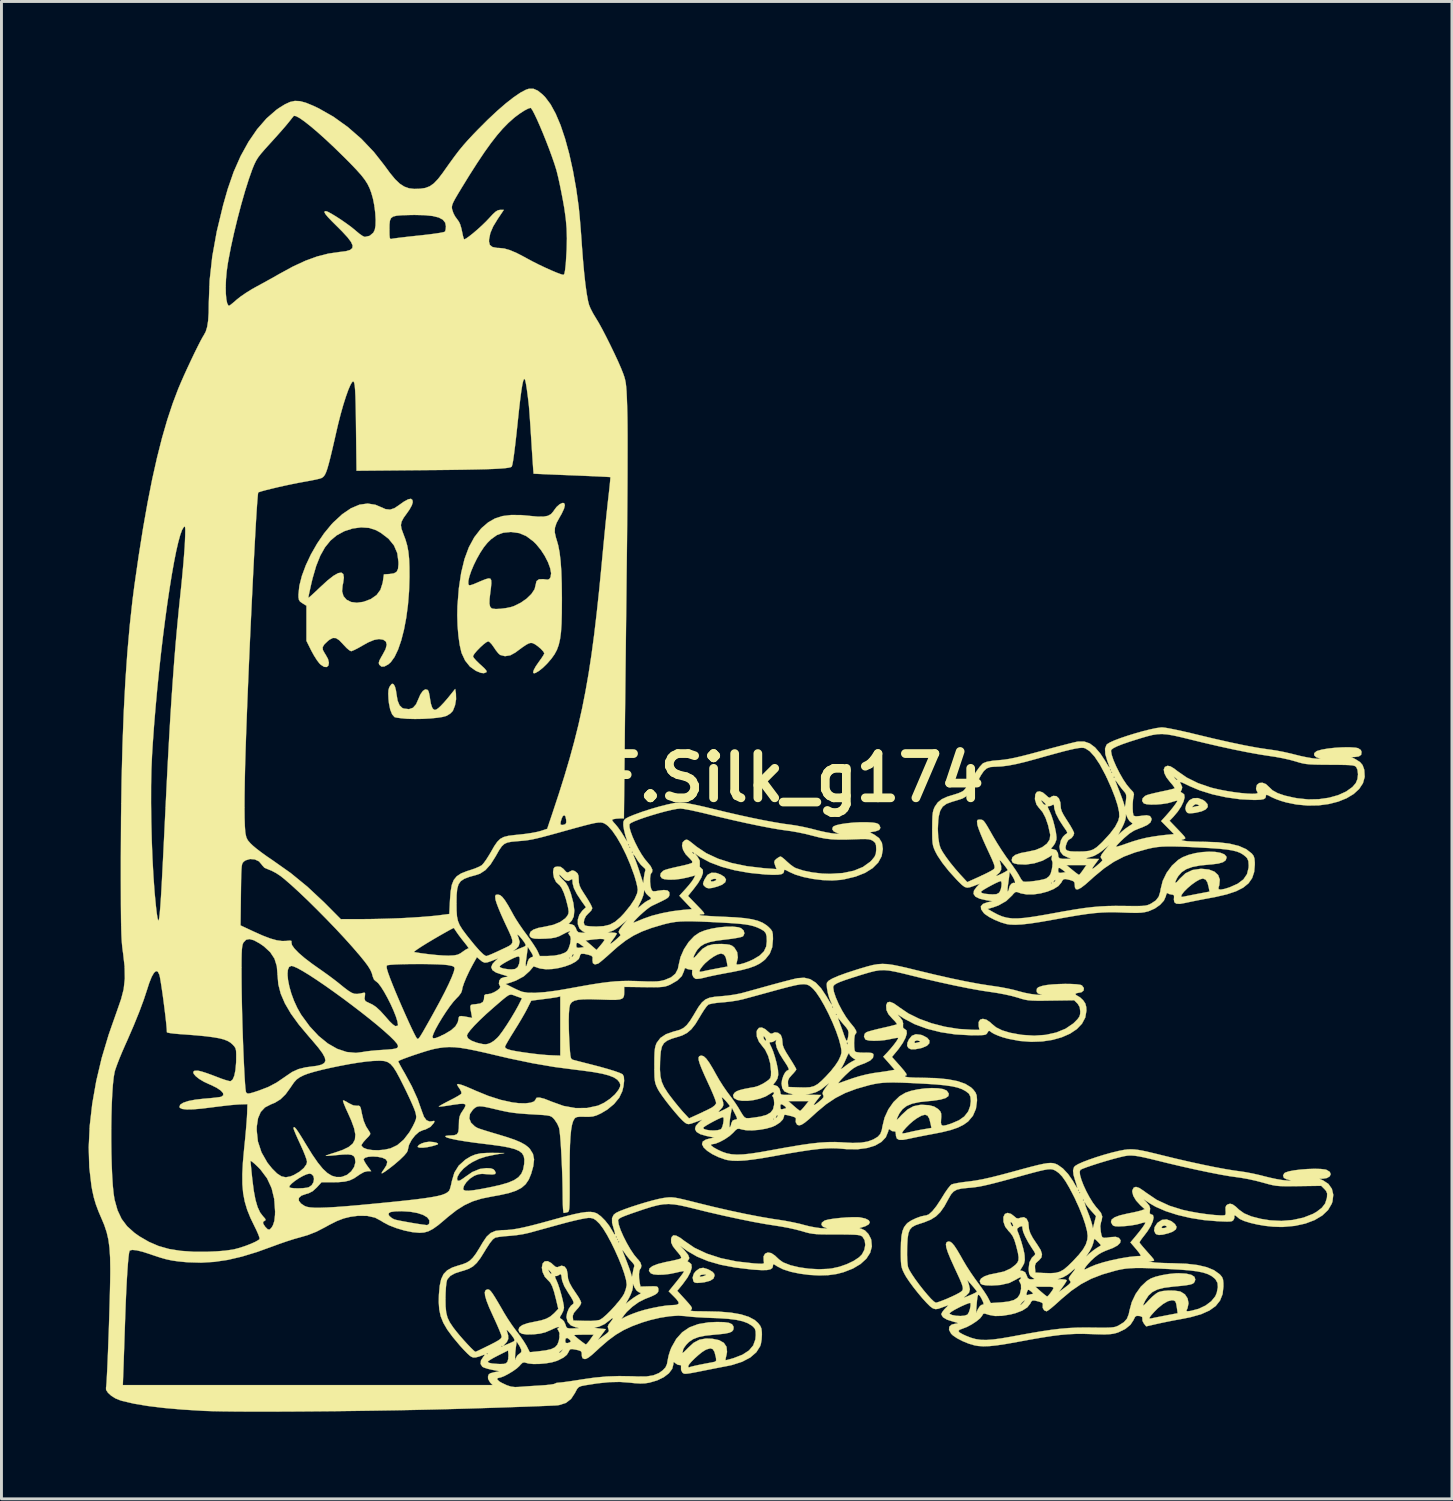
<source format=kicad_pcb>
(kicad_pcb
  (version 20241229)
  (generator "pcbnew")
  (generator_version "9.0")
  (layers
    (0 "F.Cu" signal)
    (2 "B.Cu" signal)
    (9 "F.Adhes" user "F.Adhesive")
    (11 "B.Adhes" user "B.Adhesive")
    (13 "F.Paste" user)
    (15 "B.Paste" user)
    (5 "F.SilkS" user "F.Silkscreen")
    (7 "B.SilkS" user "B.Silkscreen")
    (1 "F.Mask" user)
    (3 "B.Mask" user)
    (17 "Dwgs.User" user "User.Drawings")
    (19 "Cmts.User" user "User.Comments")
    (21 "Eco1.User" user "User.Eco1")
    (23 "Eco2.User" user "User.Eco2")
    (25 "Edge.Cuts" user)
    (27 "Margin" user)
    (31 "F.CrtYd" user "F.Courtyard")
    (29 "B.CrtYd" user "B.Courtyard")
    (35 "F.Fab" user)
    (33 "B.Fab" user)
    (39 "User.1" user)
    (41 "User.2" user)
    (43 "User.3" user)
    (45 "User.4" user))
  (footprint "F.Silk_g174"
    (layer "F.Cu")
    (at 24.246 23.736)
    (property "Reference" "F.Silk_g174" (at 0 0 0) (layer "F.SilkS") (effects (font (size 1.524 1.524) (thickness 0.3))))
    (attr through_hole)
    (fp_poly (pts (xy -12.369 12.544) (xy -12.267 12.567) (xy -12.212 12.595) (xy -12.22 12.623) (xy -12.234 12.63) (xy -12.404 12.682) (xy -12.575 12.719) (xy -12.728 12.738) (xy -12.845 12.737) (xy -12.907 12.715) (xy -12.912 12.701) (xy -12.874 12.647) (xy -12.779 12.593) (xy -12.652 12.552) (xy -12.521 12.534) (xy -12.501 12.534) (xy -12.369 12.544)) (stroke (width 0.01) (type solid)) (fill yes) (layer "F.SilkS"))
    (fp_poly (pts (xy 13.047 15.271) (xy 13.165 15.366) (xy 13.223 15.463) (xy 13.198 15.551) (xy 13.09 15.629) (xy 12.946 15.683) (xy 12.749 15.733) (xy 12.613 15.744) (xy 12.523 15.718) (xy 12.497 15.697) (xy 12.449 15.595) (xy 12.466 15.487) (xy 12.7 15.487) (xy 12.735 15.508) (xy 12.809 15.504) (xy 12.881 15.476) (xy 12.875 15.441) (xy 12.81 15.418) (xy 12.737 15.437) (xy 12.7 15.484) (xy 12.7 15.487) (xy 12.466 15.487) (xy 12.469 15.469) (xy 12.554 15.338) (xy 12.57 15.321) (xy 12.718 15.224) (xy 12.88 15.208) (xy 13.047 15.271)) (stroke (width 0.01) (type solid)) (fill yes) (layer "F.SilkS"))
    (fp_poly (pts (xy -2.634 3.275) (xy -2.478 3.331) (xy -2.344 3.418) (xy -2.293 3.51) (xy -2.323 3.6) (xy -2.432 3.683) (xy -2.595 3.746) (xy -2.769 3.792) (xy -2.886 3.806) (xy -2.967 3.787) (xy -3.024 3.743) (xy -3.071 3.693) (xy -3.085 3.649) (xy -3.066 3.581) (xy -3.049 3.54) (xy -2.824 3.54) (xy -2.803 3.57) (xy -2.732 3.567) (xy -2.652 3.538) (xy -2.625 3.506) (xy -2.656 3.479) (xy -2.726 3.482) (xy -2.795 3.508) (xy -2.824 3.54) (xy -3.049 3.54) (xy -3.03 3.495) (xy -2.934 3.345) (xy -2.801 3.271) (xy -2.634 3.275)) (stroke (width 0.01) (type solid)) (fill yes) (layer "F.SilkS"))
    (fp_poly (pts (xy 4.421 8.852) (xy 4.476 8.87) (xy 4.635 8.954) (xy 4.712 9.047) (xy 4.708 9.142) (xy 4.625 9.228) (xy 4.463 9.298) (xy 4.424 9.309) (xy 4.216 9.349) (xy 4.072 9.347) (xy 3.988 9.305) (xy 3.943 9.227) (xy 3.954 9.125) (xy 3.96 9.111) (xy 4.191 9.111) (xy 4.222 9.134) (xy 4.258 9.127) (xy 4.346 9.104) (xy 4.374 9.101) (xy 4.392 9.085) (xy 4.364 9.063) (xy 4.283 9.042) (xy 4.213 9.067) (xy 4.191 9.111) (xy 3.96 9.111) (xy 4.003 9.013) (xy 4.106 8.884) (xy 4.245 8.83) (xy 4.421 8.852)) (stroke (width 0.01) (type solid)) (fill yes) (layer "F.SilkS"))
    (fp_poly (pts (xy -2.928 16.92) (xy -2.877 16.944) (xy -2.757 17.015) (xy -2.7 17.082) (xy -2.688 17.144) (xy -2.726 17.245) (xy -2.84 17.32) (xy -3.033 17.371) (xy -3.151 17.386) (xy -3.289 17.396) (xy -3.369 17.383) (xy -3.412 17.345) (xy -3.417 17.337) (xy -3.443 17.211) (xy -3.423 17.145) (xy -3.196 17.145) (xy -3.192 17.179) (xy -3.128 17.178) (xy -3.027 17.145) (xy -2.976 17.119) (xy -2.999 17.108) (xy -3.056 17.106) (xy -3.15 17.118) (xy -3.196 17.145) (xy -3.423 17.145) (xy -3.402 17.075) (xy -3.329 16.984) (xy -3.204 16.896) (xy -3.079 16.875) (xy -2.928 16.92)) (stroke (width 0.01) (type solid)) (fill yes) (layer "F.SilkS"))
    (fp_poly (pts (xy 14.133 0.763) (xy 14.201 0.81) (xy 14.289 0.91) (xy 14.296 1.004) (xy 14.228 1.087) (xy 14.086 1.155) (xy 13.877 1.204) (xy 13.8 1.214) (xy 13.673 1.224) (xy 13.602 1.21) (xy 13.559 1.164) (xy 13.55 1.149) (xy 13.525 1.062) (xy 13.537 1.007) (xy 13.761 1.007) (xy 13.777 1.013) (xy 13.815 1.001) (xy 13.919 0.976) (xy 13.963 0.972) (xy 14.007 0.966) (xy 13.978 0.939) (xy 13.955 0.925) (xy 13.878 0.905) (xy 13.807 0.954) (xy 13.761 1.007) (xy 13.537 1.007) (xy 13.548 0.953) (xy 13.565 0.911) (xy 13.661 0.774) (xy 13.799 0.702) (xy 13.961 0.697) (xy 14.133 0.763)) (stroke (width 0.01) (type solid)) (fill yes) (layer "F.SilkS"))
    (fp_poly (pts (xy -13.731 -3.208) (xy -13.693 -3.134) (xy -13.66 -3.007) (xy -13.644 -2.896) (xy -13.604 -2.659) (xy -13.537 -2.497) (xy -13.44 -2.404) (xy -13.387 -2.384) (xy -13.211 -2.364) (xy -13.073 -2.412) (xy -12.967 -2.533) (xy -12.893 -2.7) (xy -12.818 -2.872) (xy -12.735 -2.99) (xy -12.651 -3.046) (xy -12.576 -3.031) (xy -12.545 -2.995) (xy -12.523 -2.926) (xy -12.499 -2.804) (xy -12.483 -2.694) (xy -12.456 -2.547) (xy -12.417 -2.428) (xy -12.387 -2.378) (xy -12.334 -2.338) (xy -12.28 -2.346) (xy -12.203 -2.397) (xy -12.122 -2.471) (xy -12.01 -2.589) (xy -11.888 -2.73) (xy -11.853 -2.772) (xy -11.621 -3.061) (xy -11.595 -2.901) (xy -11.59 -2.705) (xy -11.626 -2.497) (xy -11.695 -2.319) (xy -11.711 -2.293) (xy -11.793 -2.21) (xy -11.911 -2.138) (xy -11.926 -2.131) (xy -12.054 -2.096) (xy -12.247 -2.067) (xy -12.483 -2.044) (xy -12.743 -2.03) (xy -13.006 -2.026) (xy -13.252 -2.032) (xy -13.318 -2.036) (xy -13.485 -2.052) (xy -13.62 -2.07) (xy -13.701 -2.088) (xy -13.71 -2.092) (xy -13.792 -2.186) (xy -13.858 -2.35) (xy -13.902 -2.571) (xy -13.917 -2.714) (xy -13.925 -2.897) (xy -13.918 -3.02) (xy -13.894 -3.107) (xy -13.866 -3.157) (xy -13.81 -3.23) (xy -13.767 -3.237) (xy -13.731 -3.208)) (stroke (width 0.01) (type solid)) (fill yes) (layer "F.SilkS"))
    (fp_poly (pts (xy -13.094 -9.569) (xy -13.082 -9.493) (xy -13.112 -9.388) (xy -13.192 -9.242) (xy -13.274 -9.124) (xy -13.397 -8.953) (xy -13.467 -8.821) (xy -13.49 -8.703) (xy -13.47 -8.575) (xy -13.411 -8.414) (xy -13.409 -8.409) (xy -13.331 -8.2) (xy -13.273 -7.999) (xy -13.233 -7.788) (xy -13.208 -7.547) (xy -13.197 -7.259) (xy -13.195 -6.921) (xy -13.209 -6.432) (xy -13.247 -5.959) (xy -13.306 -5.513) (xy -13.384 -5.101) (xy -13.478 -4.734) (xy -13.587 -4.418) (xy -13.708 -4.164) (xy -13.839 -3.981) (xy -13.926 -3.905) (xy -14.061 -3.833) (xy -14.16 -3.83) (xy -14.234 -3.895) (xy -14.238 -3.902) (xy -14.252 -3.957) (xy -14.23 -4.039) (xy -14.164 -4.163) (xy -14.124 -4.23) (xy -14.017 -4.431) (xy -13.978 -4.583) (xy -14.005 -4.691) (xy -14.098 -4.756) (xy -14.101 -4.757) (xy -14.245 -4.779) (xy -14.414 -4.748) (xy -14.621 -4.662) (xy -14.819 -4.551) (xy -14.97 -4.465) (xy -15.101 -4.399) (xy -15.188 -4.364) (xy -15.205 -4.361) (xy -15.266 -4.391) (xy -15.36 -4.471) (xy -15.467 -4.584) (xy -15.475 -4.593) (xy -15.612 -4.737) (xy -15.725 -4.811) (xy -15.831 -4.817) (xy -15.944 -4.759) (xy -16 -4.716) (xy -16.126 -4.597) (xy -16.184 -4.5) (xy -16.177 -4.403) (xy -16.11 -4.282) (xy -16.088 -4.25) (xy -16.001 -4.094) (xy -15.97 -3.963) (xy -15.987 -3.866) (xy -16.045 -3.815) (xy -16.136 -3.822) (xy -16.251 -3.896) (xy -16.3 -3.945) (xy -16.382 -4.052) (xy -16.479 -4.205) (xy -16.573 -4.375) (xy -16.586 -4.401) (xy -16.743 -4.717) (xy -16.743 -5.927) (xy -16.88 -6.011) (xy -16.963 -6.069) (xy -17.003 -6.133) (xy -17.012 -6.198) (xy -16.679 -6.198) (xy -16.651 -6.214) (xy -16.573 -6.281) (xy -16.457 -6.387) (xy -16.313 -6.523) (xy -16.267 -6.567) (xy -16.015 -6.798) (xy -15.81 -6.958) (xy -15.652 -7.048) (xy -15.54 -7.067) (xy -15.474 -7.016) (xy -15.454 -6.894) (xy -15.48 -6.702) (xy -15.497 -6.629) (xy -15.516 -6.424) (xy -15.467 -6.256) (xy -15.36 -6.131) (xy -15.203 -6.054) (xy -15.007 -6.029) (xy -14.781 -6.06) (xy -14.535 -6.152) (xy -14.519 -6.16) (xy -14.326 -6.295) (xy -14.194 -6.476) (xy -14.118 -6.715) (xy -14.108 -6.777) (xy -14.075 -7.006) (xy -13.878 -7.019) (xy -13.73 -7.041) (xy -13.637 -7.094) (xy -13.589 -7.194) (xy -13.573 -7.355) (xy -13.574 -7.436) (xy -13.615 -7.738) (xy -13.728 -8.002) (xy -13.915 -8.233) (xy -14.179 -8.435) (xy -14.345 -8.528) (xy -14.584 -8.606) (xy -14.86 -8.625) (xy -15.152 -8.586) (xy -15.441 -8.492) (xy -15.703 -8.349) (xy -15.918 -8.168) (xy -16.105 -7.937) (xy -16.267 -7.649) (xy -16.408 -7.296) (xy -16.532 -6.869) (xy -16.577 -6.681) (xy -16.618 -6.495) (xy -16.652 -6.34) (xy -16.673 -6.235) (xy -16.679 -6.198) (xy -17.012 -6.198) (xy -17.017 -6.234) (xy -17.018 -6.312) (xy -16.987 -6.612) (xy -16.9 -6.954) (xy -16.764 -7.32) (xy -16.587 -7.696) (xy -16.375 -8.066) (xy -16.137 -8.416) (xy -15.879 -8.729) (xy -15.821 -8.791) (xy -15.51 -9.078) (xy -15.208 -9.283) (xy -14.916 -9.406) (xy -14.635 -9.445) (xy -14.365 -9.402) (xy -14.207 -9.335) (xy -14.019 -9.253) (xy -13.863 -9.236) (xy -13.714 -9.285) (xy -13.585 -9.37) (xy -13.386 -9.511) (xy -13.241 -9.59) (xy -13.145 -9.609) (xy -13.094 -9.569)) (stroke (width 0.01) (type solid)) (fill yes) (layer "F.SilkS"))
    (fp_poly (pts (xy -7.872 -9.461) (xy -7.843 -9.394) (xy -7.872 -9.27) (xy -7.956 -9.09) (xy -8.022 -8.976) (xy -8.131 -8.776) (xy -8.186 -8.611) (xy -8.192 -8.454) (xy -8.152 -8.276) (xy -8.132 -8.213) (xy -8.073 -8.008) (xy -8.026 -7.763) (xy -7.991 -7.47) (xy -7.966 -7.119) (xy -7.952 -6.703) (xy -7.946 -6.213) (xy -7.946 -6.096) (xy -7.949 -5.668) (xy -7.958 -5.313) (xy -7.977 -5.02) (xy -8.009 -4.779) (xy -8.055 -4.577) (xy -8.118 -4.405) (xy -8.201 -4.251) (xy -8.307 -4.103) (xy -8.438 -3.951) (xy -8.464 -3.923) (xy -8.602 -3.788) (xy -8.738 -3.68) (xy -8.852 -3.613) (xy -8.909 -3.598) (xy -8.937 -3.629) (xy -8.914 -3.712) (xy -8.846 -3.838) (xy -8.742 -3.988) (xy -8.65 -4.116) (xy -8.582 -4.221) (xy -8.552 -4.282) (xy -8.551 -4.285) (xy -8.583 -4.347) (xy -8.663 -4.434) (xy -8.769 -4.526) (xy -8.875 -4.601) (xy -8.958 -4.64) (xy -9.017 -4.646) (xy -9.086 -4.629) (xy -9.177 -4.581) (xy -9.303 -4.496) (xy -9.478 -4.367) (xy -9.542 -4.318) (xy -9.722 -4.219) (xy -9.905 -4.189) (xy -10.071 -4.231) (xy -10.074 -4.233) (xy -10.138 -4.29) (xy -10.222 -4.396) (xy -10.283 -4.487) (xy -10.365 -4.602) (xy -10.441 -4.679) (xy -10.484 -4.699) (xy -10.549 -4.669) (xy -10.648 -4.593) (xy -10.763 -4.488) (xy -10.873 -4.375) (xy -10.96 -4.271) (xy -11.004 -4.196) (xy -11.007 -4.183) (xy -10.976 -4.127) (xy -10.896 -4.035) (xy -10.782 -3.924) (xy -10.749 -3.895) (xy -10.618 -3.775) (xy -10.549 -3.695) (xy -10.537 -3.648) (xy -10.548 -3.635) (xy -10.632 -3.603) (xy -10.734 -3.614) (xy -10.877 -3.671) (xy -10.916 -3.69) (xy -11.113 -3.831) (xy -11.278 -4.037) (xy -11.395 -4.288) (xy -11.407 -4.324) (xy -11.465 -4.577) (xy -11.509 -4.889) (xy -11.538 -5.237) (xy -11.549 -5.595) (xy -11.543 -5.911) (xy -11.494 -6.526) (xy -11.457 -6.777) (xy -11.168 -6.777) (xy -11.167 -6.67) (xy -11.142 -6.631) (xy -11.087 -6.635) (xy -10.985 -6.668) (xy -10.92 -6.696) (xy -10.766 -6.762) (xy -10.612 -6.825) (xy -10.571 -6.84) (xy -10.475 -6.867) (xy -10.413 -6.861) (xy -10.381 -6.809) (xy -10.375 -6.703) (xy -10.391 -6.53) (xy -10.41 -6.387) (xy -10.437 -6.158) (xy -10.441 -5.999) (xy -10.419 -5.897) (xy -10.372 -5.841) (xy -10.338 -5.826) (xy -10.221 -5.813) (xy -10.055 -5.821) (xy -9.869 -5.845) (xy -9.695 -5.882) (xy -9.602 -5.912) (xy -9.365 -6.028) (xy -9.158 -6.172) (xy -8.994 -6.333) (xy -8.886 -6.496) (xy -8.848 -6.651) (xy -8.82 -6.773) (xy -8.735 -6.836) (xy -8.589 -6.842) (xy -8.554 -6.837) (xy -8.441 -6.824) (xy -8.38 -6.843) (xy -8.34 -6.904) (xy -8.335 -6.914) (xy -8.316 -7.045) (xy -8.349 -7.22) (xy -8.424 -7.425) (xy -8.535 -7.641) (xy -8.674 -7.854) (xy -8.832 -8.047) (xy -8.93 -8.143) (xy -9.169 -8.322) (xy -9.411 -8.426) (xy -9.678 -8.464) (xy -9.716 -8.465) (xy -9.966 -8.44) (xy -10.182 -8.361) (xy -10.385 -8.216) (xy -10.512 -8.091) (xy -10.635 -7.939) (xy -10.758 -7.752) (xy -10.875 -7.544) (xy -10.981 -7.329) (xy -11.069 -7.12) (xy -11.133 -6.931) (xy -11.168 -6.777) (xy -11.457 -6.777) (xy -11.413 -7.066) (xy -11.299 -7.536) (xy -11.149 -7.94) (xy -10.963 -8.283) (xy -10.74 -8.57) (xy -10.693 -8.618) (xy -10.48 -8.8) (xy -10.25 -8.931) (xy -9.991 -9.014) (xy -9.69 -9.051) (xy -9.335 -9.047) (xy -9.04 -9.019) (xy -8.773 -8.994) (xy -8.573 -8.995) (xy -8.426 -9.023) (xy -8.319 -9.083) (xy -8.237 -9.178) (xy -8.219 -9.207) (xy -8.129 -9.327) (xy -8.026 -9.418) (xy -7.931 -9.465) (xy -7.872 -9.461)) (stroke (width 0.01) (type solid)) (fill yes) (layer "F.SilkS"))
    (fp_poly (pts (xy 11.765 12.798) (xy 11.895 12.813) (xy 12.056 12.842) (xy 12.263 12.887) (xy 12.529 12.951) (xy 12.679 12.988) (xy 13.178 13.11) (xy 13.663 13.222) (xy 14.123 13.322) (xy 14.543 13.408) (xy 14.914 13.477) (xy 15.222 13.527) (xy 15.37 13.547) (xy 15.594 13.58) (xy 15.856 13.63) (xy 16.112 13.688) (xy 16.214 13.715) (xy 16.432 13.769) (xy 16.654 13.817) (xy 16.848 13.85) (xy 16.933 13.86) (xy 17.085 13.871) (xy 17.154 13.871) (xy 17.139 13.858) (xy 17.043 13.833) (xy 17.007 13.825) (xy 16.917 13.775) (xy 16.89 13.697) (xy 16.93 13.619) (xy 16.965 13.595) (xy 17.088 13.553) (xy 17.273 13.518) (xy 17.497 13.49) (xy 17.738 13.472) (xy 17.974 13.465) (xy 18.182 13.47) (xy 18.341 13.489) (xy 18.392 13.504) (xy 18.498 13.57) (xy 18.53 13.649) (xy 18.496 13.725) (xy 18.401 13.782) (xy 18.269 13.804) (xy 18.14 13.808) (xy 18.267 13.864) (xy 18.452 13.986) (xy 18.571 14.155) (xy 18.619 14.359) (xy 18.592 14.588) (xy 18.566 14.667) (xy 18.439 14.884) (xy 18.24 15.073) (xy 17.977 15.23) (xy 17.659 15.35) (xy 17.295 15.43) (xy 16.893 15.466) (xy 16.806 15.467) (xy 16.544 15.458) (xy 16.272 15.429) (xy 16.006 15.384) (xy 15.761 15.327) (xy 15.552 15.262) (xy 15.396 15.192) (xy 15.309 15.121) (xy 15.306 15.117) (xy 15.247 15.073) (xy 15.23 15.071) (xy 15.204 15.088) (xy 15.21 15.097) (xy 15.214 15.151) (xy 15.191 15.209) (xy 15.167 15.245) (xy 15.13 15.268) (xy 15.064 15.28) (xy 14.955 15.283) (xy 14.786 15.277) (xy 14.632 15.27) (xy 14.157 15.23) (xy 13.69 15.155) (xy 13.248 15.051) (xy 12.847 14.922) (xy 12.503 14.772) (xy 12.316 14.664) (xy 12.086 14.513) (xy 12.208 14.641) (xy 12.288 14.742) (xy 12.312 14.832) (xy 12.305 14.899) (xy 12.297 14.994) (xy 12.328 15.028) (xy 12.338 15.028) (xy 12.41 15.059) (xy 12.431 15.144) (xy 12.404 15.271) (xy 12.334 15.431) (xy 12.224 15.61) (xy 12.107 15.765) (xy 12.02 15.877) (xy 11.962 15.965) (xy 11.947 16.007) (xy 11.979 16.051) (xy 12.055 16.143) (xy 12.161 16.265) (xy 12.226 16.339) (xy 12.349 16.477) (xy 12.422 16.565) (xy 12.449 16.613) (xy 12.437 16.635) (xy 12.392 16.641) (xy 12.375 16.642) (xy 12.255 16.647) (xy 12.383 16.679) (xy 12.471 16.692) (xy 12.625 16.703) (xy 12.823 16.711) (xy 13.045 16.716) (xy 13.093 16.717) (xy 13.557 16.734) (xy 13.944 16.779) (xy 14.261 16.853) (xy 14.51 16.956) (xy 14.698 17.09) (xy 14.732 17.123) (xy 14.791 17.198) (xy 14.823 17.282) (xy 14.835 17.402) (xy 14.836 17.519) (xy 14.807 17.78) (xy 14.719 18.002) (xy 14.57 18.19) (xy 14.353 18.345) (xy 14.066 18.473) (xy 13.703 18.575) (xy 13.441 18.628) (xy 13.194 18.673) (xy 12.932 18.724) (xy 12.691 18.774) (xy 12.554 18.804) (xy 12.176 18.891) (xy 12.098 18.795) (xy 12.049 18.702) (xy 12.044 18.626) (xy 12.044 18.62) (xy 12.291 18.62) (xy 12.342 18.619) (xy 12.372 18.613) (xy 12.455 18.595) (xy 12.596 18.566) (xy 12.772 18.532) (xy 12.863 18.514) (xy 13.259 18.439) (xy 13.234 18.254) (xy 13.21 18.11) (xy 13.178 18.03) (xy 13.126 17.998) (xy 13.056 17.992) (xy 12.92 18.026) (xy 12.755 18.121) (xy 12.574 18.269) (xy 12.457 18.387) (xy 12.345 18.512) (xy 12.291 18.587) (xy 12.291 18.62) (xy 12.044 18.62) (xy 12.041 18.57) (xy 11.976 18.54) (xy 11.936 18.533) (xy 11.848 18.529) (xy 11.794 18.564) (xy 11.747 18.657) (xy 11.741 18.672) (xy 11.633 18.836) (xy 11.455 18.981) (xy 11.221 19.095) (xy 11.148 19.119) (xy 11.048 19.144) (xy 10.929 19.16) (xy 10.775 19.167) (xy 10.57 19.166) (xy 10.299 19.157) (xy 10.266 19.156) (xy 10.001 19.148) (xy 9.749 19.15) (xy 9.496 19.162) (xy 9.228 19.185) (xy 8.933 19.222) (xy 8.596 19.274) (xy 8.205 19.341) (xy 7.744 19.426) (xy 7.731 19.429) (xy 7.348 19.497) (xy 7.035 19.544) (xy 6.779 19.571) (xy 6.567 19.578) (xy 6.388 19.566) (xy 6.263 19.544) (xy 6.062 19.485) (xy 5.855 19.4) (xy 5.666 19.302) (xy 5.519 19.202) (xy 5.457 19.141) (xy 5.409 19.051) (xy 5.711 19.051) (xy 5.749 19.102) (xy 5.864 19.167) (xy 5.978 19.219) (xy 6.147 19.285) (xy 6.31 19.33) (xy 6.481 19.355) (xy 6.674 19.359) (xy 6.901 19.343) (xy 7.178 19.306) (xy 7.517 19.248) (xy 7.688 19.216) (xy 8.155 19.131) (xy 8.554 19.063) (xy 8.901 19.011) (xy 9.212 18.974) (xy 9.502 18.949) (xy 9.785 18.935) (xy 10.078 18.931) (xy 10.298 18.933) (xy 10.575 18.936) (xy 10.781 18.936) (xy 10.931 18.932) (xy 11.039 18.922) (xy 11.119 18.906) (xy 11.185 18.881) (xy 11.239 18.853) (xy 11.408 18.747) (xy 11.513 18.629) (xy 11.575 18.472) (xy 11.6 18.349) (xy 11.68 18.055) (xy 11.814 17.774) (xy 11.991 17.525) (xy 12.197 17.329) (xy 12.331 17.245) (xy 12.49 17.184) (xy 12.705 17.13) (xy 12.947 17.088) (xy 13.187 17.064) (xy 13.297 17.061) (xy 13.55 17.075) (xy 13.731 17.117) (xy 13.838 17.185) (xy 13.868 17.279) (xy 13.842 17.358) (xy 13.812 17.398) (xy 13.762 17.429) (xy 13.678 17.454) (xy 13.549 17.476) (xy 13.361 17.498) (xy 13.101 17.522) (xy 13.097 17.523) (xy 12.797 17.561) (xy 12.567 17.62) (xy 12.391 17.707) (xy 12.255 17.831) (xy 12.146 17.997) (xy 12.134 18.021) (xy 12.083 18.129) (xy 12.073 18.174) (xy 12.107 18.155) (xy 12.19 18.073) (xy 12.265 17.99) (xy 12.387 17.868) (xy 12.511 17.766) (xy 12.602 17.71) (xy 12.752 17.673) (xy 12.946 17.656) (xy 13.15 17.66) (xy 13.325 17.686) (xy 13.368 17.699) (xy 13.51 17.789) (xy 13.602 17.929) (xy 13.634 18.096) (xy 13.599 18.267) (xy 13.584 18.297) (xy 13.561 18.351) (xy 13.579 18.371) (xy 13.655 18.366) (xy 13.72 18.356) (xy 13.984 18.286) (xy 14.222 18.173) (xy 14.417 18.026) (xy 14.554 17.858) (xy 14.605 17.74) (xy 14.644 17.542) (xy 14.632 17.395) (xy 14.566 17.276) (xy 14.526 17.235) (xy 14.422 17.154) (xy 14.293 17.089) (xy 14.13 17.036) (xy 13.921 16.995) (xy 13.656 16.962) (xy 13.324 16.936) (xy 13.039 16.92) (xy 12.637 16.901) (xy 12.308 16.888) (xy 12.04 16.881) (xy 11.821 16.881) (xy 11.64 16.888) (xy 11.483 16.901) (xy 11.341 16.923) (xy 11.2 16.952) (xy 11.113 16.974) (xy 10.668 17.102) (xy 10.283 17.251) (xy 9.934 17.435) (xy 9.598 17.665) (xy 9.252 17.955) (xy 9.167 18.033) (xy 9.018 18.166) (xy 8.889 18.275) (xy 8.792 18.347) (xy 8.744 18.373) (xy 8.662 18.337) (xy 8.612 18.252) (xy 8.613 18.166) (xy 8.617 18.106) (xy 8.569 18.067) (xy 8.479 18.037) (xy 8.345 18.003) (xy 8.266 18) (xy 8.22 18.035) (xy 8.181 18.111) (xy 8.082 18.236) (xy 7.91 18.347) (xy 7.673 18.437) (xy 7.505 18.48) (xy 7.211 18.528) (xy 6.971 18.534) (xy 6.768 18.497) (xy 6.724 18.483) (xy 6.622 18.451) (xy 6.568 18.457) (xy 6.533 18.508) (xy 6.525 18.526) (xy 6.455 18.614) (xy 6.329 18.717) (xy 6.171 18.821) (xy 6.003 18.911) (xy 5.853 18.969) (xy 5.747 19.009) (xy 5.711 19.051) (xy 5.409 19.051) (xy 5.387 19.01) (xy 5.396 18.904) (xy 5.479 18.829) (xy 5.633 18.793) (xy 5.659 18.791) (xy 5.697 18.782) (xy 5.652 18.76) (xy 5.525 18.726) (xy 5.314 18.658) (xy 5.179 18.577) (xy 5.123 18.485) (xy 5.122 18.469) (xy 5.128 18.456) (xy 5.402 18.456) (xy 5.491 18.5) (xy 5.627 18.526) (xy 5.781 18.534) (xy 5.921 18.522) (xy 6.015 18.488) (xy 6.024 18.481) (xy 6.051 18.436) (xy 6.315 18.436) (xy 6.387 18.288) (xy 6.453 18.189) (xy 6.496 18.161) (xy 7.84 18.161) (xy 7.881 18.133) (xy 7.938 18.076) (xy 7.986 18.015) (xy 7.993 17.992) (xy 7.952 18.019) (xy 7.895 18.076) (xy 7.846 18.138) (xy 7.84 18.161) (xy 6.496 18.161) (xy 6.519 18.145) (xy 6.529 18.145) (xy 6.574 18.135) (xy 6.57 18.079) (xy 6.558 18.046) (xy 6.502 17.927) (xy 6.457 17.853) (xy 6.417 17.807) (xy 6.388 17.807) (xy 6.368 17.865) (xy 6.351 17.988) (xy 6.336 18.161) (xy 6.315 18.436) (xy 6.051 18.436) (xy 6.069 18.406) (xy 6.106 18.295) (xy 6.128 18.182) (xy 6.127 18.1) (xy 6.118 18.085) (xy 6.072 18.091) (xy 5.968 18.13) (xy 5.825 18.193) (xy 5.729 18.24) (xy 5.573 18.322) (xy 5.46 18.392) (xy 5.404 18.441) (xy 5.402 18.456) (xy 5.128 18.456) (xy 5.15 18.403) (xy 5.22 18.312) (xy 5.246 18.285) (xy 5.321 18.208) (xy 5.36 18.165) (xy 5.362 18.161) (xy 5.322 18.175) (xy 5.227 18.21) (xy 5.144 18.241) (xy 5.013 18.286) (xy 4.927 18.298) (xy 4.853 18.279) (xy 4.815 18.261) (xy 4.729 18.196) (xy 4.609 18.076) (xy 4.465 17.917) (xy 4.311 17.733) (xy 4.159 17.541) (xy 4.022 17.354) (xy 3.911 17.189) (xy 3.852 17.085) (xy 3.799 16.976) (xy 3.763 16.881) (xy 3.741 16.781) (xy 3.73 16.653) (xy 3.726 16.478) (xy 3.726 16.428) (xy 3.942 16.428) (xy 3.949 16.639) (xy 3.964 16.797) (xy 3.977 16.858) (xy 4.024 16.962) (xy 4.111 17.104) (xy 4.226 17.273) (xy 4.36 17.455) (xy 4.501 17.635) (xy 4.64 17.801) (xy 4.764 17.939) (xy 4.865 18.035) (xy 4.93 18.076) (xy 4.935 18.076) (xy 4.995 18.061) (xy 5.111 18.021) (xy 5.258 17.963) (xy 5.291 17.95) (xy 5.407 17.899) (xy 5.901 17.899) (xy 5.951 17.884) (xy 6.064 17.838) (xy 6.15 17.801) (xy 6.263 17.749) (xy 6.335 17.709) (xy 6.349 17.695) (xy 6.322 17.655) (xy 6.256 17.571) (xy 6.182 17.484) (xy 6.016 17.293) (xy 6.073 17.462) (xy 6.105 17.615) (xy 6.075 17.73) (xy 5.973 17.835) (xy 5.958 17.846) (xy 5.907 17.886) (xy 5.901 17.899) (xy 5.407 17.899) (xy 5.462 17.875) (xy 5.622 17.799) (xy 5.739 17.736) (xy 5.745 17.733) (xy 5.805 17.693) (xy 5.845 17.654) (xy 5.863 17.604) (xy 5.857 17.531) (xy 5.823 17.424) (xy 5.761 17.273) (xy 5.666 17.066) (xy 5.56 16.837) (xy 5.431 16.551) (xy 5.342 16.332) (xy 5.292 16.171) (xy 5.279 16.062) (xy 5.301 15.997) (xy 5.357 15.969) (xy 5.362 15.968) (xy 5.422 15.975) (xy 5.487 16.019) (xy 5.565 16.109) (xy 5.661 16.254) (xy 5.783 16.461) (xy 5.866 16.609) (xy 5.987 16.813) (xy 6.137 17.045) (xy 6.291 17.267) (xy 6.357 17.357) (xy 6.484 17.53) (xy 6.602 17.699) (xy 6.693 17.84) (xy 6.732 17.91) (xy 6.823 18.088) (xy 7.171 18.066) (xy 7.432 18.037) (xy 7.619 17.985) (xy 7.746 17.905) (xy 7.82 17.793) (xy 7.825 17.779) (xy 8.05 17.779) (xy 8.065 17.815) (xy 8.11 17.806) (xy 8.214 17.781) (xy 8.248 17.779) (xy 8.284 17.767) (xy 8.255 17.727) (xy 8.214 17.691) (xy 8.141 17.635) (xy 8.105 17.633) (xy 8.08 17.681) (xy 8.05 17.779) (xy 7.825 17.779) (xy 7.827 17.775) (xy 7.868 17.6) (xy 7.866 17.526) (xy 8.361 17.526) (xy 8.551 17.694) (xy 8.656 17.783) (xy 8.735 17.844) (xy 8.766 17.863) (xy 8.804 17.833) (xy 8.866 17.759) (xy 8.874 17.748) (xy 8.953 17.638) (xy 8.984 17.572) (xy 8.959 17.539) (xy 8.868 17.527) (xy 8.702 17.526) (xy 8.691 17.526) (xy 8.361 17.526) (xy 7.866 17.526) (xy 7.865 17.454) (xy 7.821 17.363) (xy 7.792 17.311) (xy 7.831 17.273) (xy 7.87 17.227) (xy 7.865 17.206) (xy 7.816 17.21) (xy 7.73 17.255) (xy 7.704 17.272) (xy 7.461 17.396) (xy 7.153 17.466) (xy 6.856 17.484) (xy 6.666 17.478) (xy 6.545 17.459) (xy 6.481 17.425) (xy 6.477 17.421) (xy 6.443 17.331) (xy 6.488 17.245) (xy 6.604 17.169) (xy 6.785 17.106) (xy 6.998 17.064) (xy 7.284 17.001) (xy 7.512 16.896) (xy 7.673 16.772) (xy 7.739 16.698) (xy 7.776 16.617) (xy 7.782 16.511) (xy 7.76 16.363) (xy 7.709 16.156) (xy 7.698 16.113) (xy 7.639 15.919) (xy 7.577 15.781) (xy 7.5 15.673) (xy 7.449 15.619) (xy 7.416 15.579) (xy 7.733 15.579) (xy 7.805 15.763) (xy 7.876 15.978) (xy 7.937 16.194) (xy 7.979 16.379) (xy 7.989 16.452) (xy 7.996 16.608) (xy 7.971 16.724) (xy 7.92 16.821) (xy 7.829 16.969) (xy 7.924 16.983) (xy 8.01 17.031) (xy 8.059 17.134) (xy 8.098 17.23) (xy 8.162 17.267) (xy 8.229 17.271) (xy 8.281 17.268) (xy 9.123 17.268) (xy 9.282 17.27) (xy 9.384 17.279) (xy 9.438 17.3) (xy 9.44 17.306) (xy 9.417 17.357) (xy 9.357 17.45) (xy 9.304 17.526) (xy 9.167 17.711) (xy 9.388 17.547) (xy 9.505 17.456) (xy 9.563 17.397) (xy 9.572 17.354) (xy 9.545 17.313) (xy 9.512 17.263) (xy 9.52 17.209) (xy 9.574 17.127) (xy 9.609 17.082) (xy 9.698 16.965) (xy 9.731 16.907) (xy 9.708 16.911) (xy 9.631 16.978) (xy 9.594 17.013) (xy 9.466 17.114) (xy 9.323 17.195) (xy 9.287 17.21) (xy 9.123 17.268) (xy 8.281 17.268) (xy 8.314 17.267) (xy 8.323 17.251) (xy 8.276 17.221) (xy 8.189 17.159) (xy 8.145 17.078) (xy 8.13 16.952) (xy 8.129 16.899) (xy 8.155 16.687) (xy 8.238 16.529) (xy 8.302 16.468) (xy 8.345 16.427) (xy 8.352 16.384) (xy 8.319 16.315) (xy 8.252 16.214) (xy 8.116 15.998) (xy 8.01 15.799) (xy 7.94 15.634) (xy 7.916 15.521) (xy 7.909 15.45) (xy 7.869 15.442) (xy 7.81 15.466) (xy 7.734 15.525) (xy 7.733 15.579) (xy 7.416 15.579) (xy 7.321 15.459) (xy 7.282 15.346) (xy 7.506 15.346) (xy 7.537 15.414) (xy 7.581 15.451) (xy 7.584 15.452) (xy 7.597 15.421) (xy 7.576 15.363) (xy 7.533 15.303) (xy 7.51 15.294) (xy 7.506 15.346) (xy 7.282 15.346) (xy 7.261 15.288) (xy 7.261 15.287) (xy 7.259 15.124) (xy 7.311 15.02) (xy 7.403 14.983) (xy 7.524 15.019) (xy 7.622 15.094) (xy 7.705 15.163) (xy 7.772 15.176) (xy 7.846 15.151) (xy 7.966 15.131) (xy 8.059 15.186) (xy 8.116 15.304) (xy 8.128 15.418) (xy 8.141 15.549) (xy 8.186 15.685) (xy 8.27 15.844) (xy 8.403 16.044) (xy 8.43 16.083) (xy 8.543 16.264) (xy 8.588 16.406) (xy 8.567 16.52) (xy 8.482 16.619) (xy 8.464 16.632) (xy 8.377 16.712) (xy 8.346 16.799) (xy 8.348 16.883) (xy 8.361 17.039) (xy 8.636 17.053) (xy 8.878 17.06) (xy 9.061 17.048) (xy 9.208 17.007) (xy 9.344 16.929) (xy 9.491 16.804) (xy 9.638 16.66) (xy 9.797 16.489) (xy 10.106 16.489) (xy 10.228 16.378) (xy 10.348 16.28) (xy 10.472 16.193) (xy 10.477 16.19) (xy 10.566 16.136) (xy 10.615 16.105) (xy 10.618 16.104) (xy 10.6 16.074) (xy 10.544 16.011) (xy 10.475 15.94) (xy 10.417 15.888) (xy 10.396 15.875) (xy 10.379 15.912) (xy 10.357 16.001) (xy 10.355 16.012) (xy 10.314 16.133) (xy 10.245 16.273) (xy 10.217 16.319) (xy 10.106 16.489) (xy 9.797 16.489) (xy 9.851 16.432) (xy 10.002 16.239) (xy 10.098 16.069) (xy 10.148 15.908) (xy 10.16 15.774) (xy 10.139 15.607) (xy 10.081 15.381) (xy 9.99 15.112) (xy 9.871 14.815) (xy 9.778 14.611) (xy 10.055 14.611) (xy 10.061 14.657) (xy 10.093 14.76) (xy 10.145 14.899) (xy 10.156 14.927) (xy 10.221 15.095) (xy 10.275 15.253) (xy 10.308 15.367) (xy 10.309 15.369) (xy 10.341 15.515) (xy 10.394 15.305) (xy 10.448 15.095) (xy 10.262 14.888) (xy 10.166 14.775) (xy 10.099 14.684) (xy 10.075 14.636) (xy 10.062 14.607) (xy 10.055 14.611) (xy 9.778 14.611) (xy 9.747 14.541) (xy 9.991 14.541) (xy 10.012 14.563) (xy 10.033 14.541) (xy 10.012 14.52) (xy 9.991 14.541) (xy 9.747 14.541) (xy 9.73 14.504) (xy 9.69 14.423) (xy 9.62 14.287) (xy 9.864 14.287) (xy 9.885 14.309) (xy 9.906 14.287) (xy 9.885 14.266) (xy 9.864 14.287) (xy 9.62 14.287) (xy 9.576 14.203) (xy 9.821 14.203) (xy 9.842 14.224) (xy 9.864 14.203) (xy 9.842 14.182) (xy 9.821 14.203) (xy 9.576 14.203) (xy 9.536 14.127) (xy 9.403 13.9) (xy 9.284 13.732) (xy 9.17 13.613) (xy 9.081 13.547) (xy 9.017 13.511) (xy 8.954 13.487) (xy 8.88 13.478) (xy 8.782 13.484) (xy 8.651 13.507) (xy 8.473 13.548) (xy 8.239 13.609) (xy 7.935 13.692) (xy 7.901 13.702) (xy 7.51 13.809) (xy 7.19 13.895) (xy 6.93 13.963) (xy 6.717 14.015) (xy 6.542 14.054) (xy 6.394 14.082) (xy 6.26 14.101) (xy 6.131 14.115) (xy 6.044 14.122) (xy 5.82 14.145) (xy 5.66 14.182) (xy 5.545 14.246) (xy 5.455 14.346) (xy 5.369 14.495) (xy 5.367 14.499) (xy 5.224 14.76) (xy 5.086 14.956) (xy 4.937 15.102) (xy 4.759 15.214) (xy 4.532 15.307) (xy 4.385 15.354) (xy 4.227 15.409) (xy 4.113 15.474) (xy 4.036 15.562) (xy 3.987 15.687) (xy 3.96 15.865) (xy 3.946 16.109) (xy 3.944 16.184) (xy 3.942 16.428) (xy 3.726 16.428) (xy 3.725 16.307) (xy 3.731 16.009) (xy 3.749 15.78) (xy 3.784 15.607) (xy 3.839 15.475) (xy 3.918 15.37) (xy 3.965 15.324) (xy 4.085 15.245) (xy 4.248 15.167) (xy 4.419 15.105) (xy 4.565 15.073) (xy 4.598 15.071) (xy 4.692 15.033) (xy 4.813 14.923) (xy 4.952 14.75) (xy 5.104 14.52) (xy 5.144 14.455) (xy 5.249 14.286) (xy 5.349 14.143) (xy 5.431 14.042) (xy 5.472 14.005) (xy 5.551 13.981) (xy 5.694 13.952) (xy 5.878 13.924) (xy 6.054 13.903) (xy 6.283 13.872) (xy 6.543 13.825) (xy 6.846 13.757) (xy 7.206 13.666) (xy 7.552 13.573) (xy 7.921 13.472) (xy 8.218 13.393) (xy 8.453 13.334) (xy 8.637 13.294) (xy 8.778 13.271) (xy 8.887 13.264) (xy 8.974 13.271) (xy 9.048 13.291) (xy 9.12 13.323) (xy 9.133 13.329) (xy 9.308 13.454) (xy 9.486 13.644) (xy 9.652 13.883) (xy 9.695 13.959) (xy 9.754 14.061) (xy 9.795 14.12) (xy 9.805 14.128) (xy 9.798 14.086) (xy 9.769 13.987) (xy 9.735 13.885) (xy 9.673 13.672) (xy 9.662 13.563) (xy 9.886 13.563) (xy 9.899 13.684) (xy 9.946 13.846) (xy 10.02 14.037) (xy 10.114 14.24) (xy 10.222 14.442) (xy 10.337 14.629) (xy 10.453 14.785) (xy 10.502 14.839) (xy 10.618 14.981) (xy 10.663 15.107) (xy 10.644 15.239) (xy 10.622 15.296) (xy 10.596 15.437) (xy 10.612 15.626) (xy 10.634 15.746) (xy 10.661 15.815) (xy 10.715 15.842) (xy 10.815 15.838) (xy 10.97 15.816) (xy 11.128 15.808) (xy 11.233 15.844) (xy 11.239 15.848) (xy 11.297 15.928) (xy 11.278 16.016) (xy 11.187 16.106) (xy 11.029 16.191) (xy 10.978 16.211) (xy 10.783 16.285) (xy 10.642 16.349) (xy 10.528 16.417) (xy 10.414 16.505) (xy 10.371 16.542) (xy 10.271 16.635) (xy 10.175 16.739) (xy 10.097 16.834) (xy 10.052 16.905) (xy 10.052 16.933) (xy 10.053 16.933) (xy 10.103 16.916) (xy 10.199 16.871) (xy 10.243 16.849) (xy 10.438 16.768) (xy 10.694 16.687) (xy 10.987 16.612) (xy 11.295 16.548) (xy 11.594 16.499) (xy 11.859 16.472) (xy 11.984 16.468) (xy 11.983 16.439) (xy 11.935 16.362) (xy 11.85 16.254) (xy 11.833 16.234) (xy 11.633 16) (xy 11.796 15.806) (xy 11.939 15.631) (xy 12.052 15.483) (xy 12.125 15.374) (xy 12.15 15.317) (xy 12.114 15.311) (xy 12.025 15.332) (xy 11.97 15.35) (xy 11.84 15.384) (xy 11.661 15.414) (xy 11.467 15.436) (xy 11.429 15.439) (xy 11.245 15.448) (xy 11.127 15.446) (xy 11.056 15.429) (xy 11.013 15.396) (xy 11.013 15.396) (xy 10.963 15.299) (xy 10.986 15.214) (xy 11.085 15.138) (xy 11.262 15.071) (xy 11.521 15.009) (xy 11.566 15) (xy 11.742 14.965) (xy 11.897 14.929) (xy 12.004 14.9) (xy 12.019 14.895) (xy 12.125 14.854) (xy 11.972 14.715) (xy 11.827 14.556) (xy 11.732 14.396) (xy 11.696 14.255) (xy 11.701 14.203) (xy 11.747 14.113) (xy 11.825 14.087) (xy 11.941 14.126) (xy 12.101 14.232) (xy 12.159 14.277) (xy 12.539 14.534) (xy 12.977 14.737) (xy 13.424 14.877) (xy 13.674 14.932) (xy 13.959 14.984) (xy 14.251 15.026) (xy 14.523 15.056) (xy 14.747 15.07) (xy 14.784 15.071) (xy 14.874 15.066) (xy 14.911 15.035) (xy 14.913 14.953) (xy 14.909 14.905) (xy 14.908 14.788) (xy 14.94 14.721) (xy 14.982 14.692) (xy 15.064 14.667) (xy 15.152 14.69) (xy 15.261 14.768) (xy 15.374 14.874) (xy 15.55 15) (xy 15.803 15.106) (xy 16.127 15.189) (xy 16.439 15.239) (xy 16.833 15.26) (xy 17.225 15.227) (xy 17.593 15.146) (xy 17.916 15.019) (xy 18.042 14.948) (xy 18.224 14.809) (xy 18.338 14.661) (xy 18.396 14.482) (xy 18.403 14.44) (xy 18.408 14.316) (xy 18.372 14.227) (xy 18.315 14.162) (xy 18.204 14.051) (xy 17.431 14.062) (xy 17.155 14.065) (xy 16.945 14.065) (xy 16.782 14.06) (xy 16.647 14.048) (xy 16.523 14.026) (xy 16.39 13.994) (xy 16.229 13.949) (xy 16.192 13.939) (xy 15.952 13.876) (xy 15.688 13.818) (xy 15.442 13.774) (xy 15.328 13.758) (xy 15.062 13.721) (xy 14.726 13.663) (xy 14.333 13.586) (xy 13.895 13.494) (xy 13.424 13.389) (xy 12.932 13.273) (xy 12.636 13.2) (xy 12.335 13.126) (xy 12.102 13.072) (xy 11.921 13.036) (xy 11.78 13.015) (xy 11.665 13.007) (xy 11.56 13.009) (xy 11.527 13.012) (xy 11.414 13.031) (xy 11.242 13.072) (xy 11.031 13.128) (xy 10.797 13.195) (xy 10.558 13.267) (xy 10.332 13.34) (xy 10.137 13.406) (xy 9.989 13.462) (xy 9.911 13.5) (xy 9.886 13.563) (xy 9.662 13.563) (xy 9.658 13.519) (xy 9.689 13.412) (xy 9.726 13.369) (xy 9.827 13.307) (xy 9.993 13.232) (xy 10.208 13.15) (xy 10.455 13.065) (xy 10.716 12.984) (xy 10.976 12.911) (xy 11.216 12.852) (xy 11.421 12.812) (xy 11.536 12.798) (xy 11.65 12.793) (xy 11.765 12.798)) (stroke (width 0.01) (type solid)) (fill yes) (layer "F.SilkS"))
    (fp_poly (pts (xy 12.823 -1.726) (xy 12.984 -1.698) (xy 13.199 -1.655) (xy 13.451 -1.6) (xy 13.727 -1.536) (xy 13.854 -1.505) (xy 14.5 -1.35) (xy 15.075 -1.22) (xy 15.578 -1.115) (xy 16.004 -1.036) (xy 16.353 -0.983) (xy 16.43 -0.973) (xy 16.652 -0.94) (xy 16.912 -0.89) (xy 17.169 -0.832) (xy 17.278 -0.804) (xy 17.496 -0.75) (xy 17.717 -0.704) (xy 17.909 -0.672) (xy 17.998 -0.663) (xy 18.117 -0.657) (xy 18.176 -0.657) (xy 18.164 -0.664) (xy 18.161 -0.665) (xy 18.028 -0.711) (xy 17.961 -0.777) (xy 17.964 -0.85) (xy 18.043 -0.916) (xy 18.066 -0.926) (xy 18.223 -0.971) (xy 18.439 -1.008) (xy 18.686 -1.035) (xy 18.942 -1.05) (xy 19.18 -1.052) (xy 19.377 -1.039) (xy 19.473 -1.021) (xy 19.567 -0.958) (xy 19.593 -0.892) (xy 19.579 -0.792) (xy 19.498 -0.736) (xy 19.367 -0.718) (xy 19.241 -0.716) (xy 19.392 -0.636) (xy 19.539 -0.543) (xy 19.627 -0.44) (xy 19.68 -0.296) (xy 19.687 -0.266) (xy 19.701 -0.031) (xy 19.64 0.187) (xy 19.51 0.384) (xy 19.321 0.557) (xy 19.078 0.703) (xy 18.791 0.819) (xy 18.467 0.902) (xy 18.114 0.949) (xy 17.739 0.955) (xy 17.351 0.919) (xy 17.001 0.848) (xy 16.813 0.793) (xy 16.631 0.727) (xy 16.492 0.664) (xy 16.483 0.659) (xy 16.374 0.601) (xy 16.319 0.584) (xy 16.3 0.606) (xy 16.298 0.633) (xy 16.283 0.694) (xy 16.226 0.733) (xy 16.116 0.754) (xy 15.938 0.762) (xy 15.882 0.762) (xy 15.415 0.739) (xy 14.933 0.672) (xy 14.46 0.569) (xy 14.021 0.433) (xy 13.673 0.286) (xy 13.505 0.204) (xy 13.401 0.157) (xy 13.35 0.142) (xy 13.341 0.158) (xy 13.362 0.201) (xy 13.374 0.221) (xy 13.416 0.319) (xy 13.403 0.395) (xy 13.39 0.418) (xy 13.363 0.483) (xy 13.401 0.515) (xy 13.422 0.521) (xy 13.486 0.574) (xy 13.498 0.677) (xy 13.462 0.818) (xy 13.382 0.984) (xy 13.264 1.163) (xy 13.112 1.343) (xy 13.112 1.343) (xy 12.981 1.48) (xy 13.274 1.785) (xy 13.406 1.924) (xy 13.486 2.014) (xy 13.52 2.067) (xy 13.515 2.096) (xy 13.479 2.112) (xy 13.462 2.117) (xy 13.398 2.135) (xy 13.403 2.15) (xy 13.485 2.169) (xy 13.499 2.172) (xy 13.597 2.184) (xy 13.757 2.193) (xy 13.957 2.2) (xy 14.175 2.203) (xy 14.176 2.203) (xy 14.648 2.22) (xy 15.044 2.267) (xy 15.368 2.347) (xy 15.622 2.459) (xy 15.809 2.605) (xy 15.817 2.613) (xy 15.875 2.69) (xy 15.905 2.782) (xy 15.917 2.917) (xy 15.917 2.992) (xy 15.895 3.241) (xy 15.825 3.453) (xy 15.701 3.632) (xy 15.517 3.782) (xy 15.269 3.908) (xy 14.949 4.014) (xy 14.552 4.106) (xy 14.436 4.127) (xy 14.189 4.173) (xy 13.944 4.22) (xy 13.728 4.264) (xy 13.564 4.299) (xy 13.538 4.305) (xy 13.342 4.341) (xy 13.214 4.335) (xy 13.145 4.283) (xy 13.129 4.183) (xy 13.134 4.14) (xy 13.135 4.088) (xy 13.377 4.088) (xy 13.412 4.101) (xy 13.473 4.092) (xy 13.555 4.074) (xy 13.697 4.046) (xy 13.873 4.011) (xy 13.962 3.994) (xy 14.357 3.919) (xy 14.329 3.77) (xy 14.285 3.602) (xy 14.224 3.507) (xy 14.139 3.472) (xy 14.121 3.471) (xy 14.022 3.499) (xy 13.89 3.573) (xy 13.744 3.677) (xy 13.602 3.797) (xy 13.481 3.917) (xy 13.401 4.023) (xy 13.377 4.088) (xy 13.135 4.088) (xy 13.135 4.054) (xy 13.094 4.024) (xy 13.061 4.022) (xy 12.966 4.002) (xy 12.925 3.976) (xy 12.889 3.97) (xy 12.861 4.039) (xy 12.852 4.08) (xy 12.786 4.229) (xy 12.653 4.375) (xy 12.473 4.501) (xy 12.262 4.593) (xy 12.238 4.6) (xy 12.127 4.627) (xy 12.004 4.644) (xy 11.852 4.651) (xy 11.653 4.649) (xy 11.388 4.64) (xy 11.369 4.639) (xy 11.115 4.63) (xy 10.878 4.63) (xy 10.644 4.639) (xy 10.398 4.659) (xy 10.128 4.691) (xy 9.817 4.737) (xy 9.454 4.799) (xy 9.024 4.877) (xy 8.972 4.886) (xy 8.544 4.962) (xy 8.189 5.016) (xy 7.898 5.049) (xy 7.665 5.061) (xy 7.479 5.053) (xy 7.376 5.038) (xy 7.177 4.98) (xy 6.966 4.895) (xy 6.773 4.795) (xy 6.623 4.694) (xy 6.583 4.657) (xy 6.493 4.53) (xy 6.491 4.516) (xy 6.714 4.516) (xy 6.902 4.624) (xy 7.066 4.711) (xy 7.222 4.776) (xy 7.382 4.819) (xy 7.558 4.841) (xy 7.763 4.842) (xy 8.007 4.822) (xy 8.303 4.782) (xy 8.662 4.722) (xy 8.913 4.677) (xy 9.35 4.597) (xy 9.721 4.534) (xy 10.04 4.486) (xy 10.324 4.452) (xy 10.588 4.429) (xy 10.847 4.416) (xy 11.117 4.411) (xy 11.409 4.413) (xy 11.683 4.416) (xy 11.886 4.416) (xy 12.034 4.412) (xy 12.141 4.402) (xy 12.221 4.385) (xy 12.288 4.359) (xy 12.35 4.328) (xy 12.508 4.223) (xy 12.606 4.096) (xy 12.66 3.923) (xy 12.673 3.84) (xy 12.745 3.551) (xy 12.88 3.272) (xy 13.063 3.024) (xy 13.28 2.826) (xy 13.431 2.735) (xy 13.639 2.653) (xy 13.869 2.594) (xy 14.108 2.558) (xy 14.341 2.544) (xy 14.554 2.552) (xy 14.734 2.583) (xy 14.866 2.635) (xy 14.936 2.709) (xy 14.944 2.749) (xy 14.914 2.839) (xy 14.821 2.906) (xy 14.659 2.953) (xy 14.421 2.983) (xy 14.37 2.986) (xy 14.031 3.019) (xy 13.763 3.071) (xy 13.556 3.146) (xy 13.398 3.251) (xy 13.278 3.389) (xy 13.224 3.482) (xy 13.179 3.584) (xy 13.183 3.62) (xy 13.23 3.591) (xy 13.316 3.495) (xy 13.331 3.477) (xy 13.53 3.289) (xy 13.772 3.175) (xy 14.057 3.133) (xy 14.079 3.133) (xy 14.334 3.158) (xy 14.527 3.232) (xy 14.654 3.349) (xy 14.711 3.506) (xy 14.693 3.699) (xy 14.667 3.778) (xy 14.67 3.836) (xy 14.741 3.851) (xy 14.882 3.824) (xy 15.055 3.769) (xy 15.328 3.647) (xy 15.525 3.498) (xy 15.648 3.317) (xy 15.702 3.098) (xy 15.706 3.015) (xy 15.695 2.868) (xy 15.654 2.771) (xy 15.61 2.722) (xy 15.518 2.647) (xy 15.416 2.586) (xy 15.294 2.538) (xy 15.14 2.5) (xy 14.944 2.469) (xy 14.693 2.443) (xy 14.377 2.421) (xy 14.097 2.405) (xy 13.7 2.384) (xy 13.375 2.37) (xy 13.111 2.363) (xy 12.895 2.363) (xy 12.714 2.37) (xy 12.558 2.385) (xy 12.413 2.407) (xy 12.268 2.438) (xy 12.226 2.448) (xy 11.789 2.57) (xy 11.409 2.713) (xy 11.065 2.891) (xy 10.732 3.115) (xy 10.389 3.398) (xy 10.279 3.498) (xy 10.079 3.675) (xy 9.929 3.789) (xy 9.822 3.842) (xy 9.755 3.836) (xy 9.722 3.773) (xy 9.716 3.696) (xy 9.708 3.61) (xy 9.67 3.561) (xy 9.579 3.527) (xy 9.531 3.514) (xy 9.407 3.487) (xy 9.337 3.491) (xy 9.291 3.537) (xy 9.253 3.607) (xy 9.153 3.726) (xy 8.987 3.831) (xy 8.776 3.917) (xy 8.538 3.98) (xy 8.294 4.015) (xy 8.062 4.016) (xy 7.861 3.98) (xy 7.816 3.963) (xy 7.725 3.931) (xy 7.666 3.938) (xy 7.604 3.995) (xy 7.56 4.049) (xy 7.356 4.243) (xy 7.093 4.393) (xy 6.918 4.457) (xy 6.714 4.516) (xy 6.491 4.516) (xy 6.483 4.425) (xy 6.555 4.344) (xy 6.689 4.293) (xy 6.879 4.247) (xy 6.668 4.215) (xy 6.442 4.163) (xy 6.295 4.091) (xy 6.23 3.997) (xy 6.24 3.923) (xy 6.488 3.923) (xy 6.509 3.963) (xy 6.605 3.992) (xy 6.78 4.01) (xy 6.887 4.015) (xy 7.017 4.008) (xy 7.097 3.968) (xy 7.131 3.928) (xy 7.168 3.843) (xy 7.171 3.831) (xy 7.4 3.831) (xy 7.403 3.902) (xy 7.415 3.912) (xy 7.445 3.856) (xy 7.451 3.811) (xy 7.475 3.726) (xy 7.532 3.652) (xy 7.596 3.616) (xy 7.623 3.622) (xy 7.659 3.623) (xy 7.659 3.619) (xy 8.89 3.619) (xy 8.911 3.641) (xy 8.932 3.619) (xy 8.911 3.598) (xy 8.89 3.619) (xy 7.659 3.619) (xy 7.657 3.596) (xy 8.985 3.596) (xy 8.991 3.598) (xy 9.029 3.569) (xy 9.038 3.556) (xy 9.049 3.516) (xy 9.043 3.514) (xy 9.005 3.543) (xy 8.996 3.556) (xy 8.985 3.596) (xy 7.657 3.596) (xy 7.656 3.568) (xy 7.617 3.474) (xy 7.568 3.387) (xy 7.473 3.239) (xy 7.46 3.365) (xy 7.445 3.484) (xy 7.424 3.638) (xy 7.413 3.713) (xy 7.4 3.831) (xy 7.171 3.831) (xy 7.191 3.735) (xy 7.197 3.634) (xy 7.182 3.568) (xy 7.165 3.557) (xy 7.101 3.578) (xy 6.99 3.628) (xy 6.854 3.698) (xy 6.714 3.774) (xy 6.592 3.845) (xy 6.51 3.901) (xy 6.488 3.923) (xy 6.24 3.923) (xy 6.246 3.884) (xy 6.335 3.761) (xy 6.447 3.644) (xy 6.228 3.728) (xy 6.104 3.77) (xy 6.01 3.783) (xy 5.926 3.759) (xy 5.832 3.69) (xy 5.708 3.569) (xy 5.647 3.506) (xy 5.379 3.21) (xy 5.156 2.928) (xy 4.987 2.675) (xy 4.915 2.54) (xy 4.87 2.439) (xy 4.839 2.346) (xy 4.82 2.243) (xy 4.81 2.109) (xy 4.807 1.925) (xy 4.807 1.766) (xy 5.001 1.766) (xy 5.014 2.048) (xy 5.052 2.288) (xy 5.095 2.423) (xy 5.165 2.552) (xy 5.281 2.725) (xy 5.43 2.925) (xy 5.6 3.133) (xy 5.776 3.335) (xy 5.79 3.349) (xy 6.015 3.592) (xy 6.362 3.436) (xy 6.48 3.382) (xy 7.006 3.382) (xy 7.066 3.363) (xy 7.198 3.303) (xy 7.217 3.294) (xy 7.326 3.236) (xy 7.395 3.192) (xy 7.408 3.177) (xy 7.383 3.134) (xy 7.319 3.047) (xy 7.253 2.963) (xy 7.178 2.877) (xy 7.134 2.84) (xy 7.13 2.857) (xy 7.182 3.036) (xy 7.181 3.166) (xy 7.126 3.262) (xy 7.09 3.295) (xy 7.015 3.359) (xy 7.006 3.382) (xy 6.48 3.382) (xy 6.538 3.355) (xy 6.7 3.276) (xy 6.822 3.212) (xy 6.847 3.197) (xy 6.902 3.164) (xy 6.939 3.133) (xy 6.956 3.092) (xy 6.951 3.03) (xy 6.921 2.937) (xy 6.863 2.799) (xy 6.775 2.607) (xy 6.657 2.353) (xy 6.559 2.134) (xy 6.473 1.929) (xy 6.407 1.757) (xy 6.367 1.634) (xy 6.361 1.601) (xy 6.351 1.496) (xy 6.37 1.45) (xy 6.43 1.439) (xy 6.445 1.439) (xy 6.497 1.442) (xy 6.541 1.455) (xy 6.585 1.491) (xy 6.638 1.561) (xy 6.709 1.674) (xy 6.806 1.843) (xy 6.901 2.011) (xy 7.037 2.24) (xy 7.195 2.489) (xy 7.353 2.722) (xy 7.452 2.857) (xy 7.577 3.029) (xy 7.69 3.192) (xy 7.776 3.327) (xy 7.814 3.395) (xy 7.874 3.5) (xy 7.932 3.567) (xy 7.945 3.574) (xy 8.022 3.581) (xy 8.156 3.574) (xy 8.32 3.555) (xy 8.489 3.529) (xy 8.635 3.498) (xy 8.733 3.468) (xy 8.831 3.391) (xy 8.884 3.307) (xy 8.918 3.189) (xy 9.144 3.189) (xy 9.156 3.257) (xy 9.208 3.275) (xy 9.271 3.269) (xy 9.397 3.25) (xy 9.296 3.17) (xy 9.204 3.106) (xy 9.159 3.102) (xy 9.145 3.16) (xy 9.144 3.189) (xy 8.918 3.189) (xy 8.922 3.177) (xy 8.946 3.041) (xy 8.948 3.006) (xy 9.431 3.006) (xy 9.636 3.175) (xy 9.746 3.263) (xy 9.828 3.323) (xy 9.863 3.343) (xy 9.898 3.31) (xy 9.961 3.229) (xy 10.001 3.173) (xy 10.117 3.006) (xy 9.431 3.006) (xy 8.948 3.006) (xy 8.952 2.927) (xy 8.938 2.862) (xy 8.934 2.858) (xy 8.915 2.805) (xy 8.923 2.741) (xy 8.936 2.678) (xy 8.914 2.674) (xy 8.845 2.721) (xy 8.607 2.853) (xy 8.324 2.944) (xy 8.028 2.987) (xy 7.754 2.975) (xy 7.747 2.974) (xy 7.627 2.946) (xy 7.567 2.906) (xy 7.545 2.838) (xy 7.544 2.831) (xy 7.569 2.734) (xy 7.671 2.654) (xy 7.852 2.591) (xy 8.095 2.545) (xy 8.372 2.484) (xy 8.596 2.389) (xy 8.758 2.267) (xy 8.853 2.124) (xy 8.872 1.964) (xy 8.869 1.948) (xy 8.798 1.632) (xy 8.708 1.371) (xy 8.605 1.177) (xy 8.527 1.086) (xy 8.466 1.009) (xy 8.786 1.009) (xy 8.818 1.084) (xy 8.845 1.138) (xy 8.911 1.293) (xy 8.974 1.485) (xy 9.028 1.691) (xy 9.068 1.885) (xy 9.087 2.045) (xy 9.084 2.131) (xy 9.034 2.26) (xy 8.967 2.358) (xy 8.907 2.425) (xy 8.905 2.451) (xy 8.959 2.455) (xy 9.073 2.491) (xy 9.136 2.588) (xy 9.144 2.647) (xy 9.154 2.728) (xy 9.195 2.772) (xy 9.285 2.789) (xy 9.416 2.79) (xy 9.539 2.787) (xy 9.585 2.781) (xy 9.569 2.773) (xy 10.109 2.773) (xy 10.129 2.784) (xy 10.23 2.789) (xy 10.303 2.791) (xy 10.551 2.794) (xy 10.448 2.932) (xy 10.354 3.061) (xy 10.314 3.128) (xy 10.33 3.135) (xy 10.402 3.086) (xy 10.469 3.032) (xy 10.574 2.941) (xy 10.646 2.871) (xy 10.668 2.84) (xy 10.642 2.788) (xy 10.62 2.763) (xy 10.608 2.716) (xy 10.645 2.635) (xy 10.737 2.512) (xy 10.901 2.308) (xy 10.694 2.487) (xy 10.55 2.594) (xy 10.401 2.678) (xy 10.313 2.712) (xy 10.17 2.75) (xy 10.109 2.773) (xy 9.569 2.773) (xy 9.56 2.768) (xy 9.483 2.746) (xy 9.315 2.665) (xy 9.216 2.539) (xy 9.189 2.372) (xy 9.235 2.169) (xy 9.246 2.14) (xy 9.311 2.029) (xy 9.389 1.952) (xy 9.397 1.948) (xy 9.444 1.918) (xy 9.457 1.884) (xy 9.43 1.825) (xy 9.359 1.722) (xy 9.339 1.695) (xy 9.178 1.448) (xy 9.067 1.233) (xy 9.012 1.058) (xy 9.008 1.01) (xy 8.996 0.928) (xy 8.965 0.925) (xy 8.96 0.929) (xy 8.881 0.968) (xy 8.838 0.974) (xy 8.793 0.979) (xy 8.786 1.009) (xy 8.466 1.009) (xy 8.399 0.923) (xy 8.356 0.774) (xy 8.558 0.774) (xy 8.589 0.836) (xy 8.638 0.901) (xy 8.691 0.936) (xy 8.72 0.924) (xy 8.721 0.917) (xy 8.693 0.881) (xy 8.63 0.821) (xy 8.567 0.768) (xy 8.558 0.774) (xy 8.356 0.774) (xy 8.344 0.732) (xy 8.357 0.572) (xy 8.411 0.486) (xy 8.503 0.465) (xy 8.617 0.506) (xy 8.722 0.594) (xy 8.8 0.664) (xy 8.855 0.689) (xy 8.865 0.684) (xy 8.922 0.643) (xy 8.977 0.622) (xy 9.086 0.631) (xy 9.17 0.71) (xy 9.22 0.845) (xy 9.229 0.948) (xy 9.237 1.05) (xy 9.267 1.152) (xy 9.329 1.274) (xy 9.43 1.438) (xy 9.461 1.485) (xy 9.561 1.643) (xy 9.639 1.78) (xy 9.686 1.878) (xy 9.694 1.91) (xy 9.667 1.993) (xy 9.605 2.073) (xy 9.538 2.116) (xy 9.529 2.117) (xy 9.487 2.153) (xy 9.442 2.238) (xy 9.408 2.341) (xy 9.398 2.41) (xy 9.413 2.471) (xy 9.468 2.51) (xy 9.576 2.532) (xy 9.751 2.54) (xy 9.82 2.54) (xy 10.047 2.535) (xy 10.216 2.515) (xy 10.35 2.469) (xy 10.474 2.388) (xy 10.614 2.261) (xy 10.671 2.205) (xy 10.889 1.968) (xy 11.212 1.968) (xy 11.332 1.856) (xy 11.454 1.755) (xy 11.589 1.662) (xy 11.597 1.657) (xy 11.685 1.6) (xy 11.705 1.566) (xy 11.667 1.541) (xy 11.666 1.541) (xy 11.597 1.483) (xy 11.535 1.385) (xy 11.533 1.38) (xy 11.476 1.249) (xy 11.474 1.361) (xy 11.454 1.457) (xy 11.403 1.594) (xy 11.342 1.721) (xy 11.212 1.968) (xy 10.889 1.968) (xy 10.925 1.93) (xy 11.106 1.689) (xy 11.214 1.48) (xy 11.25 1.337) (xy 11.242 1.173) (xy 11.193 0.948) (xy 11.104 0.672) (xy 10.98 0.356) (xy 10.859 0.086) (xy 11.11 0.086) (xy 11.114 0.106) (xy 11.143 0.182) (xy 11.195 0.314) (xy 11.259 0.478) (xy 11.287 0.55) (xy 11.35 0.72) (xy 11.401 0.868) (xy 11.43 0.971) (xy 11.434 0.995) (xy 11.442 1.002) (xy 11.457 0.939) (xy 11.474 0.826) (xy 11.49 0.679) (xy 11.485 0.586) (xy 11.454 0.518) (xy 11.411 0.466) (xy 11.326 0.364) (xy 11.229 0.235) (xy 11.198 0.191) (xy 11.139 0.111) (xy 11.11 0.086) (xy 10.859 0.086) (xy 10.825 0.009) (xy 10.81 -0.021) (xy 11.049 -0.021) (xy 11.07 0) (xy 11.091 -0.021) (xy 11.07 -0.042) (xy 11.049 -0.021) (xy 10.81 -0.021) (xy 10.768 -0.108) (xy 10.724 -0.191) (xy 10.964 -0.191) (xy 10.986 -0.169) (xy 11.007 -0.191) (xy 10.986 -0.212) (xy 10.964 -0.191) (xy 10.724 -0.191) (xy 10.679 -0.275) (xy 10.922 -0.275) (xy 10.943 -0.254) (xy 10.964 -0.275) (xy 10.943 -0.296) (xy 10.922 -0.275) (xy 10.679 -0.275) (xy 10.579 -0.461) (xy 10.4 -0.73) (xy 10.231 -0.916) (xy 10.08 -1.014) (xy 10.025 -1.03) (xy 9.954 -1.034) (xy 9.857 -1.026) (xy 9.726 -1.004) (xy 9.554 -0.966) (xy 9.33 -0.911) (xy 9.049 -0.835) (xy 8.7 -0.739) (xy 8.403 -0.655) (xy 8.022 -0.551) (xy 7.704 -0.475) (xy 7.434 -0.423) (xy 7.198 -0.393) (xy 6.979 -0.382) (xy 6.951 -0.382) (xy 6.803 -0.369) (xy 6.686 -0.325) (xy 6.585 -0.235) (xy 6.485 -0.088) (xy 6.394 0.081) (xy 6.262 0.308) (xy 6.115 0.501) (xy 5.967 0.643) (xy 5.852 0.712) (xy 5.746 0.748) (xy 5.597 0.794) (xy 5.496 0.823) (xy 5.302 0.894) (xy 5.168 0.992) (xy 5.082 1.133) (xy 5.031 1.332) (xy 5.015 1.465) (xy 5.001 1.766) (xy 4.807 1.766) (xy 4.807 1.736) (xy 4.809 1.497) (xy 4.815 1.324) (xy 4.828 1.2) (xy 4.85 1.106) (xy 4.883 1.023) (xy 4.903 0.985) (xy 4.999 0.847) (xy 5.136 0.738) (xy 5.329 0.649) (xy 5.562 0.578) (xy 5.711 0.53) (xy 5.837 0.474) (xy 5.893 0.437) (xy 5.95 0.369) (xy 6.035 0.247) (xy 6.136 0.089) (xy 6.211 -0.035) (xy 6.331 -0.225) (xy 6.443 -0.379) (xy 6.536 -0.481) (xy 6.567 -0.505) (xy 6.692 -0.553) (xy 6.891 -0.588) (xy 7.102 -0.607) (xy 7.262 -0.622) (xy 7.436 -0.648) (xy 7.637 -0.687) (xy 7.878 -0.743) (xy 8.173 -0.818) (xy 8.533 -0.915) (xy 8.582 -0.929) (xy 8.88 -1.01) (xy 9.16 -1.084) (xy 9.41 -1.149) (xy 9.615 -1.201) (xy 9.764 -1.236) (xy 9.834 -1.25) (xy 10.04 -1.25) (xy 10.231 -1.184) (xy 10.416 -1.046) (xy 10.599 -0.832) (xy 10.751 -0.601) (xy 10.844 -0.448) (xy 10.897 -0.368) (xy 10.914 -0.36) (xy 10.896 -0.424) (xy 10.846 -0.559) (xy 10.837 -0.583) (xy 10.768 -0.819) (xy 10.763 -0.929) (xy 10.964 -0.929) (xy 10.988 -0.791) (xy 11.051 -0.604) (xy 11.145 -0.388) (xy 11.259 -0.163) (xy 11.383 0.054) (xy 11.508 0.241) (xy 11.624 0.38) (xy 11.643 0.399) (xy 11.727 0.49) (xy 11.755 0.565) (xy 11.744 0.631) (xy 11.723 0.748) (xy 11.712 0.898) (xy 11.711 1.056) (xy 11.719 1.194) (xy 11.736 1.287) (xy 11.748 1.307) (xy 11.822 1.327) (xy 11.967 1.315) (xy 12.015 1.307) (xy 12.194 1.289) (xy 12.306 1.317) (xy 12.357 1.393) (xy 12.361 1.438) (xy 12.326 1.533) (xy 12.219 1.622) (xy 12.033 1.708) (xy 11.941 1.741) (xy 11.76 1.817) (xy 11.595 1.922) (xy 11.413 2.077) (xy 11.405 2.084) (xy 11.283 2.201) (xy 11.19 2.298) (xy 11.139 2.358) (xy 11.134 2.37) (xy 11.17 2.37) (xy 11.268 2.343) (xy 11.411 2.296) (xy 11.504 2.262) (xy 11.722 2.188) (xy 11.961 2.118) (xy 12.177 2.066) (xy 12.213 2.059) (xy 12.424 2.022) (xy 12.651 1.989) (xy 12.843 1.967) (xy 13.134 1.939) (xy 12.912 1.715) (xy 12.69 1.49) (xy 12.857 1.306) (xy 12.979 1.166) (xy 13.092 1.027) (xy 13.183 0.906) (xy 13.239 0.82) (xy 13.25 0.792) (xy 13.215 0.789) (xy 13.126 0.812) (xy 13.07 0.831) (xy 12.918 0.873) (xy 12.731 0.902) (xy 12.533 0.919) (xy 12.345 0.922) (xy 12.193 0.911) (xy 12.098 0.883) (xy 12.092 0.879) (xy 12.036 0.797) (xy 12.053 0.707) (xy 12.136 0.626) (xy 12.204 0.594) (xy 12.306 0.564) (xy 12.464 0.525) (xy 12.651 0.483) (xy 12.737 0.465) (xy 12.91 0.428) (xy 13.05 0.395) (xy 13.137 0.371) (xy 13.156 0.363) (xy 13.141 0.323) (xy 13.082 0.241) (xy 13.004 0.152) (xy 12.876 -0.013) (xy 12.861 -0.042) (xy 13.126 -0.042) (xy 13.137 -0.02) (xy 13.16 0.011) (xy 13.222 0.076) (xy 13.25 0.076) (xy 13.25 0.069) (xy 13.221 0.033) (xy 13.176 -0.005) (xy 13.126 -0.042) (xy 12.861 -0.042) (xy 12.801 -0.162) (xy 12.782 -0.287) (xy 12.82 -0.375) (xy 12.912 -0.414) (xy 13.008 -0.396) (xy 13.137 -0.32) (xy 13.25 -0.232) (xy 13.575 -0.007) (xy 13.962 0.184) (xy 14.396 0.333) (xy 14.486 0.357) (xy 14.718 0.41) (xy 14.962 0.456) (xy 15.206 0.495) (xy 15.439 0.524) (xy 15.649 0.543) (xy 15.822 0.551) (xy 15.948 0.547) (xy 16.013 0.528) (xy 16.01 0.5) (xy 15.968 0.417) (xy 15.96 0.36) (xy 15.99 0.243) (xy 16.07 0.179) (xy 16.179 0.17) (xy 16.299 0.216) (xy 16.406 0.316) (xy 16.527 0.431) (xy 16.705 0.529) (xy 16.948 0.612) (xy 17.265 0.684) (xy 17.389 0.706) (xy 17.758 0.744) (xy 18.123 0.736) (xy 18.471 0.686) (xy 18.788 0.597) (xy 19.061 0.473) (xy 19.278 0.318) (xy 19.395 0.181) (xy 19.452 0.043) (xy 19.471 -0.122) (xy 19.452 -0.277) (xy 19.413 -0.362) (xy 19.387 -0.391) (xy 19.348 -0.412) (xy 19.285 -0.427) (xy 19.185 -0.437) (xy 19.038 -0.443) (xy 18.83 -0.447) (xy 18.551 -0.449) (xy 18.514 -0.449) (xy 18.221 -0.451) (xy 17.996 -0.455) (xy 17.824 -0.463) (xy 17.687 -0.476) (xy 17.57 -0.496) (xy 17.456 -0.524) (xy 17.328 -0.563) (xy 17.314 -0.567) (xy 17.114 -0.622) (xy 16.867 -0.677) (xy 16.612 -0.724) (xy 16.468 -0.745) (xy 16.11 -0.8) (xy 15.685 -0.876) (xy 15.206 -0.972) (xy 14.687 -1.085) (xy 14.14 -1.212) (xy 13.695 -1.321) (xy 13.373 -1.4) (xy 13.116 -1.457) (xy 12.907 -1.493) (xy 12.728 -1.508) (xy 12.564 -1.502) (xy 12.396 -1.476) (xy 12.209 -1.429) (xy 11.984 -1.363) (xy 11.959 -1.355) (xy 11.623 -1.25) (xy 11.364 -1.161) (xy 11.175 -1.086) (xy 11.049 -1.023) (xy 10.981 -0.969) (xy 10.964 -0.929) (xy 10.763 -0.929) (xy 10.759 -1.005) (xy 10.81 -1.136) (xy 10.833 -1.16) (xy 10.927 -1.218) (xy 11.087 -1.29) (xy 11.297 -1.369) (xy 11.54 -1.451) (xy 11.801 -1.531) (xy 12.061 -1.605) (xy 12.306 -1.666) (xy 12.519 -1.711) (xy 12.683 -1.734) (xy 12.728 -1.736) (xy 12.823 -1.726)) (stroke (width 0.01) (type solid)) (fill yes) (layer "F.SilkS"))
    (fp_poly (pts (xy 3.271 6.417) (xy 3.473 6.446) (xy 3.717 6.496) (xy 4.018 6.566) (xy 4.233 6.619) (xy 4.88 6.775) (xy 5.453 6.905) (xy 5.962 7.011) (xy 6.412 7.095) (xy 6.812 7.158) (xy 6.922 7.173) (xy 7.163 7.21) (xy 7.414 7.258) (xy 7.64 7.309) (xy 7.768 7.345) (xy 7.976 7.4) (xy 8.201 7.444) (xy 8.396 7.469) (xy 8.403 7.47) (xy 8.529 7.476) (xy 8.587 7.473) (xy 8.568 7.463) (xy 8.551 7.459) (xy 8.449 7.428) (xy 8.408 7.375) (xy 8.403 7.324) (xy 8.414 7.257) (xy 8.462 7.213) (xy 8.566 7.176) (xy 8.615 7.162) (xy 8.759 7.135) (xy 8.948 7.115) (xy 9.163 7.103) (xy 9.386 7.097) (xy 9.596 7.1) (xy 9.776 7.11) (xy 9.906 7.128) (xy 9.963 7.149) (xy 10.03 7.24) (xy 10.022 7.324) (xy 9.947 7.385) (xy 9.818 7.408) (xy 9.748 7.428) (xy 9.748 7.471) (xy 9.817 7.513) (xy 9.819 7.514) (xy 9.9 7.562) (xy 9.993 7.649) (xy 10.01 7.668) (xy 10.08 7.773) (xy 10.112 7.894) (xy 10.118 8.019) (xy 10.078 8.255) (xy 9.965 8.468) (xy 9.787 8.654) (xy 9.552 8.811) (xy 9.269 8.935) (xy 8.946 9.026) (xy 8.592 9.079) (xy 8.215 9.092) (xy 7.823 9.062) (xy 7.425 8.987) (xy 7.23 8.933) (xy 7.072 8.877) (xy 6.934 8.816) (xy 6.853 8.768) (xy 6.782 8.715) (xy 6.744 8.72) (xy 6.709 8.778) (xy 6.686 8.815) (xy 6.65 8.841) (xy 6.586 8.856) (xy 6.481 8.864) (xy 6.318 8.866) (xy 6.115 8.865) (xy 5.602 8.836) (xy 5.101 8.76) (xy 4.63 8.642) (xy 4.204 8.485) (xy 3.84 8.293) (xy 3.81 8.273) (xy 3.687 8.193) (xy 3.628 8.158) (xy 3.624 8.166) (xy 3.668 8.216) (xy 3.699 8.248) (xy 3.782 8.358) (xy 3.806 8.46) (xy 3.802 8.503) (xy 3.802 8.601) (xy 3.846 8.646) (xy 3.86 8.65) (xy 3.924 8.703) (xy 3.932 8.807) (xy 3.887 8.953) (xy 3.794 9.13) (xy 3.655 9.33) (xy 3.59 9.41) (xy 3.421 9.613) (xy 3.704 9.929) (xy 3.839 10.087) (xy 3.914 10.191) (xy 3.928 10.241) (xy 3.917 10.245) (xy 3.87 10.264) (xy 3.873 10.287) (xy 3.925 10.304) (xy 4.047 10.318) (xy 4.227 10.326) (xy 4.444 10.329) (xy 4.933 10.342) (xy 5.343 10.381) (xy 5.68 10.446) (xy 5.945 10.539) (xy 6.143 10.661) (xy 6.22 10.735) (xy 6.298 10.836) (xy 6.337 10.935) (xy 6.349 11.068) (xy 6.35 11.122) (xy 6.313 11.396) (xy 6.209 11.639) (xy 6.044 11.835) (xy 6.04 11.838) (xy 5.881 11.951) (xy 5.688 12.046) (xy 5.446 12.129) (xy 5.143 12.204) (xy 4.889 12.254) (xy 4.643 12.3) (xy 4.396 12.348) (xy 4.175 12.393) (xy 4.008 12.429) (xy 3.992 12.432) (xy 3.796 12.469) (xy 3.666 12.467) (xy 3.591 12.424) (xy 3.559 12.334) (xy 3.556 12.273) (xy 3.551 12.238) (xy 3.768 12.238) (xy 3.804 12.246) (xy 3.898 12.232) (xy 3.979 12.213) (xy 4.137 12.176) (xy 4.331 12.136) (xy 4.486 12.108) (xy 4.78 12.058) (xy 4.754 11.924) (xy 4.708 11.74) (xy 4.647 11.634) (xy 4.559 11.601) (xy 4.434 11.636) (xy 4.268 11.731) (xy 4.149 11.819) (xy 4.023 11.929) (xy 3.906 12.046) (xy 3.816 12.15) (xy 3.77 12.225) (xy 3.768 12.238) (xy 3.551 12.238) (xy 3.543 12.187) (xy 3.5 12.174) (xy 3.498 12.175) (xy 3.424 12.166) (xy 3.376 12.133) (xy 3.329 12.097) (xy 3.303 12.126) (xy 3.288 12.188) (xy 3.208 12.381) (xy 3.056 12.54) (xy 2.841 12.664) (xy 2.568 12.748) (xy 2.245 12.791) (xy 1.88 12.79) (xy 1.721 12.776) (xy 1.533 12.761) (xy 1.339 12.756) (xy 1.125 12.763) (xy 0.884 12.784) (xy 0.602 12.818) (xy 0.27 12.868) (xy -0.122 12.933) (xy -0.587 13.017) (xy -0.599 13.019) (xy -1.017 13.093) (xy -1.364 13.145) (xy -1.649 13.178) (xy -1.885 13.191) (xy -2.08 13.186) (xy -2.246 13.163) (xy -2.328 13.143) (xy -2.553 13.063) (xy -2.767 12.959) (xy -2.945 12.842) (xy -3.065 12.728) (xy -3.067 12.726) (xy -3.113 12.629) (xy -2.814 12.629) (xy -2.8 12.671) (xy -2.709 12.736) (xy -2.58 12.807) (xy -2.421 12.88) (xy -2.266 12.933) (xy -2.102 12.965) (xy -1.917 12.977) (xy -1.699 12.969) (xy -1.437 12.941) (xy -1.118 12.892) (xy -0.732 12.823) (xy -0.649 12.808) (xy -0.158 12.719) (xy 0.263 12.649) (xy 0.624 12.597) (xy 0.936 12.563) (xy 1.211 12.546) (xy 1.46 12.543) (xy 1.693 12.553) (xy 1.722 12.556) (xy 2.07 12.574) (xy 2.352 12.565) (xy 2.581 12.527) (xy 2.77 12.458) (xy 2.788 12.449) (xy 2.933 12.362) (xy 3.021 12.264) (xy 3.071 12.129) (xy 3.094 12) (xy 3.167 11.702) (xy 3.297 11.419) (xy 3.472 11.169) (xy 3.68 10.968) (xy 3.885 10.846) (xy 4.081 10.779) (xy 4.31 10.73) (xy 4.553 10.698) (xy 4.792 10.685) (xy 5.008 10.692) (xy 5.183 10.719) (xy 5.299 10.768) (xy 5.313 10.78) (xy 5.379 10.878) (xy 5.364 10.961) (xy 5.267 11.029) (xy 5.088 11.082) (xy 4.827 11.121) (xy 4.688 11.133) (xy 4.369 11.167) (xy 4.121 11.22) (xy 3.931 11.298) (xy 3.787 11.409) (xy 3.676 11.558) (xy 3.605 11.705) (xy 3.586 11.762) (xy 3.6 11.768) (xy 3.654 11.719) (xy 3.755 11.61) (xy 3.755 11.61) (xy 3.959 11.422) (xy 4.165 11.309) (xy 4.391 11.263) (xy 4.46 11.261) (xy 4.696 11.275) (xy 4.871 11.32) (xy 5.005 11.403) (xy 5.021 11.417) (xy 5.086 11.487) (xy 5.115 11.56) (xy 5.119 11.669) (xy 5.113 11.75) (xy 5.107 11.879) (xy 5.125 11.954) (xy 5.179 11.981) (xy 5.282 11.964) (xy 5.45 11.911) (xy 5.482 11.899) (xy 5.731 11.792) (xy 5.91 11.665) (xy 6.034 11.508) (xy 6.055 11.47) (xy 6.114 11.306) (xy 6.137 11.135) (xy 6.123 10.984) (xy 6.073 10.878) (xy 6.064 10.87) (xy 5.955 10.787) (xy 5.829 10.72) (xy 5.676 10.666) (xy 5.484 10.623) (xy 5.242 10.589) (xy 4.94 10.56) (xy 4.567 10.536) (xy 4.466 10.531) (xy 4.079 10.511) (xy 3.763 10.498) (xy 3.507 10.492) (xy 3.297 10.493) (xy 3.122 10.502) (xy 2.968 10.518) (xy 2.822 10.543) (xy 2.673 10.576) (xy 2.642 10.583) (xy 2.198 10.709) (xy 1.816 10.852) (xy 1.477 11.026) (xy 1.157 11.24) (xy 0.837 11.507) (xy 0.757 11.581) (xy 0.564 11.756) (xy 0.419 11.875) (xy 0.312 11.944) (xy 0.232 11.969) (xy 0.171 11.954) (xy 0.15 11.939) (xy 0.105 11.852) (xy 0.109 11.791) (xy 0.114 11.73) (xy 0.077 11.691) (xy -0.02 11.657) (xy -0.058 11.647) (xy -0.192 11.615) (xy -0.263 11.603) (xy -0.291 11.614) (xy -0.296 11.648) (xy -0.296 11.657) (xy -0.335 11.763) (xy -0.44 11.873) (xy -0.595 11.973) (xy -0.706 12.022) (xy -0.912 12.081) (xy -1.148 12.122) (xy -1.386 12.142) (xy -1.597 12.138) (xy -1.747 12.11) (xy -1.84 12.084) (xy -1.905 12.091) (xy -1.971 12.14) (xy -2.049 12.224) (xy -2.172 12.335) (xy -2.332 12.444) (xy -2.502 12.536) (xy -2.656 12.598) (xy -2.752 12.615) (xy -2.814 12.629) (xy -3.113 12.629) (xy -3.12 12.614) (xy -3.094 12.525) (xy -2.988 12.459) (xy -2.878 12.428) (xy -2.695 12.389) (xy -2.967 12.334) (xy -3.178 12.273) (xy -3.31 12.193) (xy -3.361 12.096) (xy -3.349 12.051) (xy -3.079 12.051) (xy -3.056 12.092) (xy -2.971 12.122) (xy -2.849 12.141) (xy -2.712 12.146) (xy -2.584 12.136) (xy -2.488 12.11) (xy -2.457 12.088) (xy -2.421 12.016) (xy -2.402 11.945) (xy -2.175 11.945) (xy -2.172 12.023) (xy -2.158 12.037) (xy -2.126 11.971) (xy -2.11 11.896) (xy -2.067 11.804) (xy -2 11.776) (xy -1.937 11.765) (xy -1.92 11.748) (xy -0.677 11.748) (xy -0.656 11.769) (xy -0.635 11.748) (xy -0.656 11.726) (xy -0.677 11.748) (xy -1.92 11.748) (xy -1.913 11.741) (xy -1.928 11.684) (xy -1.981 11.576) (xy -1.997 11.545) (xy -2.09 11.367) (xy -2.119 11.515) (xy -2.147 11.672) (xy -2.166 11.822) (xy -2.175 11.945) (xy -2.402 11.945) (xy -2.393 11.911) (xy -2.377 11.801) (xy -2.378 11.717) (xy -2.397 11.685) (xy -2.462 11.705) (xy -2.575 11.756) (xy -2.712 11.825) (xy -2.852 11.901) (xy -2.975 11.973) (xy -3.057 12.028) (xy -3.079 12.051) (xy -3.349 12.051) (xy -3.331 11.984) (xy -3.224 11.865) (xy -3.113 11.771) (xy -3.355 11.86) (xy -3.492 11.908) (xy -3.579 11.926) (xy -3.641 11.915) (xy -3.699 11.882) (xy -3.786 11.807) (xy -3.908 11.68) (xy -4.052 11.514) (xy -4.206 11.328) (xy -4.357 11.136) (xy -4.49 10.955) (xy -4.595 10.801) (xy -4.647 10.71) (xy -4.693 10.612) (xy -4.725 10.524) (xy -4.745 10.427) (xy -4.757 10.303) (xy -4.761 10.132) (xy -4.762 10.044) (xy -4.57 10.044) (xy -4.553 10.274) (xy -4.507 10.469) (xy -4.425 10.653) (xy -4.3 10.849) (xy -4.214 10.966) (xy -4.077 11.143) (xy -3.934 11.319) (xy -3.807 11.469) (xy -3.755 11.527) (xy -3.567 11.729) (xy -3.233 11.577) (xy -3.082 11.507) (xy -2.554 11.507) (xy -2.51 11.496) (xy -2.399 11.445) (xy -2.351 11.422) (xy -2.241 11.364) (xy -2.173 11.32) (xy -2.161 11.305) (xy -2.187 11.263) (xy -2.255 11.18) (xy -2.313 11.113) (xy -2.39 11.034) (xy -2.435 11.004) (xy -2.438 11.021) (xy -2.394 11.17) (xy -2.385 11.268) (xy -2.414 11.341) (xy -2.471 11.407) (xy -2.538 11.477) (xy -2.554 11.507) (xy -3.082 11.507) (xy -3.063 11.498) (xy -2.906 11.421) (xy -2.792 11.362) (xy -2.773 11.351) (xy -2.683 11.282) (xy -2.634 11.212) (xy -2.633 11.207) (xy -2.645 11.145) (xy -2.688 11.023) (xy -2.757 10.855) (xy -2.844 10.656) (xy -2.892 10.553) (xy -3.031 10.25) (xy -3.133 10.015) (xy -3.201 9.839) (xy -3.236 9.715) (xy -3.239 9.633) (xy -3.214 9.587) (xy -3.162 9.569) (xy -3.132 9.567) (xy -3.059 9.592) (xy -2.973 9.672) (xy -2.87 9.812) (xy -2.744 10.02) (xy -2.646 10.197) (xy -2.528 10.403) (xy -2.392 10.618) (xy -2.261 10.808) (xy -2.213 10.872) (xy -2.092 11.033) (xy -1.976 11.196) (xy -1.888 11.33) (xy -1.878 11.345) (xy -1.777 11.517) (xy -1.706 11.63) (xy -1.651 11.694) (xy -1.594 11.721) (xy -1.522 11.724) (xy -1.499 11.721) (xy -0.582 11.721) (xy -0.551 11.701) (xy -0.545 11.695) (xy -0.512 11.64) (xy -0.516 11.619) (xy -0.548 11.632) (xy -0.569 11.672) (xy -0.582 11.721) (xy -1.499 11.721) (xy -1.418 11.712) (xy -1.382 11.708) (xy -1.102 11.666) (xy -0.897 11.608) (xy -0.757 11.526) (xy -0.674 11.415) (xy -0.653 11.327) (xy -0.423 11.327) (xy -0.411 11.406) (xy -0.367 11.417) (xy -0.356 11.413) (xy -0.274 11.39) (xy -0.248 11.388) (xy -0.224 11.367) (xy -0.256 11.32) (xy -0.33 11.266) (xy -0.341 11.259) (xy -0.401 11.238) (xy -0.422 11.278) (xy -0.423 11.327) (xy -0.653 11.327) (xy -0.638 11.268) (xy -0.635 11.194) (xy -0.64 11.134) (xy -0.148 11.134) (xy 0.042 11.301) (xy 0.147 11.391) (xy 0.226 11.452) (xy 0.257 11.471) (xy 0.296 11.441) (xy 0.367 11.365) (xy 0.418 11.303) (xy 0.554 11.134) (xy 0.203 11.134) (xy -0.148 11.134) (xy -0.64 11.134) (xy -0.645 11.075) (xy -0.67 10.996) (xy -0.682 10.983) (xy -0.703 10.945) (xy -0.677 10.922) (xy -0.639 10.863) (xy -0.641 10.839) (xy -0.682 10.823) (xy -0.769 10.876) (xy -0.771 10.878) (xy -0.928 10.973) (xy -1.123 11.046) (xy -1.335 11.097) (xy -1.548 11.124) (xy -1.744 11.123) (xy -1.904 11.094) (xy -2.01 11.035) (xy -2.032 11.006) (xy -2.051 10.927) (xy -2.003 10.851) (xy -1.994 10.842) (xy -1.931 10.797) (xy -1.831 10.757) (xy -1.68 10.718) (xy -1.465 10.676) (xy -1.304 10.648) (xy -1.179 10.609) (xy -1.03 10.538) (xy -0.945 10.486) (xy -0.83 10.406) (xy -0.77 10.342) (xy -0.746 10.264) (xy -0.743 10.141) (xy -0.743 10.117) (xy -0.77 9.84) (xy -0.841 9.581) (xy -0.946 9.363) (xy -1.037 9.247) (xy -1.134 9.12) (xy -0.797 9.12) (xy -0.782 9.172) (xy -0.732 9.278) (xy -0.719 9.305) (xy -0.668 9.431) (xy -0.611 9.607) (xy -0.559 9.798) (xy -0.549 9.837) (xy -0.504 10.062) (xy -0.495 10.229) (xy -0.523 10.358) (xy -0.591 10.471) (xy -0.623 10.509) (xy -0.668 10.565) (xy -0.652 10.582) (xy -0.623 10.583) (xy -0.524 10.621) (xy -0.449 10.713) (xy -0.423 10.819) (xy -0.417 10.877) (xy -0.386 10.907) (xy -0.309 10.918) (xy -0.18 10.919) (xy -0.058 10.915) (xy -0.036 10.913) (xy 0.445 10.913) (xy 0.713 10.917) (xy 0.981 10.922) (xy 0.85 11.087) (xy 0.759 11.208) (xy 0.727 11.268) (xy 0.754 11.268) (xy 0.841 11.208) (xy 0.908 11.154) (xy 1.014 11.062) (xy 1.062 10.999) (xy 1.062 10.948) (xy 1.049 10.923) (xy 1.03 10.866) (xy 1.052 10.796) (xy 1.121 10.691) (xy 1.144 10.662) (xy 1.222 10.559) (xy 1.25 10.517) (xy 1.229 10.529) (xy 1.162 10.588) (xy 0.975 10.736) (xy 0.8 10.828) (xy 0.63 10.876) (xy 0.445 10.913) (xy -0.036 10.913) (xy 0.014 10.908) (xy 0.021 10.901) (xy -0.049 10.882) (xy -0.135 10.862) (xy -0.278 10.801) (xy -0.357 10.689) (xy -0.381 10.527) (xy -0.363 10.397) (xy -0.319 10.262) (xy -0.259 10.149) (xy -0.196 10.083) (xy -0.17 10.075) (xy -0.134 10.06) (xy -0.139 10.009) (xy -0.188 9.911) (xy -0.286 9.759) (xy -0.313 9.72) (xy -0.456 9.489) (xy -0.547 9.293) (xy -0.582 9.141) (xy -0.573 9.068) (xy -0.561 9.021) (xy -0.594 9.044) (xy -0.599 9.049) (xy -0.686 9.095) (xy -0.728 9.102) (xy -0.779 9.103) (xy -0.797 9.12) (xy -1.134 9.12) (xy -1.161 9.085) (xy -1.214 8.954) (xy -1.003 8.954) (xy -0.972 9.022) (xy -0.928 9.059) (xy -0.925 9.059) (xy -0.912 9.029) (xy -0.933 8.971) (xy -0.976 8.91) (xy -0.999 8.901) (xy -1.003 8.954) (xy -1.214 8.954) (xy -1.232 8.911) (xy -1.24 8.749) (xy -1.226 8.696) (xy -1.16 8.612) (xy -1.061 8.599) (xy -0.943 8.655) (xy -0.868 8.721) (xy -0.77 8.803) (xy -0.708 8.81) (xy -0.703 8.806) (xy -0.61 8.764) (xy -0.5 8.782) (xy -0.411 8.852) (xy -0.406 8.858) (xy -0.365 8.967) (xy -0.35 9.099) (xy -0.35 9.106) (xy -0.341 9.199) (xy -0.303 9.308) (xy -0.227 9.45) (xy -0.114 9.631) (xy -0.014 9.789) (xy 0.065 9.921) (xy 0.115 10.011) (xy 0.127 10.041) (xy 0.099 10.09) (xy 0.029 10.174) (xy -0.024 10.229) (xy -0.119 10.339) (xy -0.159 10.432) (xy -0.161 10.513) (xy -0.148 10.647) (xy 0.191 10.66) (xy 0.425 10.665) (xy 0.6 10.655) (xy 0.737 10.619) (xy 0.861 10.549) (xy 0.995 10.435) (xy 1.147 10.283) (xy 1.319 10.095) (xy 1.372 10.028) (xy 1.652 10.028) (xy 1.675 10.024) (xy 1.693 10.014) (xy 1.775 9.958) (xy 1.841 9.905) (xy 1.944 9.831) (xy 2.046 9.77) (xy 2.167 9.709) (xy 2.057 9.637) (xy 1.979 9.564) (xy 1.946 9.492) (xy 1.932 9.489) (xy 1.895 9.551) (xy 1.845 9.664) (xy 1.782 9.806) (xy 1.722 9.923) (xy 1.687 9.979) (xy 1.652 10.028) (xy 1.372 10.028) (xy 1.466 9.909) (xy 1.572 9.749) (xy 1.59 9.713) (xy 1.653 9.576) (xy 1.681 9.474) (xy 1.679 9.37) (xy 1.657 9.244) (xy 1.631 9.144) (xy 1.863 9.144) (xy 1.878 9.179) (xy 1.891 9.172) (xy 1.896 9.122) (xy 1.891 9.116) (xy 1.866 9.122) (xy 1.863 9.144) (xy 1.631 9.144) (xy 1.595 9.006) (xy 1.499 8.729) (xy 1.378 8.432) (xy 1.301 8.265) (xy 1.564 8.265) (xy 1.578 8.322) (xy 1.615 8.424) (xy 1.679 8.598) (xy 1.743 8.778) (xy 1.77 8.858) (xy 1.813 8.973) (xy 1.851 9.046) (xy 1.865 9.059) (xy 1.888 9.022) (xy 1.911 8.927) (xy 1.918 8.881) (xy 1.926 8.77) (xy 1.905 8.686) (xy 1.843 8.595) (xy 1.786 8.529) (xy 1.688 8.415) (xy 1.607 8.315) (xy 1.578 8.273) (xy 1.564 8.265) (xy 1.301 8.265) (xy 1.248 8.149) (xy 1.482 8.149) (xy 1.503 8.17) (xy 1.524 8.149) (xy 1.503 8.128) (xy 1.482 8.149) (xy 1.248 8.149) (xy 1.24 8.132) (xy 1.119 7.895) (xy 1.355 7.895) (xy 1.376 7.916) (xy 1.397 7.895) (xy 1.376 7.874) (xy 1.355 7.895) (xy 1.119 7.895) (xy 1.094 7.847) (xy 0.948 7.593) (xy 0.811 7.39) (xy 0.715 7.276) (xy 0.638 7.204) (xy 0.565 7.151) (xy 0.484 7.118) (xy 0.385 7.106) (xy 0.256 7.115) (xy 0.086 7.146) (xy -0.136 7.199) (xy -0.422 7.274) (xy -0.635 7.332) (xy -0.904 7.406) (xy -1.167 7.478) (xy -1.405 7.543) (xy -1.598 7.595) (xy -1.714 7.627) (xy -1.899 7.667) (xy -2.127 7.703) (xy -2.355 7.728) (xy -2.413 7.732) (xy -2.599 7.749) (xy -2.76 7.772) (xy -2.873 7.799) (xy -2.903 7.812) (xy -2.961 7.871) (xy -3.045 7.986) (xy -3.141 8.138) (xy -3.197 8.232) (xy -3.347 8.479) (xy -3.488 8.659) (xy -3.635 8.785) (xy -3.802 8.872) (xy -3.927 8.913) (xy -4.157 8.982) (xy -4.322 9.052) (xy -4.433 9.139) (xy -4.502 9.257) (xy -4.54 9.424) (xy -4.559 9.653) (xy -4.564 9.754) (xy -4.57 10.044) (xy -4.762 10.044) (xy -4.762 9.897) (xy -4.763 9.885) (xy -4.761 9.638) (xy -4.755 9.458) (xy -4.742 9.328) (xy -4.721 9.231) (xy -4.69 9.149) (xy -4.678 9.123) (xy -4.553 8.958) (xy -4.361 8.83) (xy -4.096 8.737) (xy -4.039 8.723) (xy -3.884 8.679) (xy -3.758 8.615) (xy -3.646 8.517) (xy -3.534 8.372) (xy -3.405 8.166) (xy -3.37 8.105) (xy -3.239 7.888) (xy -3.124 7.736) (xy -3.005 7.635) (xy -2.864 7.574) (xy -2.68 7.54) (xy -2.469 7.522) (xy -2.246 7.501) (xy -2.014 7.468) (xy -1.812 7.429) (xy -1.757 7.416) (xy -1.614 7.377) (xy -1.411 7.321) (xy -1.169 7.254) (xy -0.91 7.182) (xy -0.744 7.136) (xy -0.494 7.068) (xy -0.258 7.005) (xy -0.053 6.953) (xy 0.102 6.915) (xy 0.172 6.9) (xy 0.4 6.885) (xy 0.606 6.935) (xy 0.797 7.055) (xy 0.98 7.249) (xy 1.163 7.523) (xy 1.167 7.531) (xy 1.25 7.669) (xy 1.314 7.769) (xy 1.35 7.817) (xy 1.355 7.817) (xy 1.337 7.756) (xy 1.313 7.705) (xy 1.259 7.574) (xy 1.214 7.413) (xy 1.184 7.25) (xy 1.181 7.216) (xy 1.397 7.216) (xy 1.421 7.367) (xy 1.488 7.566) (xy 1.586 7.792) (xy 1.707 8.023) (xy 1.841 8.242) (xy 1.977 8.426) (xy 1.998 8.45) (xy 2.123 8.604) (xy 2.187 8.712) (xy 2.195 8.785) (xy 2.159 8.826) (xy 2.137 8.88) (xy 2.124 8.989) (xy 2.118 9.127) (xy 2.121 9.265) (xy 2.133 9.375) (xy 2.149 9.424) (xy 2.207 9.448) (xy 2.33 9.463) (xy 2.475 9.466) (xy 2.633 9.467) (xy 2.725 9.477) (xy 2.77 9.502) (xy 2.786 9.539) (xy 2.767 9.642) (xy 2.668 9.739) (xy 2.486 9.829) (xy 2.381 9.867) (xy 2.231 9.925) (xy 2.103 9.996) (xy 1.972 10.097) (xy 1.813 10.245) (xy 1.804 10.254) (xy 1.687 10.373) (xy 1.608 10.463) (xy 1.576 10.513) (xy 1.587 10.518) (xy 1.663 10.491) (xy 1.796 10.443) (xy 1.964 10.384) (xy 2.064 10.349) (xy 2.29 10.279) (xy 2.542 10.215) (xy 2.774 10.17) (xy 2.826 10.162) (xy 3.017 10.136) (xy 3.195 10.11) (xy 3.331 10.088) (xy 3.356 10.084) (xy 3.516 10.054) (xy 3.319 9.829) (xy 3.121 9.604) (xy 3.269 9.448) (xy 3.381 9.322) (xy 3.487 9.193) (xy 3.573 9.077) (xy 3.626 8.992) (xy 3.636 8.956) (xy 3.589 8.956) (xy 3.484 8.973) (xy 3.365 8.998) (xy 3.179 9.032) (xy 2.98 9.052) (xy 2.791 9.057) (xy 2.634 9.048) (xy 2.529 9.023) (xy 2.506 9.009) (xy 2.458 8.912) (xy 2.482 8.814) (xy 2.54 8.763) (xy 2.614 8.736) (xy 2.751 8.697) (xy 2.929 8.652) (xy 3.097 8.613) (xy 3.287 8.57) (xy 3.444 8.531) (xy 3.552 8.502) (xy 3.592 8.487) (xy 3.576 8.449) (xy 3.512 8.372) (xy 3.437 8.296) (xy 3.3 8.14) (xy 3.231 7.996) (xy 3.222 7.844) (xy 3.224 7.825) (xy 3.265 7.734) (xy 3.351 7.715) (xy 3.481 7.766) (xy 3.657 7.889) (xy 3.67 7.9) (xy 3.983 8.113) (xy 4.361 8.299) (xy 4.787 8.454) (xy 5.244 8.572) (xy 5.714 8.648) (xy 6.182 8.677) (xy 6.19 8.677) (xy 6.433 8.678) (xy 6.407 8.551) (xy 6.406 8.413) (xy 6.459 8.328) (xy 6.552 8.3) (xy 6.673 8.33) (xy 6.807 8.422) (xy 6.849 8.464) (xy 7.006 8.593) (xy 7.215 8.697) (xy 7.485 8.779) (xy 7.827 8.842) (xy 7.903 8.853) (xy 8.32 8.88) (xy 8.717 8.852) (xy 9.081 8.771) (xy 9.4 8.64) (xy 9.661 8.463) (xy 9.7 8.427) (xy 9.813 8.312) (xy 9.875 8.225) (xy 9.901 8.139) (xy 9.906 8.049) (xy 9.887 7.898) (xy 9.821 7.786) (xy 9.801 7.765) (xy 9.696 7.661) (xy 8.902 7.672) (xy 8.621 7.676) (xy 8.407 7.676) (xy 8.245 7.671) (xy 8.117 7.661) (xy 8.006 7.642) (xy 7.896 7.614) (xy 7.77 7.575) (xy 7.744 7.567) (xy 7.546 7.512) (xy 7.3 7.457) (xy 7.042 7.409) (xy 6.877 7.384) (xy 6.503 7.328) (xy 6.061 7.249) (xy 5.565 7.149) (xy 5.026 7.031) (xy 4.457 6.899) (xy 4.085 6.807) (xy 3.771 6.73) (xy 3.522 6.674) (xy 3.321 6.638) (xy 3.15 6.623) (xy 2.992 6.629) (xy 2.83 6.655) (xy 2.647 6.701) (xy 2.425 6.767) (xy 2.349 6.79) (xy 2.042 6.887) (xy 1.807 6.965) (xy 1.635 7.028) (xy 1.517 7.081) (xy 1.444 7.127) (xy 1.407 7.17) (xy 1.397 7.216) (xy 1.181 7.216) (xy 1.174 7.116) (xy 1.183 7.054) (xy 1.24 6.989) (xy 1.367 6.913) (xy 1.568 6.825) (xy 1.844 6.724) (xy 2.2 6.608) (xy 2.349 6.562) (xy 2.573 6.496) (xy 2.761 6.448) (xy 2.93 6.419) (xy 3.095 6.408) (xy 3.271 6.417)) (stroke (width 0.01) (type solid)) (fill yes) (layer "F.SilkS"))
    (fp_poly (pts (xy -8.927 -23.73) (xy -8.774 -23.663) (xy -8.604 -23.525) (xy -8.52 -23.439) (xy -8.336 -23.194) (xy -8.16 -22.871) (xy -7.992 -22.476) (xy -7.837 -22.013) (xy -7.694 -21.49) (xy -7.566 -20.912) (xy -7.454 -20.285) (xy -7.37 -19.685) (xy -7.354 -19.533) (xy -7.333 -19.316) (xy -7.311 -19.052) (xy -7.288 -18.759) (xy -7.266 -18.457) (xy -7.261 -18.373) (xy -7.222 -17.861) (xy -7.181 -17.405) (xy -7.138 -17.01) (xy -7.093 -16.684) (xy -7.047 -16.431) (xy -7.012 -16.291) (xy -6.96 -16.163) (xy -6.876 -16) (xy -6.779 -15.838) (xy -6.776 -15.833) (xy -6.678 -15.671) (xy -6.557 -15.451) (xy -6.421 -15.189) (xy -6.279 -14.905) (xy -6.14 -14.617) (xy -6.013 -14.344) (xy -5.908 -14.104) (xy -5.833 -13.915) (xy -5.829 -13.904) (xy -5.794 -13.802) (xy -5.768 -13.705) (xy -5.747 -13.598) (xy -5.732 -13.468) (xy -5.719 -13.303) (xy -5.709 -13.088) (xy -5.699 -12.811) (xy -5.693 -12.591) (xy -5.689 -12.396) (xy -5.686 -12.125) (xy -5.684 -11.785) (xy -5.684 -11.384) (xy -5.685 -10.932) (xy -5.686 -10.435) (xy -5.689 -9.902) (xy -5.693 -9.341) (xy -5.698 -8.761) (xy -5.703 -8.168) (xy -5.709 -7.662) (xy -5.717 -7.017) (xy -5.724 -6.341) (xy -5.732 -5.647) (xy -5.74 -4.947) (xy -5.748 -4.253) (xy -5.756 -3.579) (xy -5.763 -2.935) (xy -5.77 -2.334) (xy -5.776 -1.79) (xy -5.781 -1.314) (xy -5.782 -1.175) (xy -5.81 1.397) (xy -5.942 1.398) (xy -6.068 1.406) (xy -6.162 1.422) (xy -6.21 1.44) (xy -6.212 1.471) (xy -6.164 1.534) (xy -6.111 1.591) (xy -6.016 1.706) (xy -5.907 1.86) (xy -5.819 2.001) (xy -5.75 2.116) (xy -5.706 2.182) (xy -5.694 2.188) (xy -5.696 2.18) (xy -5.76 1.982) (xy -5.807 1.789) (xy -5.822 1.691) (xy -5.62 1.691) (xy -5.583 1.839) (xy -5.515 2.025) (xy -5.423 2.231) (xy -5.316 2.441) (xy -5.202 2.637) (xy -5.088 2.803) (xy -5.01 2.895) (xy -4.888 3.044) (xy -4.83 3.166) (xy -4.84 3.254) (xy -4.868 3.281) (xy -4.894 3.338) (xy -4.908 3.45) (xy -4.908 3.589) (xy -4.895 3.725) (xy -4.871 3.823) (xy -4.842 3.884) (xy -4.798 3.909) (xy -4.713 3.904) (xy -4.628 3.888) (xy -4.433 3.864) (xy -4.309 3.879) (xy -4.248 3.936) (xy -4.241 4.013) (xy -4.249 4.059) (xy -4.267 4.098) (xy -4.308 4.137) (xy -4.382 4.183) (xy -4.502 4.245) (xy -4.679 4.33) (xy -4.851 4.411) (xy -4.927 4.458) (xy -5.03 4.536) (xy -5.145 4.633) (xy -5.26 4.737) (xy -5.362 4.837) (xy -5.44 4.919) (xy -5.479 4.973) (xy -5.467 4.986) (xy -5.461 4.984) (xy -5.391 4.956) (xy -5.27 4.907) (xy -5.125 4.847) (xy -4.843 4.749) (xy -4.506 4.663) (xy -4.144 4.594) (xy -3.797 4.551) (xy -3.466 4.522) (xy -3.684 4.292) (xy -3.901 4.062) (xy -3.685 3.825) (xy -3.57 3.693) (xy -3.472 3.569) (xy -3.412 3.479) (xy -3.41 3.475) (xy -3.351 3.361) (xy -3.633 3.435) (xy -3.853 3.48) (xy -4.072 3.505) (xy -4.27 3.508) (xy -4.425 3.49) (xy -4.506 3.458) (xy -4.559 3.378) (xy -4.541 3.286) (xy -4.461 3.205) (xy -4.41 3.178) (xy -4.317 3.148) (xy -4.167 3.109) (xy -3.985 3.067) (xy -3.897 3.048) (xy -3.721 3.009) (xy -3.575 2.97) (xy -3.481 2.938) (xy -3.459 2.925) (xy -3.459 2.87) (xy -3.535 2.784) (xy -3.551 2.77) (xy -3.685 2.63) (xy -3.731 2.552) (xy -3.465 2.552) (xy -3.454 2.576) (xy -3.412 2.621) (xy -3.387 2.612) (xy -3.387 2.606) (xy -3.417 2.57) (xy -3.436 2.557) (xy -3.465 2.552) (xy -3.731 2.552) (xy -3.772 2.482) (xy -3.808 2.342) (xy -3.789 2.226) (xy -3.723 2.158) (xy -3.681 2.136) (xy -3.644 2.13) (xy -3.598 2.148) (xy -3.527 2.196) (xy -3.415 2.285) (xy -3.302 2.376) (xy -2.97 2.598) (xy -2.568 2.785) (xy -2.101 2.934) (xy -1.576 3.043) (xy -1.001 3.111) (xy -0.965 3.114) (xy -0.553 3.144) (xy -0.605 3.008) (xy -0.634 2.909) (xy -0.616 2.847) (xy -0.556 2.79) (xy -0.472 2.732) (xy -0.415 2.709) (xy -0.365 2.737) (xy -0.277 2.808) (xy -0.198 2.882) (xy -0.075 2.99) (xy 0.047 3.077) (xy 0.11 3.11) (xy 0.369 3.195) (xy 0.682 3.259) (xy 1.02 3.298) (xy 1.291 3.307) (xy 1.73 3.279) (xy 2.108 3.2) (xy 2.423 3.07) (xy 2.672 2.891) (xy 2.728 2.834) (xy 2.821 2.719) (xy 2.865 2.617) (xy 2.878 2.488) (xy 2.879 2.456) (xy 2.872 2.322) (xy 2.844 2.241) (xy 2.782 2.182) (xy 2.764 2.171) (xy 2.699 2.136) (xy 2.617 2.116) (xy 2.5 2.108) (xy 2.328 2.11) (xy 2.203 2.115) (xy 1.859 2.127) (xy 1.58 2.129) (xy 1.345 2.118) (xy 1.134 2.094) (xy 0.929 2.055) (xy 0.708 1.999) (xy 0.688 1.994) (xy 0.448 1.933) (xy 0.186 1.878) (xy -0.059 1.835) (xy -0.162 1.821) (xy -0.43 1.784) (xy -0.766 1.726) (xy -1.156 1.651) (xy -1.588 1.561) (xy -2.047 1.459) (xy -2.52 1.348) (xy -2.848 1.268) (xy -3.115 1.203) (xy -3.365 1.147) (xy -3.582 1.102) (xy -3.752 1.071) (xy -3.857 1.059) (xy -3.865 1.058) (xy -3.99 1.071) (xy -4.166 1.104) (xy -4.378 1.155) (xy -4.611 1.218) (xy -4.85 1.289) (xy -5.081 1.362) (xy -5.288 1.435) (xy -5.457 1.501) (xy -5.572 1.557) (xy -5.618 1.596) (xy -5.62 1.691) (xy -5.822 1.691) (xy -5.831 1.626) (xy -5.828 1.516) (xy -5.828 1.516) (xy -5.801 1.455) (xy -5.744 1.402) (xy -5.641 1.347) (xy -5.475 1.278) (xy -5.456 1.271) (xy -5.177 1.169) (xy -4.883 1.074) (xy -4.592 0.99) (xy -4.322 0.921) (xy -4.091 0.872) (xy -3.914 0.848) (xy -3.871 0.847) (xy -3.751 0.858) (xy -3.563 0.888) (xy -3.324 0.936) (xy -3.048 0.997) (xy -2.806 1.056) (xy -2.332 1.171) (xy -1.865 1.279) (xy -1.416 1.377) (xy -0.999 1.462) (xy -0.626 1.531) (xy -0.312 1.583) (xy -0.115 1.609) (xy 0.105 1.641) (xy 0.362 1.69) (xy 0.616 1.747) (xy 0.72 1.774) (xy 0.935 1.829) (xy 1.15 1.876) (xy 1.335 1.909) (xy 1.418 1.919) (xy 1.548 1.929) (xy 1.6 1.928) (xy 1.581 1.915) (xy 1.533 1.9) (xy 1.415 1.844) (xy 1.364 1.771) (xy 1.386 1.696) (xy 1.414 1.67) (xy 1.507 1.631) (xy 1.665 1.595) (xy 1.868 1.565) (xy 2.097 1.542) (xy 2.331 1.53) (xy 2.55 1.53) (xy 2.564 1.53) (xy 2.752 1.541) (xy 2.873 1.559) (xy 2.946 1.587) (xy 2.985 1.623) (xy 3.024 1.721) (xy 2.983 1.794) (xy 2.862 1.841) (xy 2.825 1.848) (xy 2.654 1.876) (xy 2.808 1.955) (xy 2.978 2.077) (xy 3.075 2.238) (xy 3.107 2.449) (xy 3.107 2.453) (xy 3.066 2.698) (xy 2.948 2.917) (xy 2.756 3.11) (xy 2.495 3.273) (xy 2.168 3.402) (xy 1.78 3.494) (xy 1.651 3.515) (xy 1.362 3.535) (xy 1.037 3.523) (xy 0.7 3.482) (xy 0.377 3.417) (xy 0.091 3.332) (xy -0.115 3.24) (xy -0.223 3.182) (xy -0.276 3.165) (xy -0.295 3.186) (xy -0.296 3.22) (xy -0.316 3.278) (xy -0.381 3.317) (xy -0.502 3.337) (xy -0.686 3.341) (xy -0.945 3.329) (xy -0.952 3.328) (xy -1.488 3.274) (xy -1.989 3.185) (xy -2.445 3.063) (xy -2.844 2.913) (xy -3.175 2.737) (xy -3.239 2.694) (xy -3.365 2.604) (xy -3.269 2.728) (xy -3.199 2.853) (xy -3.197 2.966) (xy -3.199 3.063) (xy -3.156 3.105) (xy -3.092 3.168) (xy -3.089 3.281) (xy -3.145 3.437) (xy -3.259 3.63) (xy -3.411 3.832) (xy -3.603 4.068) (xy -3.297 4.384) (xy -3.162 4.524) (xy -3.08 4.615) (xy -3.045 4.668) (xy -3.05 4.692) (xy -3.089 4.699) (xy -3.111 4.699) (xy -3.188 4.707) (xy -3.204 4.726) (xy -3.204 4.727) (xy -3.155 4.737) (xy -3.035 4.749) (xy -2.857 4.761) (xy -2.635 4.774) (xy -2.382 4.785) (xy -2.361 4.786) (xy -1.971 4.805) (xy -1.654 4.833) (xy -1.4 4.872) (xy -1.197 4.924) (xy -1.033 4.992) (xy -0.898 5.078) (xy -0.827 5.139) (xy -0.747 5.221) (xy -0.702 5.293) (xy -0.682 5.386) (xy -0.677 5.528) (xy -0.677 5.563) (xy -0.703 5.835) (xy -0.787 6.056) (xy -0.936 6.244) (xy -1.004 6.304) (xy -1.137 6.399) (xy -1.296 6.479) (xy -1.494 6.55) (xy -1.744 6.617) (xy -2.06 6.683) (xy -2.211 6.71) (xy -2.449 6.755) (xy -2.679 6.8) (xy -2.876 6.842) (xy -3.017 6.876) (xy -3.04 6.883) (xy -3.181 6.914) (xy -3.299 6.926) (xy -3.347 6.921) (xy -3.419 6.861) (xy -3.462 6.762) (xy -3.459 6.665) (xy -3.457 6.661) (xy -3.212 6.661) (xy -3.18 6.682) (xy -3.122 6.672) (xy -3.039 6.653) (xy -2.898 6.623) (xy -2.722 6.589) (xy -2.633 6.572) (xy -2.24 6.498) (xy -2.268 6.329) (xy -2.307 6.172) (xy -2.366 6.085) (xy -2.457 6.054) (xy -2.474 6.054) (xy -2.58 6.082) (xy -2.72 6.157) (xy -2.872 6.264) (xy -3.013 6.386) (xy -3.091 6.47) (xy -3.182 6.591) (xy -3.212 6.661) (xy -3.457 6.661) (xy -3.452 6.649) (xy -3.463 6.614) (xy -3.524 6.604) (xy -3.621 6.586) (xy -3.669 6.559) (xy -3.706 6.552) (xy -3.734 6.621) (xy -3.742 6.657) (xy -3.816 6.827) (xy -3.972 6.981) (xy -4.208 7.118) (xy -4.212 7.12) (xy -4.298 7.157) (xy -4.38 7.183) (xy -4.475 7.199) (xy -4.6 7.209) (xy -4.77 7.212) (xy -5.003 7.21) (xy -5.112 7.209) (xy -5.8 7.2) (xy -5.8 7.388) (xy -5.804 7.484) (xy -5.823 7.554) (xy -5.87 7.603) (xy -5.953 7.632) (xy -6.085 7.646) (xy -6.276 7.647) (xy -6.537 7.639) (xy -6.635 7.635) (xy -6.955 7.626) (xy -7.201 7.628) (xy -7.383 7.644) (xy -7.513 7.675) (xy -7.599 7.724) (xy -7.654 7.792) (xy -7.668 7.825) (xy -7.691 7.935) (xy -7.705 8.118) (xy -7.711 8.362) (xy -7.707 8.655) (xy -7.695 8.986) (xy -7.683 9.209) (xy -7.668 9.417) (xy -7.654 9.556) (xy -7.637 9.64) (xy -7.612 9.686) (xy -7.576 9.708) (xy -7.562 9.712) (xy -7.487 9.732) (xy -7.35 9.768) (xy -7.169 9.814) (xy -6.965 9.866) (xy -6.964 9.866) (xy -6.637 9.951) (xy -6.354 10.031) (xy -6.124 10.102) (xy -5.956 10.162) (xy -5.861 10.207) (xy -5.853 10.213) (xy -5.812 10.294) (xy -5.803 10.435) (xy -5.824 10.617) (xy -5.866 10.793) (xy -5.973 11.017) (xy -6.15 11.234) (xy -6.384 11.427) (xy -6.596 11.553) (xy -6.751 11.625) (xy -6.879 11.662) (xy -7.021 11.675) (xy -7.155 11.673) (xy -7.321 11.671) (xy -7.424 11.682) (xy -7.485 11.71) (xy -7.514 11.741) (xy -7.561 11.828) (xy -7.599 11.957) (xy -7.629 12.133) (xy -7.651 12.363) (xy -7.667 12.654) (xy -7.676 13.012) (xy -7.68 13.445) (xy -7.679 13.681) (xy -7.678 14.04) (xy -7.678 14.323) (xy -7.68 14.54) (xy -7.684 14.699) (xy -7.69 14.811) (xy -7.7 14.883) (xy -7.714 14.926) (xy -7.732 14.948) (xy -7.755 14.959) (xy -7.764 14.961) (xy -7.85 14.981) (xy -7.885 14.985) (xy -7.896 14.946) (xy -7.907 14.837) (xy -7.914 14.675) (xy -7.918 14.475) (xy -7.918 14.425) (xy -7.922 14.121) (xy -7.929 13.796) (xy -7.941 13.464) (xy -7.955 13.138) (xy -7.971 12.83) (xy -7.988 12.555) (xy -8.007 12.325) (xy -8.026 12.153) (xy -8.043 12.053) (xy -8.044 12.052) (xy -8.106 11.911) (xy -8.196 11.775) (xy -8.209 11.759) (xy -8.259 11.705) (xy -8.308 11.668) (xy -8.372 11.642) (xy -8.466 11.625) (xy -8.608 11.611) (xy -8.813 11.599) (xy -8.894 11.594) (xy -9.188 11.576) (xy -9.421 11.558) (xy -9.615 11.536) (xy -9.794 11.509) (xy -9.982 11.471) (xy -10.202 11.421) (xy -10.266 11.405) (xy -10.499 11.351) (xy -10.667 11.319) (xy -10.786 11.311) (xy -10.872 11.326) (xy -10.942 11.366) (xy -11.01 11.427) (xy -11.113 11.576) (xy -11.134 11.729) (xy -11.077 11.875) (xy -10.944 12.005) (xy -10.858 12.056) (xy -10.788 12.083) (xy -10.654 12.127) (xy -10.471 12.184) (xy -10.258 12.248) (xy -10.162 12.276) (xy -9.827 12.378) (xy -9.563 12.469) (xy -9.361 12.555) (xy -9.209 12.64) (xy -9.095 12.73) (xy -9.047 12.782) (xy -8.942 12.952) (xy -8.904 13.141) (xy -8.931 13.37) (xy -8.935 13.39) (xy -9.005 13.638) (xy -9.088 13.838) (xy -9.196 13.997) (xy -9.339 14.121) (xy -9.528 14.22) (xy -9.772 14.301) (xy -10.083 14.37) (xy -10.351 14.418) (xy -10.708 14.49) (xy -11.016 14.585) (xy -11.298 14.715) (xy -11.575 14.89) (xy -11.869 15.121) (xy -11.98 15.217) (xy -12.202 15.403) (xy -12.384 15.533) (xy -12.542 15.616) (xy -12.691 15.658) (xy -12.847 15.669) (xy -13.091 15.647) (xy -13.366 15.591) (xy -13.644 15.508) (xy -13.901 15.409) (xy -14.108 15.299) (xy -14.166 15.26) (xy -14.381 15.146) (xy -14.65 15.086) (xy -14.96 15.082) (xy -14.979 15.084) (xy -15.229 15.117) (xy -15.458 15.173) (xy -15.691 15.262) (xy -15.952 15.393) (xy -16.092 15.471) (xy -16.399 15.63) (xy -16.697 15.747) (xy -16.93 15.815) (xy -17.155 15.878) (xy -17.42 15.962) (xy -17.686 16.054) (xy -17.857 16.117) (xy -18.438 16.327) (xy -18.966 16.488) (xy -19.454 16.602) (xy -19.917 16.67) (xy -20.369 16.697) (xy -20.822 16.684) (xy -20.913 16.677) (xy -21.165 16.652) (xy -21.375 16.622) (xy -21.572 16.58) (xy -21.783 16.52) (xy -22.037 16.436) (xy -22.119 16.407) (xy -22.386 16.321) (xy -22.596 16.271) (xy -22.745 16.257) (xy -22.826 16.28) (xy -22.833 16.289) (xy -22.851 16.357) (xy -22.87 16.502) (xy -22.89 16.716) (xy -22.91 16.99) (xy -22.93 17.316) (xy -22.949 17.687) (xy -22.967 18.094) (xy -22.983 18.53) (xy -22.985 18.584) (xy -22.997 18.938) (xy -23.009 19.291) (xy -23.02 19.628) (xy -23.031 19.933) (xy -23.039 20.187) (xy -23.046 20.376) (xy -23.047 20.394) (xy -23.066 20.913) (xy -10.329 20.913) (xy -10.417 20.825) (xy -10.485 20.705) (xy -10.487 20.677) (xy -10.17 20.677) (xy -10.169 20.723) (xy -10.103 20.786) (xy -10.024 20.833) (xy -9.842 20.919) (xy -9.697 20.966) (xy -9.556 20.982) (xy -9.398 20.975) (xy -9.257 20.964) (xy -9.06 20.95) (xy -8.839 20.936) (xy -8.687 20.927) (xy -8.495 20.913) (xy -8.335 20.896) (xy -8.227 20.878) (xy -8.187 20.864) (xy -8.133 20.838) (xy -8.042 20.828) (xy -7.959 20.821) (xy -7.81 20.802) (xy -7.612 20.774) (xy -7.384 20.739) (xy -7.251 20.717) (xy -6.815 20.655) (xy -6.4 20.617) (xy -5.975 20.603) (xy -5.509 20.61) (xy -5.334 20.618) (xy -5.034 20.616) (xy -4.796 20.578) (xy -4.603 20.499) (xy -4.472 20.404) (xy -4.377 20.303) (xy -4.327 20.19) (xy -4.304 20.064) (xy -4.271 19.898) (xy -4.212 19.712) (xy -4.172 19.615) (xy -4.007 19.323) (xy -3.803 19.095) (xy -3.554 18.926) (xy -3.253 18.814) (xy -2.893 18.753) (xy -2.603 18.74) (xy -2.361 18.746) (xy -2.192 18.77) (xy -2.088 18.817) (xy -2.039 18.89) (xy -2.032 18.944) (xy -2.046 19.016) (xy -2.094 19.071) (xy -2.187 19.111) (xy -2.338 19.142) (xy -2.557 19.166) (xy -2.689 19.177) (xy -2.999 19.21) (xy -3.24 19.259) (xy -3.425 19.33) (xy -3.569 19.427) (xy -3.653 19.512) (xy -3.724 19.605) (xy -3.764 19.673) (xy -3.768 19.685) (xy -3.781 19.751) (xy -3.797 19.798) (xy -3.785 19.807) (xy -3.729 19.761) (xy -3.638 19.671) (xy -3.607 19.638) (xy -3.41 19.457) (xy -3.21 19.351) (xy -2.983 19.309) (xy -2.768 19.317) (xy -2.532 19.366) (xy -2.368 19.459) (xy -2.277 19.594) (xy -2.259 19.771) (xy -2.278 19.875) (xy -2.303 19.983) (xy -2.312 20.048) (xy -2.31 20.056) (xy -2.267 20.05) (xy -2.166 20.024) (xy -2.027 19.983) (xy -2.024 19.982) (xy -1.725 19.866) (xy -1.504 19.722) (xy -1.358 19.549) (xy -1.283 19.341) (xy -1.27 19.194) (xy -1.275 19.057) (xy -1.301 18.97) (xy -1.361 18.902) (xy -1.409 18.863) (xy -1.545 18.781) (xy -1.718 18.716) (xy -1.937 18.667) (xy -2.214 18.632) (xy -2.56 18.609) (xy -2.752 18.602) (xy -3.009 18.592) (xy -3.258 18.578) (xy -3.477 18.562) (xy -3.644 18.545) (xy -3.704 18.537) (xy -3.939 18.522) (xy -4.23 18.541) (xy -4.558 18.592) (xy -4.903 18.673) (xy -5.173 18.754) (xy -5.518 18.881) (xy -5.814 19.017) (xy -6.084 19.176) (xy -6.351 19.373) (xy -6.637 19.621) (xy -6.742 19.719) (xy -6.91 19.871) (xy -7.032 19.966) (xy -7.119 20.011) (xy -7.165 20.016) (xy -7.234 19.988) (xy -7.259 19.913) (xy -7.26 19.868) (xy -7.266 19.787) (xy -7.299 19.741) (xy -7.382 19.712) (xy -7.464 19.694) (xy -7.587 19.673) (xy -7.654 19.677) (xy -7.689 19.714) (xy -7.71 19.762) (xy -7.775 19.87) (xy -7.889 19.964) (xy -8.068 20.056) (xy -8.127 20.081) (xy -8.29 20.129) (xy -8.497 20.164) (xy -8.719 20.184) (xy -8.928 20.187) (xy -9.095 20.17) (xy -9.147 20.156) (xy -9.238 20.131) (xy -9.3 20.144) (xy -9.367 20.207) (xy -9.406 20.253) (xy -9.497 20.337) (xy -9.631 20.433) (xy -9.786 20.527) (xy -9.935 20.605) (xy -10.056 20.651) (xy -10.101 20.659) (xy -10.17 20.677) (xy -10.487 20.677) (xy -10.491 20.625) (xy -10.47 20.552) (xy -10.414 20.508) (xy -10.299 20.476) (xy -10.287 20.473) (xy -10.097 20.434) (xy -10.358 20.385) (xy -10.507 20.35) (xy -10.629 20.31) (xy -10.686 20.28) (xy -10.746 20.183) (xy -10.738 20.108) (xy -10.499 20.108) (xy -10.461 20.145) (xy -10.347 20.17) (xy -10.152 20.185) (xy -10.087 20.187) (xy -9.95 20.185) (xy -9.871 20.163) (xy -9.825 20.114) (xy -9.82 20.107) (xy -9.792 20.005) (xy -9.79 19.96) (xy -9.559 19.96) (xy -9.558 20.043) (xy -9.549 20.045) (xy -9.53 19.981) (xy -9.473 19.884) (xy -9.407 19.834) (xy -9.363 19.796) (xy -8.043 19.796) (xy -8.023 19.809) (xy -7.966 19.754) (xy -7.953 19.738) (xy -7.917 19.688) (xy -7.939 19.698) (xy -7.969 19.722) (xy -8.028 19.774) (xy -8.043 19.796) (xy -9.363 19.796) (xy -9.345 19.781) (xy -9.343 19.698) (xy -9.401 19.573) (xy -9.436 19.517) (xy -9.504 19.413) (xy -9.532 19.623) (xy -9.549 19.776) (xy -9.558 19.917) (xy -9.559 19.96) (xy -9.79 19.96) (xy -9.787 19.877) (xy -9.787 19.871) (xy -9.8 19.721) (xy -10.149 19.896) (xy -10.302 19.976) (xy -10.421 20.046) (xy -10.489 20.095) (xy -10.499 20.108) (xy -10.738 20.108) (xy -10.732 20.062) (xy -10.657 19.947) (xy -10.608 19.882) (xy -10.616 19.864) (xy -10.626 19.867) (xy -10.8 19.931) (xy -10.918 19.962) (xy -11.001 19.963) (xy -11.069 19.935) (xy -11.117 19.901) (xy -11.191 19.833) (xy -10.541 19.833) (xy -10.52 19.854) (xy -10.499 19.833) (xy -10.52 19.812) (xy -10.541 19.833) (xy -11.191 19.833) (xy -11.201 19.824) (xy -11.317 19.706) (xy -11.442 19.57) (xy -11.463 19.546) (xy -11.708 19.253) (xy -11.895 18.999) (xy -12.029 18.768) (xy -12.119 18.544) (xy -12.169 18.312) (xy -12.187 18.054) (xy -12.184 17.928) (xy -11.955 17.928) (xy -11.951 18.2) (xy -11.93 18.413) (xy -11.885 18.589) (xy -11.807 18.752) (xy -11.689 18.928) (xy -11.578 19.071) (xy -11.461 19.212) (xy -11.33 19.362) (xy -11.199 19.505) (xy -11.08 19.63) (xy -10.986 19.721) (xy -10.93 19.766) (xy -10.923 19.768) (xy -10.879 19.75) (xy -10.774 19.701) (xy -10.626 19.629) (xy -10.524 19.579) (xy -10.033 19.579) (xy -10.012 19.6) (xy -9.991 19.579) (xy -10.003 19.567) (xy -9.97 19.567) (xy -9.811 19.501) (xy -9.695 19.451) (xy -9.607 19.408) (xy -9.595 19.402) (xy -9.575 19.367) (xy -9.6 19.303) (xy -9.676 19.195) (xy -9.708 19.156) (xy -9.788 19.062) (xy -9.838 19.016) (xy -9.848 19.027) (xy -9.847 19.029) (xy -9.796 19.2) (xy -9.793 19.324) (xy -9.839 19.424) (xy -9.869 19.458) (xy -9.97 19.567) (xy -10.003 19.567) (xy -10.012 19.558) (xy -10.033 19.579) (xy -10.524 19.579) (xy -10.456 19.546) (xy -10.262 19.447) (xy -10.133 19.374) (xy -10.058 19.319) (xy -10.025 19.272) (xy -10.021 19.234) (xy -10.042 19.166) (xy -10.093 19.036) (xy -10.167 18.862) (xy -10.259 18.658) (xy -10.313 18.541) (xy -10.449 18.241) (xy -10.541 18.006) (xy -10.591 17.833) (xy -10.601 17.714) (xy -10.571 17.644) (xy -10.514 17.619) (xy -10.476 17.62) (xy -10.437 17.638) (xy -10.391 17.684) (xy -10.33 17.765) (xy -10.25 17.89) (xy -10.143 18.068) (xy -10.003 18.308) (xy -9.937 18.424) (xy -9.812 18.627) (xy -9.666 18.845) (xy -9.525 19.038) (xy -9.498 19.072) (xy -9.375 19.236) (xy -9.259 19.405) (xy -9.171 19.548) (xy -9.157 19.574) (xy -9.052 19.781) (xy -8.77 19.752) (xy -8.508 19.719) (xy -8.317 19.676) (xy -8.186 19.613) (xy -8.103 19.524) (xy -8.054 19.4) (xy -8.052 19.391) (xy -7.832 19.391) (xy -7.815 19.459) (xy -7.753 19.468) (xy -7.685 19.447) (xy -7.64 19.421) (xy -7.655 19.38) (xy -7.687 19.342) (xy -7.764 19.287) (xy -7.816 19.311) (xy -7.832 19.391) (xy -8.052 19.391) (xy -8.031 19.271) (xy -8.03 19.194) (xy -7.532 19.194) (xy -7.449 19.267) (xy -7.344 19.352) (xy -7.239 19.434) (xy -7.156 19.493) (xy -7.119 19.515) (xy -7.08 19.483) (xy -7.013 19.402) (xy -6.972 19.345) (xy -6.853 19.177) (xy -7.201 19.177) (xy -7.358 19.179) (xy -7.474 19.184) (xy -7.53 19.191) (xy -7.532 19.194) (xy -8.03 19.194) (xy -8.029 19.118) (xy -8.068 19.031) (xy -8.104 18.979) (xy -8.075 18.953) (xy -8.04 18.922) (xy -8.044 18.91) (xy -8.09 18.915) (xy -8.19 18.952) (xy -8.322 19.012) (xy -8.325 19.014) (xy -8.516 19.095) (xy -8.707 19.142) (xy -8.92 19.165) (xy -9.156 19.17) (xy -9.317 19.147) (xy -9.41 19.094) (xy -9.44 19.009) (xy -9.44 19.007) (xy -9.407 18.92) (xy -9.305 18.846) (xy -9.129 18.783) (xy -8.899 18.734) (xy -8.66 18.685) (xy -8.483 18.627) (xy -8.345 18.552) (xy -8.223 18.448) (xy -8.194 18.419) (xy -8.07 18.288) (xy -8.147 17.963) (xy -8.214 17.703) (xy -8.277 17.516) (xy -8.342 17.389) (xy -8.413 17.31) (xy -8.422 17.304) (xy -8.531 17.186) (xy -8.539 17.17) (xy -8.186 17.17) (xy -8.161 17.248) (xy -8.134 17.303) (xy -8.081 17.43) (xy -8.022 17.605) (xy -7.965 17.803) (xy -7.916 17.996) (xy -7.884 18.158) (xy -7.874 18.253) (xy -7.898 18.356) (xy -7.954 18.471) (xy -7.957 18.476) (xy -8.009 18.56) (xy -8.012 18.604) (xy -7.967 18.636) (xy -7.948 18.645) (xy -7.875 18.716) (xy -7.823 18.825) (xy -7.823 18.828) (xy -7.798 18.905) (xy -7.762 18.946) (xy -7.691 18.961) (xy -7.56 18.961) (xy -7.545 18.96) (xy -7.413 18.957) (xy -7.36 18.952) (xy -7.379 18.942) (xy -7.402 18.937) (xy -6.829 18.937) (xy -6.781 18.949) (xy -6.676 18.962) (xy -6.431 18.986) (xy -6.71 19.366) (xy -6.583 19.272) (xy -6.475 19.192) (xy -6.384 19.122) (xy -6.378 19.118) (xy -6.326 19.053) (xy -6.345 18.975) (xy -6.347 18.972) (xy -6.366 18.901) (xy -6.336 18.825) (xy -6.286 18.761) (xy -6.209 18.66) (xy -6.184 18.606) (xy -6.211 18.608) (xy -6.29 18.671) (xy -6.297 18.677) (xy -6.475 18.812) (xy -6.665 18.901) (xy -6.803 18.93) (xy -6.829 18.937) (xy -7.402 18.937) (xy -7.464 18.924) (xy -7.469 18.924) (xy -7.639 18.856) (xy -7.748 18.737) (xy -7.789 18.576) (xy -7.789 18.569) (xy -7.766 18.428) (xy -7.709 18.286) (xy -7.633 18.177) (xy -7.596 18.148) (xy -7.553 18.115) (xy -7.543 18.067) (xy -7.569 17.993) (xy -7.636 17.876) (xy -7.731 17.729) (xy -7.864 17.506) (xy -7.935 17.321) (xy -7.949 17.246) (xy -7.965 17.133) (xy -7.986 17.091) (xy -8.022 17.103) (xy -8.038 17.117) (xy -8.118 17.157) (xy -8.163 17.156) (xy -8.186 17.17) (xy -8.539 17.17) (xy -8.609 17.023) (xy -8.621 16.955) (xy -8.411 16.955) (xy -8.384 17.011) (xy -8.338 17.075) (xy -8.307 17.084) (xy -8.314 17.04) (xy -8.358 16.985) (xy -8.41 16.938) (xy -8.411 16.955) (xy -8.621 16.955) (xy -8.636 16.868) (xy -8.609 16.727) (xy -8.537 16.652) (xy -8.433 16.645) (xy -8.312 16.71) (xy -8.258 16.761) (xy -8.165 16.841) (xy -8.097 16.853) (xy -8.083 16.846) (xy -7.956 16.801) (xy -7.852 16.832) (xy -7.779 16.932) (xy -7.748 17.092) (xy -7.747 17.123) (xy -7.733 17.251) (xy -7.685 17.388) (xy -7.596 17.551) (xy -7.458 17.758) (xy -7.445 17.776) (xy -7.36 17.905) (xy -7.302 18.017) (xy -7.281 18.082) (xy -7.31 18.155) (xy -7.382 18.255) (xy -7.432 18.309) (xy -7.532 18.426) (xy -7.57 18.524) (xy -7.57 18.575) (xy -7.556 18.69) (xy -7.157 18.702) (xy -6.942 18.703) (xy -6.766 18.691) (xy -6.649 18.67) (xy -6.637 18.665) (xy -6.544 18.605) (xy -6.415 18.493) (xy -6.267 18.347) (xy -6.116 18.183) (xy -6.059 18.115) (xy -5.748 18.115) (xy -5.594 17.992) (xy -5.47 17.901) (xy -5.349 17.824) (xy -5.32 17.808) (xy -5.241 17.764) (xy -5.233 17.74) (xy -5.29 17.717) (xy -5.292 17.717) (xy -5.372 17.659) (xy -5.439 17.56) (xy -5.442 17.554) (xy -5.5 17.42) (xy -5.502 17.547) (xy -5.524 17.655) (xy -5.578 17.796) (xy -5.626 17.895) (xy -5.748 18.115) (xy -6.059 18.115) (xy -5.977 18.019) (xy -5.866 17.871) (xy -5.804 17.768) (xy -5.749 17.625) (xy -5.718 17.487) (xy -5.715 17.446) (xy -5.736 17.291) (xy -5.794 17.08) (xy -5.882 16.828) (xy -5.993 16.553) (xy -6.12 16.269) (xy -6.124 16.26) (xy -5.864 16.26) (xy -5.862 16.277) (xy -5.833 16.354) (xy -5.781 16.485) (xy -5.717 16.649) (xy -5.689 16.722) (xy -5.625 16.892) (xy -5.575 17.039) (xy -5.546 17.142) (xy -5.541 17.166) (xy -5.532 17.18) (xy -5.517 17.123) (xy -5.507 17.06) (xy -5.484 16.935) (xy -5.459 16.843) (xy -5.451 16.823) (xy -5.459 16.767) (xy -5.518 16.688) (xy -5.532 16.675) (xy -5.621 16.578) (xy -5.723 16.449) (xy -5.769 16.383) (xy -5.831 16.295) (xy -5.864 16.26) (xy -6.124 16.26) (xy -6.255 15.993) (xy -6.261 15.981) (xy -6.011 15.981) (xy -5.99 16.002) (xy -5.969 15.981) (xy -5.99 15.96) (xy -6.011 15.981) (xy -6.261 15.981) (xy -6.307 15.896) (xy -6.054 15.896) (xy -6.032 15.917) (xy -6.011 15.896) (xy -6.032 15.875) (xy -6.054 15.896) (xy -6.307 15.896) (xy -6.352 15.812) (xy -6.096 15.812) (xy -6.075 15.833) (xy -6.054 15.812) (xy -6.075 15.79) (xy -6.096 15.812) (xy -6.352 15.812) (xy -6.391 15.741) (xy -6.521 15.528) (xy -6.638 15.371) (xy -6.66 15.346) (xy -6.771 15.238) (xy -6.858 15.181) (xy -6.949 15.158) (xy -7.027 15.155) (xy -7.126 15.167) (xy -7.29 15.198) (xy -7.501 15.245) (xy -7.745 15.305) (xy -7.998 15.373) (xy -8.267 15.447) (xy -8.531 15.52) (xy -8.769 15.585) (xy -8.962 15.639) (xy -9.081 15.671) (xy -9.27 15.713) (xy -9.499 15.749) (xy -9.723 15.772) (xy -9.758 15.775) (xy -9.942 15.789) (xy -10.106 15.809) (xy -10.221 15.83) (xy -10.246 15.838) (xy -10.325 15.897) (xy -10.429 16.027) (xy -10.561 16.231) (xy -10.606 16.306) (xy -10.751 16.538) (xy -10.879 16.706) (xy -11.007 16.825) (xy -11.151 16.908) (xy -11.329 16.971) (xy -11.4 16.99) (xy -11.629 17.064) (xy -11.785 17.151) (xy -11.882 17.26) (xy -11.904 17.306) (xy -11.923 17.393) (xy -11.939 17.542) (xy -11.95 17.734) (xy -11.955 17.928) (xy -12.184 17.928) (xy -12.181 17.801) (xy -12.154 17.498) (xy -12.103 17.265) (xy -12.02 17.09) (xy -11.896 16.962) (xy -11.723 16.866) (xy -11.533 16.802) (xy -11.361 16.751) (xy -11.226 16.697) (xy -11.115 16.627) (xy -11.014 16.529) (xy -10.91 16.392) (xy -10.79 16.202) (xy -10.672 16.002) (xy -10.538 15.803) (xy -10.398 15.675) (xy -10.233 15.604) (xy -10.02 15.578) (xy -9.97 15.577) (xy -9.818 15.571) (xy -9.657 15.555) (xy -9.473 15.526) (xy -9.256 15.481) (xy -8.994 15.419) (xy -8.676 15.336) (xy -8.292 15.231) (xy -8.194 15.203) (xy -7.827 15.104) (xy -7.53 15.029) (xy -7.294 14.98) (xy -7.107 14.953) (xy -6.961 14.949) (xy -6.844 14.964) (xy -6.748 14.999) (xy -6.736 15.004) (xy -6.604 15.1) (xy -6.458 15.246) (xy -6.321 15.419) (xy -6.222 15.581) (xy -6.156 15.696) (xy -6.119 15.732) (xy -6.114 15.693) (xy -6.145 15.579) (xy -6.159 15.538) (xy -6.217 15.325) (xy -6.218 15.246) (xy -6.011 15.246) (xy -5.988 15.385) (xy -5.924 15.572) (xy -5.829 15.789) (xy -5.714 16.016) (xy -5.588 16.235) (xy -5.461 16.425) (xy -5.344 16.567) (xy -5.319 16.591) (xy -5.241 16.693) (xy -5.208 16.801) (xy -5.225 16.888) (xy -5.249 16.912) (xy -5.277 16.972) (xy -5.29 17.088) (xy -5.287 17.237) (xy -5.266 17.391) (xy -5.266 17.391) (xy -5.24 17.521) (xy -4.938 17.513) (xy -4.781 17.51) (xy -4.69 17.516) (xy -4.645 17.538) (xy -4.627 17.581) (xy -4.622 17.619) (xy -4.625 17.686) (xy -4.66 17.743) (xy -4.738 17.8) (xy -4.872 17.863) (xy -5.074 17.943) (xy -5.087 17.948) (xy -5.3 18.056) (xy -5.519 18.214) (xy -5.713 18.394) (xy -5.804 18.506) (xy -5.896 18.635) (xy -5.755 18.562) (xy -5.643 18.511) (xy -5.484 18.448) (xy -5.315 18.387) (xy -5.098 18.322) (xy -4.846 18.262) (xy -4.588 18.211) (xy -4.352 18.175) (xy -4.165 18.16) (xy -4.154 18.16) (xy -4.003 18.15) (xy -3.929 18.116) (xy -3.93 18.052) (xy -4.005 17.95) (xy -4.071 17.881) (xy -4.268 17.683) (xy -3.994 17.346) (xy -3.882 17.204) (xy -3.796 17.089) (xy -3.745 17.013) (xy -3.738 16.992) (xy -3.784 16.992) (xy -3.889 17.011) (xy -4.016 17.041) (xy -4.229 17.085) (xy -4.443 17.109) (xy -4.637 17.115) (xy -4.791 17.1) (xy -4.883 17.065) (xy -4.884 17.065) (xy -4.948 16.979) (xy -4.929 16.896) (xy -4.828 16.817) (xy -4.647 16.745) (xy -4.387 16.679) (xy -4.307 16.663) (xy -4.129 16.627) (xy -3.979 16.592) (xy -3.879 16.564) (xy -3.854 16.553) (xy -3.835 16.519) (xy -3.863 16.456) (xy -3.944 16.353) (xy -3.993 16.297) (xy -4.12 16.137) (xy -4.182 16.005) (xy -4.185 15.882) (xy -4.165 15.815) (xy -4.109 15.756) (xy -4.01 15.766) (xy -3.866 15.844) (xy -3.733 15.945) (xy -3.379 16.186) (xy -2.956 16.385) (xy -2.47 16.543) (xy -1.926 16.656) (xy -1.33 16.723) (xy -1.195 16.731) (xy -1.066 16.736) (xy -1.002 16.727) (xy -0.986 16.693) (xy -0.997 16.629) (xy -1.001 16.483) (xy -0.948 16.387) (xy -0.855 16.347) (xy -0.735 16.368) (xy -0.606 16.455) (xy -0.577 16.483) (xy -0.464 16.589) (xy -0.345 16.675) (xy -0.316 16.692) (xy -0.071 16.787) (xy 0.231 16.859) (xy 0.566 16.906) (xy 0.909 16.924) (xy 1.235 16.91) (xy 1.355 16.895) (xy 1.615 16.837) (xy 1.871 16.747) (xy 2.102 16.637) (xy 2.287 16.514) (xy 2.386 16.416) (xy 2.469 16.258) (xy 2.502 16.087) (xy 2.482 15.929) (xy 2.41 15.809) (xy 2.408 15.807) (xy 2.371 15.779) (xy 2.32 15.758) (xy 2.245 15.744) (xy 2.133 15.735) (xy 1.971 15.73) (xy 1.747 15.727) (xy 1.509 15.727) (xy 1.222 15.726) (xy 1.002 15.723) (xy 0.833 15.716) (xy 0.696 15.702) (xy 0.577 15.682) (xy 0.456 15.652) (xy 0.318 15.611) (xy 0.107 15.555) (xy -0.149 15.498) (xy -0.41 15.45) (xy -0.55 15.428) (xy -0.928 15.369) (xy -1.372 15.289) (xy -1.864 15.189) (xy -2.39 15.075) (xy -2.935 14.949) (xy -3.323 14.853) (xy -3.622 14.78) (xy -3.868 14.725) (xy -4.078 14.691) (xy -4.266 14.677) (xy -4.45 14.686) (xy -4.644 14.719) (xy -4.866 14.777) (xy -5.13 14.86) (xy -5.452 14.97) (xy -5.577 15.013) (xy -5.776 15.086) (xy -5.906 15.141) (xy -5.98 15.187) (xy -6.009 15.229) (xy -6.011 15.246) (xy -6.218 15.246) (xy -6.219 15.166) (xy -6.164 15.05) (xy -6.086 14.986) (xy -5.969 14.929) (xy -5.789 14.858) (xy -5.565 14.779) (xy -5.315 14.698) (xy -5.058 14.62) (xy -4.814 14.552) (xy -4.601 14.5) (xy -4.445 14.47) (xy -4.336 14.455) (xy -4.242 14.447) (xy -4.148 14.449) (xy -4.04 14.461) (xy -3.904 14.487) (xy -3.725 14.528) (xy -3.489 14.586) (xy -3.281 14.639) (xy -2.718 14.777) (xy -2.16 14.905) (xy -1.624 15.019) (xy -1.126 15.115) (xy -0.684 15.191) (xy -0.491 15.219) (xy -0.246 15.258) (xy 0.012 15.308) (xy 0.248 15.36) (xy 0.377 15.395) (xy 0.584 15.447) (xy 0.801 15.488) (xy 0.987 15.512) (xy 1.016 15.513) (xy 1.136 15.517) (xy 1.196 15.516) (xy 1.183 15.509) (xy 1.178 15.508) (xy 1.051 15.464) (xy 0.993 15.395) (xy 1.008 15.318) (xy 1.099 15.249) (xy 1.122 15.24) (xy 1.239 15.21) (xy 1.416 15.182) (xy 1.629 15.158) (xy 1.854 15.14) (xy 2.066 15.131) (xy 2.24 15.131) (xy 2.313 15.137) (xy 2.503 15.177) (xy 2.619 15.236) (xy 2.659 15.305) (xy 2.622 15.377) (xy 2.504 15.443) (xy 2.392 15.478) (xy 2.313 15.501) (xy 2.311 15.515) (xy 2.357 15.525) (xy 2.49 15.587) (xy 2.61 15.71) (xy 2.695 15.872) (xy 2.708 15.913) (xy 2.729 16.14) (xy 2.67 16.358) (xy 2.539 16.561) (xy 2.339 16.743) (xy 2.078 16.899) (xy 1.759 17.024) (xy 1.513 17.088) (xy 1.231 17.127) (xy 0.912 17.137) (xy 0.578 17.119) (xy 0.247 17.076) (xy -0.061 17.012) (xy -0.325 16.928) (xy -0.526 16.827) (xy -0.531 16.824) (xy -0.623 16.764) (xy -0.665 16.75) (xy -0.677 16.782) (xy -0.677 16.809) (xy -0.697 16.879) (xy -0.763 16.926) (xy -0.882 16.951) (xy -1.064 16.955) (xy -1.318 16.94) (xy -1.414 16.932) (xy -1.985 16.863) (xy -2.482 16.768) (xy -2.914 16.644) (xy -3.289 16.489) (xy -3.615 16.301) (xy -3.657 16.272) (xy -3.873 16.119) (xy -3.715 16.284) (xy -3.598 16.429) (xy -3.558 16.539) (xy -3.595 16.613) (xy -3.606 16.62) (xy -3.617 16.655) (xy -3.563 16.685) (xy -3.488 16.751) (xy -3.474 16.866) (xy -3.52 17.022) (xy -3.621 17.212) (xy -3.778 17.428) (xy -3.803 17.46) (xy -3.974 17.666) (xy -3.7 17.966) (xy -3.575 18.106) (xy -3.5 18.199) (xy -3.469 18.257) (xy -3.474 18.295) (xy -3.499 18.319) (xy -3.516 18.341) (xy -3.49 18.357) (xy -3.41 18.366) (xy -3.266 18.371) (xy -3.049 18.373) (xy -3.023 18.373) (xy -2.533 18.384) (xy -2.12 18.419) (xy -1.781 18.478) (xy -1.511 18.563) (xy -1.305 18.673) (xy -1.188 18.778) (xy -1.113 18.875) (xy -1.074 18.968) (xy -1.06 19.092) (xy -1.058 19.18) (xy -1.068 19.345) (xy -1.093 19.496) (xy -1.116 19.57) (xy -1.25 19.782) (xy -1.459 19.963) (xy -1.739 20.11) (xy -2.084 20.221) (xy -2.23 20.252) (xy -2.418 20.288) (xy -2.653 20.334) (xy -2.897 20.382) (xy -3.027 20.408) (xy -3.281 20.459) (xy -3.466 20.494) (xy -3.593 20.515) (xy -3.677 20.524) (xy -3.729 20.521) (xy -3.763 20.508) (xy -3.792 20.487) (xy -3.793 20.486) (xy -3.841 20.396) (xy -3.843 20.316) (xy -3.842 20.265) (xy -3.598 20.265) (xy -3.578 20.306) (xy -3.561 20.302) (xy -3.503 20.282) (xy -3.386 20.253) (xy -3.237 20.22) (xy -3.233 20.219) (xy -3.057 20.184) (xy -2.889 20.152) (xy -2.779 20.132) (xy -2.675 20.109) (xy -2.634 20.072) (xy -2.637 19.995) (xy -2.645 19.948) (xy -2.69 19.773) (xy -2.749 19.675) (xy -2.835 19.648) (xy -2.958 19.683) (xy -3.016 19.711) (xy -3.12 19.778) (xy -3.244 19.878) (xy -3.371 19.992) (xy -3.485 20.106) (xy -3.566 20.202) (xy -3.598 20.264) (xy -3.598 20.265) (xy -3.842 20.265) (xy -3.842 20.235) (xy -3.877 20.222) (xy -3.883 20.224) (xy -3.954 20.214) (xy -4.023 20.17) (xy -4.084 20.121) (xy -4.104 20.136) (xy -4.106 20.192) (xy -4.147 20.353) (xy -4.261 20.506) (xy -4.438 20.642) (xy -4.666 20.752) (xy -4.931 20.829) (xy -5.085 20.853) (xy -5.244 20.859) (xy -5.437 20.848) (xy -5.608 20.829) (xy -5.951 20.804) (xy -6.321 20.812) (xy -6.734 20.855) (xy -7.133 20.918) (xy -7.275 20.946) (xy -7.361 20.981) (xy -7.42 21.043) (xy -7.479 21.152) (xy -7.493 21.181) (xy -7.63 21.39) (xy -7.807 21.527) (xy -8.037 21.6) (xy -8.098 21.609) (xy -8.178 21.615) (xy -8.335 21.622) (xy -8.561 21.632) (xy -8.848 21.643) (xy -9.189 21.656) (xy -9.577 21.669) (xy -10.003 21.684) (xy -10.46 21.699) (xy -10.94 21.714) (xy -11.134 21.72) (xy -11.73 21.737) (xy -12.359 21.753) (xy -13.013 21.768) (xy -13.683 21.781) (xy -14.364 21.792) (xy -15.045 21.802) (xy -15.721 21.811) (xy -16.383 21.817) (xy -17.023 21.822) (xy -17.634 21.825) (xy -18.208 21.827) (xy -18.737 21.826) (xy -19.214 21.823) (xy -19.631 21.818) (xy -19.98 21.811) (xy -20.254 21.802) (xy -20.295 21.8) (xy -21.015 21.756) (xy -21.652 21.7) (xy -22.209 21.632) (xy -22.685 21.552) (xy -23.084 21.459) (xy -23.158 21.437) (xy -23.321 21.371) (xy -23.466 21.279) (xy -23.578 21.177) (xy -23.642 21.078) (xy -23.645 21.008) (xy -23.637 20.948) (xy -23.626 20.813) (xy -23.615 20.614) (xy -23.602 20.361) (xy -23.589 20.063) (xy -23.575 19.73) (xy -23.562 19.373) (xy -23.548 19.002) (xy -23.536 18.627) (xy -23.525 18.257) (xy -23.515 17.903) (xy -23.507 17.575) (xy -23.501 17.283) (xy -23.498 17.037) (xy -23.498 16.912) (xy -23.504 16.518) (xy -23.525 16.189) (xy -23.563 15.906) (xy -23.622 15.65) (xy -23.704 15.404) (xy -23.781 15.219) (xy -23.905 14.93) (xy -23.996 14.685) (xy -24.064 14.455) (xy -24.118 14.21) (xy -24.146 14.055) (xy -24.221 13.415) (xy -24.241 12.723) (xy -24.23 12.502) (xy -23.465 12.502) (xy -23.46 12.925) (xy -23.449 13.33) (xy -23.433 13.705) (xy -23.412 14.038) (xy -23.384 14.315) (xy -23.352 14.523) (xy -23.349 14.535) (xy -23.248 14.894) (xy -23.108 15.191) (xy -22.918 15.444) (xy -22.665 15.671) (xy -22.488 15.795) (xy -22.167 15.981) (xy -21.835 16.124) (xy -21.476 16.226) (xy -21.078 16.29) (xy -20.627 16.321) (xy -20.151 16.321) (xy -19.827 16.307) (xy -19.536 16.283) (xy -19.297 16.249) (xy -19.219 16.234) (xy -19.034 16.184) (xy -18.839 16.119) (xy -18.653 16.047) (xy -18.498 15.977) (xy -18.391 15.915) (xy -18.357 15.883) (xy -18.363 15.829) (xy -18.403 15.719) (xy -18.469 15.57) (xy -18.521 15.465) (xy -18.669 15.16) (xy -18.784 14.875) (xy -18.867 14.595) (xy -18.922 14.306) (xy -18.949 13.994) (xy -18.951 13.643) (xy -18.93 13.239) (xy -18.926 13.194) (xy -18.669 13.194) (xy -18.665 13.252) (xy -18.653 13.376) (xy -18.636 13.552) (xy -18.614 13.762) (xy -18.607 13.83) (xy -18.557 14.22) (xy -18.498 14.534) (xy -18.426 14.78) (xy -18.34 14.966) (xy -18.245 15.092) (xy -18.168 15.179) (xy -18.148 15.228) (xy -18.179 15.254) (xy -18.236 15.293) (xy -18.232 15.355) (xy -18.167 15.456) (xy -18.156 15.469) (xy -18.075 15.55) (xy -18.007 15.556) (xy -17.94 15.484) (xy -17.896 15.407) (xy -17.848 15.26) (xy -17.825 15.054) (xy -17.825 15.053) (xy -13.911 15.053) (xy -13.883 15.094) (xy -13.799 15.164) (xy -13.718 15.207) (xy -13.644 15.227) (xy -13.507 15.256) (xy -13.328 15.289) (xy -13.128 15.325) (xy -12.927 15.358) (xy -12.746 15.385) (xy -12.606 15.403) (xy -12.588 15.405) (xy -12.534 15.375) (xy -12.513 15.34) (xy -12.511 15.233) (xy -12.585 15.135) (xy -12.725 15.052) (xy -12.922 14.987) (xy -13.168 14.943) (xy -13.454 14.925) (xy -13.47 14.925) (xy -13.695 14.931) (xy -13.84 14.953) (xy -13.911 14.993) (xy -13.911 15.053) (xy -17.825 15.053) (xy -17.822 14.935) (xy -17.848 14.56) (xy -17.008 14.56) (xy -16.931 14.661) (xy -16.803 14.746) (xy -16.728 14.774) (xy -16.62 14.794) (xy -16.473 14.805) (xy -16.281 14.806) (xy -16.038 14.798) (xy -15.737 14.781) (xy -15.374 14.754) (xy -14.941 14.717) (xy -14.432 14.669) (xy -14.224 14.649) (xy -13.719 14.599) (xy -13.291 14.554) (xy -12.934 14.513) (xy -12.641 14.474) (xy -12.405 14.437) (xy -12.219 14.401) (xy -12.077 14.364) (xy -11.971 14.324) (xy -11.894 14.281) (xy -11.84 14.233) (xy -11.826 14.216) (xy -11.797 14.147) (xy -11.763 14.023) (xy -11.734 13.885) (xy -11.648 13.596) (xy -11.499 13.357) (xy -11.279 13.158) (xy -11.246 13.135) (xy -11.081 13.036) (xy -10.921 12.971) (xy -10.742 12.933) (xy -10.519 12.918) (xy -10.329 12.917) (xy -9.927 12.922) (xy -10.245 12.977) (xy -10.552 13.041) (xy -10.802 13.122) (xy -11.023 13.23) (xy -11.165 13.32) (xy -11.333 13.455) (xy -11.463 13.601) (xy -11.541 13.738) (xy -11.557 13.816) (xy -11.532 13.877) (xy -11.459 13.869) (xy -11.34 13.794) (xy -11.299 13.762) (xy -11.031 13.576) (xy -10.772 13.47) (xy -10.548 13.441) (xy -10.398 13.449) (xy -10.308 13.479) (xy -10.264 13.521) (xy -10.224 13.599) (xy -10.247 13.645) (xy -10.339 13.661) (xy -10.506 13.652) (xy -10.522 13.651) (xy -10.69 13.639) (xy -10.814 13.651) (xy -10.93 13.691) (xy -10.973 13.711) (xy -11.114 13.804) (xy -11.237 13.927) (xy -11.32 14.056) (xy -11.345 14.153) (xy -11.327 14.195) (xy -11.267 14.217) (xy -11.156 14.22) (xy -10.989 14.203) (xy -10.755 14.165) (xy -10.449 14.106) (xy -10.42 14.1) (xy -10.072 14.023) (xy -9.8 13.944) (xy -9.594 13.857) (xy -9.444 13.756) (xy -9.342 13.635) (xy -9.279 13.486) (xy -9.245 13.304) (xy -9.243 13.284) (xy -9.238 13.141) (xy -9.261 13.023) (xy -9.319 12.927) (xy -9.421 12.849) (xy -9.573 12.784) (xy -9.784 12.729) (xy -10.061 12.679) (xy -10.413 12.631) (xy -10.562 12.613) (xy -10.95 12.565) (xy -11.285 12.517) (xy -11.56 12.471) (xy -11.769 12.427) (xy -11.904 12.388) (xy -11.956 12.36) (xy -11.949 12.333) (xy -11.861 12.32) (xy -11.809 12.318) (xy -11.657 12.31) (xy -11.564 12.276) (xy -11.514 12.201) (xy -11.496 12.067) (xy -11.493 11.947) (xy -11.488 11.776) (xy -11.466 11.656) (xy -11.42 11.553) (xy -11.377 11.488) (xy -11.301 11.371) (xy -11.265 11.29) (xy -11.278 11.242) (xy -11.348 11.224) (xy -11.482 11.231) (xy -11.687 11.259) (xy -11.811 11.279) (xy -11.975 11.304) (xy -12.103 11.32) (xy -12.177 11.325) (xy -12.186 11.323) (xy -12.157 11.299) (xy -12.067 11.247) (xy -11.932 11.174) (xy -11.819 11.116) (xy -11.654 11.031) (xy -11.519 10.955) (xy -11.431 10.898) (xy -11.407 10.877) (xy -11.41 10.814) (xy -11.457 10.723) (xy -11.467 10.708) (xy -11.527 10.62) (xy -11.556 10.563) (xy -11.557 10.559) (xy -11.52 10.545) (xy -11.413 10.571) (xy -11.237 10.636) (xy -10.995 10.74) (xy -10.915 10.776) (xy -10.477 10.955) (xy -10.048 11.092) (xy -9.65 11.179) (xy -9.432 11.205) (xy -9.204 11.21) (xy -9.023 11.189) (xy -8.901 11.144) (xy -8.849 11.078) (xy -8.848 11.065) (xy -8.813 11.016) (xy -8.713 11.012) (xy -8.553 11.052) (xy -8.339 11.136) (xy -8.303 11.151) (xy -7.887 11.3) (xy -7.476 11.374) (xy -7.081 11.371) (xy -6.709 11.291) (xy -6.689 11.284) (xy -6.492 11.191) (xy -6.293 11.057) (xy -6.12 10.904) (xy -5.999 10.751) (xy -5.996 10.746) (xy -5.943 10.64) (xy -5.933 10.565) (xy -5.964 10.487) (xy -5.965 10.484) (xy -6.037 10.396) (xy -6.155 10.318) (xy -6.327 10.25) (xy -6.559 10.189) (xy -6.859 10.134) (xy -7.232 10.082) (xy -7.472 10.053) (xy -8.208 9.957) (xy -8.96 9.828) (xy -9.753 9.663) (xy -10.16 9.568) (xy -10.574 9.47) (xy -10.918 9.394) (xy -11.205 9.337) (xy -11.445 9.298) (xy -11.65 9.277) (xy -11.833 9.272) (xy -12.005 9.282) (xy -12.178 9.305) (xy -12.339 9.336) (xy -12.462 9.366) (xy -12.63 9.415) (xy -12.825 9.477) (xy -13.029 9.544) (xy -13.224 9.612) (xy -13.393 9.674) (xy -13.517 9.724) (xy -13.58 9.756) (xy -13.582 9.758) (xy -13.567 9.798) (xy -13.517 9.895) (xy -13.44 10.035) (xy -13.352 10.186) (xy -13.113 10.627) (xy -12.917 11.058) (xy -12.776 11.458) (xy -12.77 11.475) (xy -12.696 11.673) (xy -12.61 11.791) (xy -12.504 11.836) (xy -12.425 11.828) (xy -12.347 11.814) (xy -12.333 11.837) (xy -12.357 11.888) (xy -12.473 12.021) (xy -12.647 12.112) (xy -12.73 12.133) (xy -12.865 12.194) (xy -13.002 12.315) (xy -13.124 12.473) (xy -13.212 12.644) (xy -13.25 12.805) (xy -13.25 12.82) (xy -13.284 12.897) (xy -13.379 13.011) (xy -13.526 13.154) (xy -13.715 13.317) (xy -13.889 13.453) (xy -14.039 13.562) (xy -14.127 13.616) (xy -14.157 13.616) (xy -14.132 13.563) (xy -14.082 13.494) (xy -13.984 13.338) (xy -13.959 13.222) (xy -14.007 13.139) (xy -14.129 13.083) (xy -14.297 13.05) (xy -14.466 13.041) (xy -14.615 13.052) (xy -14.725 13.084) (xy -14.773 13.132) (xy -14.774 13.141) (xy -14.751 13.202) (xy -14.691 13.302) (xy -14.644 13.369) (xy -14.513 13.547) (xy -14.638 13.547) (xy -14.761 13.577) (xy -14.909 13.66) (xy -14.948 13.688) (xy -15.105 13.794) (xy -15.257 13.865) (xy -15.428 13.906) (xy -15.643 13.925) (xy -15.823 13.928) (xy -16.223 13.928) (xy -16.388 14.108) (xy -16.526 14.235) (xy -16.666 14.307) (xy -16.749 14.33) (xy -16.916 14.388) (xy -17.003 14.467) (xy -17.008 14.56) (xy -17.848 14.56) (xy -17.852 14.505) (xy -17.943 14.128) (xy -17.956 14.1) (xy -17.333 14.1) (xy -17.279 14.122) (xy -17.166 14.135) (xy -17.021 14.138) (xy -16.869 14.132) (xy -16.736 14.117) (xy -16.66 14.098) (xy -16.561 14.028) (xy -16.501 13.926) (xy -16.482 13.813) (xy -16.505 13.712) (xy -16.572 13.645) (xy -16.638 13.631) (xy -16.735 13.653) (xy -16.863 13.71) (xy -17.003 13.789) (xy -17.138 13.88) (xy -17.25 13.971) (xy -17.321 14.048) (xy -17.333 14.1) (xy -17.956 14.1) (xy -18.099 13.793) (xy -18.324 13.492) (xy -18.413 13.4) (xy -18.527 13.292) (xy -18.616 13.218) (xy -18.664 13.19) (xy -18.669 13.194) (xy -18.926 13.194) (xy -18.888 12.768) (xy -18.885 12.742) (xy -18.856 12.456) (xy -18.83 12.175) (xy -18.826 12.129) (xy -18.457 12.129) (xy -18.415 12.522) (xy -18.291 12.898) (xy -18.089 13.252) (xy -17.924 13.458) (xy -17.754 13.627) (xy -17.603 13.725) (xy -17.455 13.757) (xy -17.293 13.727) (xy -17.169 13.675) (xy -16.98 13.564) (xy -16.834 13.439) (xy -16.744 13.313) (xy -16.722 13.227) (xy -16.739 13.147) (xy -16.787 13.01) (xy -16.858 12.833) (xy -16.946 12.637) (xy -16.954 12.619) (xy -17.042 12.429) (xy -17.115 12.264) (xy -17.165 12.141) (xy -17.187 12.077) (xy -17.187 12.073) (xy -17.178 12.03) (xy -17.149 12.036) (xy -17.095 12.095) (xy -17.013 12.213) (xy -16.898 12.396) (xy -16.761 12.622) (xy -16.544 12.973) (xy -16.352 13.252) (xy -16.18 13.463) (xy -16.02 13.612) (xy -15.867 13.705) (xy -15.715 13.748) (xy -15.556 13.747) (xy -15.517 13.74) (xy -15.344 13.673) (xy -15.201 13.554) (xy -15.1 13.402) (xy -15.056 13.237) (xy -15.075 13.091) (xy -15.116 13.026) (xy -15.188 12.986) (xy -15.305 12.969) (xy -15.48 12.973) (xy -15.684 12.991) (xy -15.854 13.007) (xy -15.987 13.017) (xy -16.066 13.02) (xy -16.078 13.018) (xy -16.047 13.001) (xy -15.954 12.967) (xy -15.816 12.923) (xy -15.782 12.913) (xy -15.501 12.817) (xy -15.292 12.716) (xy -15.15 12.6) (xy -15.074 12.46) (xy -15.058 12.286) (xy -15.101 12.069) (xy -15.199 11.8) (xy -15.312 11.547) (xy -15.39 11.377) (xy -15.448 11.236) (xy -15.481 11.141) (xy -15.484 11.11) (xy -15.439 11.118) (xy -15.351 11.164) (xy -15.3 11.197) (xy -15.134 11.279) (xy -15.013 11.294) (xy -14.945 11.291) (xy -14.903 11.311) (xy -14.874 11.372) (xy -14.848 11.491) (xy -14.834 11.563) (xy -14.776 11.803) (xy -14.694 11.999) (xy -14.581 12.177) (xy -14.548 12.233) (xy -14.551 12.282) (xy -14.597 12.346) (xy -14.691 12.442) (xy -14.782 12.544) (xy -14.839 12.629) (xy -14.849 12.668) (xy -14.783 12.74) (xy -14.653 12.791) (xy -14.476 12.82) (xy -14.27 12.826) (xy -14.052 12.806) (xy -13.845 12.76) (xy -13.613 12.649) (xy -13.394 12.461) (xy -13.196 12.204) (xy -13.083 12.006) (xy -13.01 11.856) (xy -12.971 11.754) (xy -12.961 11.671) (xy -12.975 11.58) (xy -12.989 11.522) (xy -13.024 11.42) (xy -13.091 11.259) (xy -13.182 11.056) (xy -13.29 10.827) (xy -13.388 10.626) (xy -13.532 10.34) (xy -13.65 10.122) (xy -13.752 9.963) (xy -13.848 9.854) (xy -13.95 9.787) (xy -14.067 9.752) (xy -14.211 9.742) (xy -14.392 9.748) (xy -14.457 9.751) (xy -14.681 9.771) (xy -14.955 9.808) (xy -15.261 9.858) (xy -15.583 9.919) (xy -15.904 9.985) (xy -16.206 10.054) (xy -16.475 10.123) (xy -16.692 10.188) (xy -16.836 10.243) (xy -16.978 10.315) (xy -17.082 10.39) (xy -17.172 10.49) (xy -17.275 10.639) (xy -17.288 10.66) (xy -17.461 10.899) (xy -17.636 11.07) (xy -17.83 11.19) (xy -17.964 11.244) (xy -18.169 11.349) (xy -18.317 11.507) (xy -18.41 11.723) (xy -18.453 12.003) (xy -18.457 12.129) (xy -18.826 12.129) (xy -18.809 11.92) (xy -18.793 11.71) (xy -18.785 11.563) (xy -18.785 11.557) (xy -18.775 11.239) (xy -19.044 11.247) (xy -19.183 11.256) (xy -19.382 11.274) (xy -19.62 11.301) (xy -19.873 11.332) (xy -19.975 11.345) (xy -20.35 11.392) (xy -20.647 11.417) (xy -20.868 11.421) (xy -21.018 11.404) (xy -21.099 11.366) (xy -21.117 11.334) (xy -21.09 11.258) (xy -20.986 11.19) (xy -20.81 11.131) (xy -20.569 11.084) (xy -20.269 11.05) (xy -20.241 11.048) (xy -20.038 11.031) (xy -19.862 11.012) (xy -19.733 10.995) (xy -19.672 10.983) (xy -19.606 10.93) (xy -19.614 10.857) (xy -19.692 10.77) (xy -19.834 10.674) (xy -20.034 10.576) (xy -20.08 10.557) (xy -20.275 10.466) (xy -20.435 10.37) (xy -20.553 10.277) (xy -20.624 10.195) (xy -20.642 10.13) (xy -20.601 10.091) (xy -20.494 10.085) (xy -20.447 10.092) (xy -20.341 10.118) (xy -20.182 10.169) (xy -19.994 10.237) (xy -19.858 10.289) (xy -19.676 10.359) (xy -19.518 10.412) (xy -19.403 10.443) (xy -19.356 10.448) (xy -19.285 10.393) (xy -19.228 10.262) (xy -19.188 10.066) (xy -19.165 9.812) (xy -19.162 9.708) (xy -19.161 9.523) (xy -19.166 9.401) (xy -19.184 9.32) (xy -19.219 9.258) (xy -19.277 9.193) (xy -19.282 9.188) (xy -19.359 9.12) (xy -19.456 9.062) (xy -19.581 9.012) (xy -19.742 8.97) (xy -19.949 8.934) (xy -20.21 8.9) (xy -20.534 8.869) (xy -20.93 8.838) (xy -21.135 8.824) (xy -21.31 8.808) (xy -21.448 8.79) (xy -21.532 8.772) (xy -21.548 8.762) (xy -21.554 8.648) (xy -21.57 8.472) (xy -21.594 8.248) (xy -21.625 7.995) (xy -21.659 7.728) (xy -21.694 7.465) (xy -21.73 7.221) (xy -21.762 7.015) (xy -21.789 6.861) (xy -21.807 6.784) (xy -21.859 6.678) (xy -21.921 6.655) (xy -21.992 6.714) (xy -22.072 6.852) (xy -22.159 7.07) (xy -22.227 7.282) (xy -22.345 7.64) (xy -22.5 8.058) (xy -22.689 8.524) (xy -22.906 9.025) (xy -22.982 9.194) (xy -23.088 9.436) (xy -23.186 9.672) (xy -23.268 9.885) (xy -23.327 10.053) (xy -23.348 10.126) (xy -23.381 10.314) (xy -23.409 10.573) (xy -23.431 10.892) (xy -23.448 11.257) (xy -23.459 11.655) (xy -23.465 12.075) (xy -23.465 12.502) (xy -24.23 12.502) (xy -24.206 11.99) (xy -24.119 11.226) (xy -23.981 10.441) (xy -23.793 9.647) (xy -23.556 8.854) (xy -23.451 8.551) (xy -23.364 8.305) (xy -23.277 8.058) (xy -23.199 7.834) (xy -23.138 7.658) (xy -23.125 7.62) (xy -23.037 7.281) (xy -22.997 6.914) (xy -23.004 6.521) (xy -18.979 6.521) (xy -18.978 6.848) (xy -18.977 7.048) (xy -18.973 7.396) (xy -18.966 7.769) (xy -18.957 8.158) (xy -18.946 8.553) (xy -18.933 8.946) (xy -18.919 9.325) (xy -18.904 9.682) (xy -18.888 10.008) (xy -18.873 10.292) (xy -18.858 10.526) (xy -18.844 10.699) (xy -18.83 10.803) (xy -18.823 10.827) (xy -18.797 10.86) (xy -18.757 10.874) (xy -18.689 10.866) (xy -18.575 10.835) (xy -18.399 10.777) (xy -18.38 10.771) (xy -18.057 10.647) (xy -17.771 10.496) (xy -17.482 10.299) (xy -17.46 10.283) (xy -17.236 10.131) (xy -17.019 10.032) (xy -16.775 9.971) (xy -16.587 9.946) (xy -16.376 9.918) (xy -16.222 9.878) (xy -16.127 9.821) (xy -16.089 9.741) (xy -16.111 9.63) (xy -16.192 9.482) (xy -16.333 9.292) (xy -16.535 9.052) (xy -16.658 8.911) (xy -17.003 8.5) (xy -17.278 8.121) (xy -17.484 7.769) (xy -17.628 7.435) (xy -17.711 7.112) (xy -17.738 6.795) (xy -17.74 6.768) (xy -17.395 6.768) (xy -17.377 6.963) (xy -17.332 7.188) (xy -17.263 7.431) (xy -17.171 7.68) (xy -17.059 7.924) (xy -16.93 8.151) (xy -16.92 8.166) (xy -16.631 8.561) (xy -16.325 8.889) (xy -16.008 9.148) (xy -15.685 9.333) (xy -15.359 9.442) (xy -15.037 9.473) (xy -14.796 9.441) (xy -14.678 9.421) (xy -14.505 9.401) (xy -14.306 9.383) (xy -14.203 9.376) (xy -13.962 9.36) (xy -13.794 9.345) (xy -13.685 9.327) (xy -13.623 9.304) (xy -13.595 9.272) (xy -13.594 9.265) (xy -9.906 9.265) (xy -9.885 9.308) (xy -9.814 9.347) (xy -9.686 9.384) (xy -9.49 9.421) (xy -9.241 9.459) (xy -8.945 9.499) (xy -8.703 9.527) (xy -8.484 9.546) (xy -8.261 9.558) (xy -8.202 9.56) (xy -8.001 9.567) (xy -8.001 7.526) (xy -8.096 7.55) (xy -8.179 7.565) (xy -8.322 7.587) (xy -8.5 7.61) (xy -8.594 7.622) (xy -8.767 7.644) (xy -8.904 7.662) (xy -8.986 7.674) (xy -9.001 7.677) (xy -9.022 7.715) (xy -9.07 7.809) (xy -9.136 7.941) (xy -9.145 7.959) (xy -9.222 8.102) (xy -9.331 8.292) (xy -9.458 8.505) (xy -9.589 8.715) (xy -9.594 8.725) (xy -9.708 8.907) (xy -9.803 9.067) (xy -9.872 9.188) (xy -9.904 9.258) (xy -9.906 9.265) (xy -13.594 9.265) (xy -13.589 9.232) (xy -13.623 9.158) (xy -13.72 9.044) (xy -13.871 8.895) (xy -14.069 8.717) (xy -14.305 8.515) (xy -14.573 8.297) (xy -14.863 8.068) (xy -15.169 7.834) (xy -15.481 7.6) (xy -15.793 7.374) (xy -16.095 7.16) (xy -16.381 6.965) (xy -16.642 6.794) (xy -16.87 6.655) (xy -17.057 6.551) (xy -17.196 6.491) (xy -17.262 6.477) (xy -17.34 6.513) (xy -17.383 6.614) (xy -17.395 6.768) (xy -17.74 6.768) (xy -17.763 6.486) (xy -17.844 6.227) (xy -17.99 6.005) (xy -18.208 5.804) (xy -18.348 5.707) (xy -18.548 5.596) (xy -18.703 5.553) (xy -18.821 5.577) (xy -18.909 5.668) (xy -18.923 5.694) (xy -18.942 5.744) (xy -18.956 5.817) (xy -18.967 5.921) (xy -18.974 6.067) (xy -18.978 6.263) (xy -18.979 6.521) (xy -23.004 6.521) (xy -23.004 6.505) (xy -23.056 6.047) (xy -23.072 5.935) (xy -23.086 5.821) (xy -23.097 5.699) (xy -23.107 5.56) (xy -23.115 5.398) (xy -23.121 5.205) (xy -23.123 5.083) (xy -19.013 5.083) (xy -18.568 5.291) (xy -18.246 5.435) (xy -17.983 5.535) (xy -17.765 5.596) (xy -17.582 5.621) (xy -17.439 5.617) (xy -17.319 5.606) (xy -17.264 5.615) (xy -17.255 5.649) (xy -17.26 5.673) (xy -17.241 5.76) (xy -17.155 5.882) (xy -17.007 6.034) (xy -16.803 6.21) (xy -16.549 6.403) (xy -16.39 6.516) (xy -16.184 6.66) (xy -15.979 6.807) (xy -15.797 6.943) (xy -15.66 7.049) (xy -15.649 7.058) (xy -15.452 7.218) (xy -15.304 7.33) (xy -15.19 7.401) (xy -15.092 7.437) (xy -14.996 7.443) (xy -14.885 7.427) (xy -14.774 7.402) (xy -14.737 7.4) (xy -14.723 7.429) (xy -14.729 7.508) (xy -14.743 7.604) (xy -14.719 7.679) (xy -14.69 7.703) (xy -14.613 7.741) (xy -14.498 7.796) (xy -14.46 7.815) (xy -14.342 7.895) (xy -14.196 8.03) (xy -14.037 8.206) (xy -14.022 8.223) (xy -13.882 8.383) (xy -13.767 8.494) (xy -13.687 8.548) (xy -13.67 8.551) (xy -13.603 8.536) (xy -13.589 8.517) (xy -13.609 8.39) (xy -13.663 8.217) (xy -13.744 8.013) (xy -13.843 7.793) (xy -13.954 7.574) (xy -14.067 7.37) (xy -14.175 7.198) (xy -14.271 7.072) (xy -14.346 7.008) (xy -14.353 7.006) (xy -14.416 6.949) (xy -14.459 6.846) (xy -14.459 6.845) (xy -14.491 6.728) (xy -14.541 6.615) (xy -14.609 6.503) (xy -13.984 6.503) (xy -13.971 6.584) (xy -13.931 6.716) (xy -13.861 6.908) (xy -13.778 7.119) (xy -13.68 7.36) (xy -13.569 7.622) (xy -13.452 7.892) (xy -13.335 8.157) (xy -13.223 8.405) (xy -13.122 8.623) (xy -13.037 8.798) (xy -12.975 8.917) (xy -12.946 8.963) (xy -12.928 8.984) (xy -12.909 8.992) (xy -12.886 8.981) (xy -12.852 8.942) (xy -12.844 8.931) (xy -12.404 8.931) (xy -12.376 8.97) (xy -12.289 8.961) (xy -12.141 8.903) (xy -12.105 8.885) (xy -11.218 8.885) (xy -11.178 8.972) (xy -11.062 9.052) (xy -10.882 9.121) (xy -10.807 9.14) (xy -10.665 9.171) (xy -10.57 9.178) (xy -10.487 9.162) (xy -10.398 9.128) (xy -10.291 9.061) (xy -10.17 8.954) (xy -10.108 8.885) (xy -9.991 8.729) (xy -9.851 8.522) (xy -9.704 8.29) (xy -9.564 8.055) (xy -9.446 7.843) (xy -9.428 7.807) (xy -9.319 7.592) (xy -9.529 7.517) (xy -9.608 7.487) (xy -9.669 7.468) (xy -9.724 7.467) (xy -9.784 7.489) (xy -9.863 7.542) (xy -9.973 7.63) (xy -10.126 7.761) (xy -10.287 7.9) (xy -10.547 8.13) (xy -10.774 8.344) (xy -10.962 8.534) (xy -11.103 8.693) (xy -11.191 8.814) (xy -11.218 8.885) (xy -12.105 8.885) (xy -11.975 8.821) (xy -11.756 8.689) (xy -11.612 8.559) (xy -11.531 8.42) (xy -11.508 8.317) (xy -11.497 8.249) (xy -11.471 8.213) (xy -11.411 8.205) (xy -11.3 8.219) (xy -11.18 8.241) (xy -11.036 8.268) (xy -11.063 8.124) (xy -11.092 7.965) (xy -11.099 7.871) (xy -11.076 7.823) (xy -11.016 7.805) (xy -10.923 7.797) (xy -10.761 7.773) (xy -10.668 7.721) (xy -10.629 7.631) (xy -10.626 7.572) (xy -10.615 7.486) (xy -10.564 7.454) (xy -10.498 7.451) (xy -10.395 7.432) (xy -10.279 7.384) (xy -10.172 7.32) (xy -10.094 7.254) (xy -10.066 7.198) (xy -10.074 7.181) (xy -10.11 7.1) (xy -9.884 7.1) (xy -9.652 7.218) (xy -9.508 7.288) (xy -9.379 7.344) (xy -9.313 7.369) (xy -9.123 7.401) (xy -8.858 7.404) (xy -8.523 7.38) (xy -8.123 7.328) (xy -7.744 7.263) (xy -7.304 7.183) (xy -6.933 7.118) (xy -6.618 7.069) (xy -6.346 7.034) (xy -6.104 7.01) (xy -5.877 6.998) (xy -5.652 6.994) (xy -5.417 6.999) (xy -5.292 7.003) (xy -5.022 7.013) (xy -4.818 7.015) (xy -4.664 7.01) (xy -4.542 6.995) (xy -4.435 6.97) (xy -4.406 6.962) (xy -4.186 6.871) (xy -4.037 6.746) (xy -3.951 6.579) (xy -3.926 6.453) (xy -3.861 6.175) (xy -3.741 5.902) (xy -3.579 5.654) (xy -3.387 5.451) (xy -3.208 5.329) (xy -3.02 5.254) (xy -2.789 5.194) (xy -2.538 5.151) (xy -2.287 5.127) (xy -2.058 5.125) (xy -1.872 5.146) (xy -1.778 5.177) (xy -1.688 5.256) (xy -1.66 5.355) (xy -1.699 5.447) (xy -1.713 5.46) (xy -1.779 5.485) (xy -1.91 5.513) (xy -2.089 5.542) (xy -2.296 5.568) (xy -2.31 5.569) (xy -2.618 5.608) (xy -2.854 5.656) (xy -3.034 5.719) (xy -3.169 5.802) (xy -3.273 5.911) (xy -3.329 5.996) (xy -3.398 6.128) (xy -3.417 6.194) (xy -3.387 6.191) (xy -3.313 6.119) (xy -3.26 6.054) (xy -3.098 5.885) (xy -2.921 5.779) (xy -2.708 5.728) (xy -2.449 5.722) (xy -2.275 5.733) (xy -2.161 5.752) (xy -2.082 5.785) (xy -2.014 5.841) (xy -2.004 5.851) (xy -1.91 6.002) (xy -1.887 6.186) (xy -1.921 6.345) (xy -1.938 6.409) (xy -1.916 6.432) (xy -1.836 6.425) (xy -1.793 6.417) (xy -1.67 6.383) (xy -1.509 6.323) (xy -1.355 6.253) (xy -1.134 6.121) (xy -0.988 5.977) (xy -0.91 5.809) (xy -0.889 5.628) (xy -0.896 5.458) (xy -0.926 5.348) (xy -0.991 5.273) (xy -1.095 5.21) (xy -1.217 5.153) (xy -1.342 5.109) (xy -1.485 5.073) (xy -1.658 5.045) (xy -1.877 5.022) (xy -2.155 5.002) (xy -2.455 4.985) (xy -2.86 4.964) (xy -3.192 4.95) (xy -3.464 4.942) (xy -3.687 4.942) (xy -3.872 4.948) (xy -4.032 4.963) (xy -4.179 4.986) (xy -4.325 5.017) (xy -4.461 5.052) (xy -4.856 5.169) (xy -5.189 5.293) (xy -5.48 5.434) (xy -5.751 5.605) (xy -6.022 5.816) (xy -6.232 6.002) (xy -6.387 6.142) (xy -6.527 6.263) (xy -6.635 6.352) (xy -6.696 6.397) (xy -6.807 6.427) (xy -6.876 6.386) (xy -6.893 6.282) (xy -6.891 6.265) (xy -6.888 6.179) (xy -6.925 6.131) (xy -7.024 6.096) (xy -7.183 6.06) (xy -7.278 6.061) (xy -7.319 6.102) (xy -7.324 6.136) (xy -7.363 6.236) (xy -7.472 6.331) (xy -7.634 6.419) (xy -7.833 6.493) (xy -8.053 6.55) (xy -8.279 6.585) (xy -8.495 6.593) (xy -8.685 6.569) (xy -8.746 6.552) (xy -8.919 6.492) (xy -9.056 6.654) (xy -9.259 6.837) (xy -9.53 6.983) (xy -9.715 7.05) (xy -9.884 7.1) (xy -10.11 7.1) (xy -10.115 7.089) (xy -10.102 6.983) (xy -10.04 6.904) (xy -10.036 6.902) (xy -9.93 6.867) (xy -9.835 6.854) (xy -9.805 6.844) (xy -9.854 6.82) (xy -9.979 6.783) (xy -10.005 6.776) (xy -10.213 6.706) (xy -10.337 6.623) (xy -10.379 6.526) (xy -10.368 6.498) (xy -10.093 6.498) (xy -10.057 6.536) (xy -9.954 6.569) (xy -9.802 6.592) (xy -9.686 6.599) (xy -9.558 6.585) (xy -9.476 6.526) (xy -9.464 6.51) (xy -9.428 6.425) (xy -9.195 6.425) (xy -9.188 6.489) (xy -9.168 6.481) (xy -9.139 6.395) (xy -9.129 6.347) (xy -9.08 6.235) (xy -9.03 6.202) (xy -7.705 6.202) (xy -7.684 6.223) (xy -7.662 6.202) (xy -7.684 6.181) (xy -7.705 6.202) (xy -9.03 6.202) (xy -9.017 6.193) (xy -8.969 6.175) (xy -7.609 6.175) (xy -7.578 6.155) (xy -7.572 6.15) (xy -7.539 6.094) (xy -7.544 6.074) (xy -7.575 6.086) (xy -7.596 6.126) (xy -7.609 6.175) (xy -8.969 6.175) (xy -8.955 6.17) (xy -8.939 6.134) (xy -8.97 6.062) (xy -9.027 5.969) (xy -9.121 5.821) (xy -9.135 5.948) (xy -9.15 6.066) (xy -9.171 6.22) (xy -9.182 6.295) (xy -9.195 6.425) (xy -9.428 6.425) (xy -9.417 6.4) (xy -9.398 6.274) (xy -9.404 6.18) (xy -9.435 6.15) (xy -9.493 6.161) (xy -9.598 6.202) (xy -9.73 6.266) (xy -9.867 6.339) (xy -9.987 6.411) (xy -10.069 6.47) (xy -10.093 6.498) (xy -10.368 6.498) (xy -10.338 6.415) (xy -10.256 6.324) (xy -10.141 6.217) (xy -10.365 6.305) (xy -10.507 6.355) (xy -10.603 6.366) (xy -10.685 6.333) (xy -10.78 6.255) (xy -10.872 6.174) (xy -11.025 6.448) (xy -11.136 6.659) (xy -11.236 6.872) (xy -11.316 7.067) (xy -11.369 7.226) (xy -11.388 7.327) (xy -11.419 7.408) (xy -11.5 7.517) (xy -11.575 7.593) (xy -11.68 7.708) (xy -11.805 7.869) (xy -11.938 8.06) (xy -12.071 8.266) (xy -12.194 8.47) (xy -12.297 8.657) (xy -12.369 8.811) (xy -12.403 8.917) (xy -12.404 8.931) (xy -12.844 8.931) (xy -12.802 8.867) (xy -12.731 8.749) (xy -12.635 8.58) (xy -12.506 8.352) (xy -12.359 8.088) (xy -12.159 7.722) (xy -11.986 7.391) (xy -11.845 7.104) (xy -11.739 6.867) (xy -11.67 6.688) (xy -11.642 6.572) (xy -11.642 6.561) (xy -11.658 6.513) (xy -11.719 6.481) (xy -11.843 6.455) (xy -11.885 6.448) (xy -12.025 6.434) (xy -12.218 6.424) (xy -12.45 6.417) (xy -12.706 6.413) (xy -12.971 6.413) (xy -13.233 6.415) (xy -13.475 6.42) (xy -13.685 6.428) (xy -13.847 6.439) (xy -13.948 6.453) (xy -13.972 6.462) (xy -13.984 6.503) (xy -14.609 6.503) (xy -14.617 6.489) (xy -14.731 6.335) (xy -14.891 6.138) (xy -14.916 6.107) (xy -15.009 6) (xy -13.04 6) (xy -13.038 6.001) (xy -12.809 6.039) (xy -12.549 6.073) (xy -12.285 6.101) (xy -12.045 6.119) (xy -11.856 6.125) (xy -11.828 6.124) (xy -11.658 6.115) (xy -11.54 6.092) (xy -11.443 6.047) (xy -11.363 5.99) (xy -11.26 5.919) (xy -11.182 5.879) (xy -11.16 5.876) (xy -11.165 5.853) (xy -11.214 5.782) (xy -11.29 5.685) (xy -11.4 5.547) (xy -11.505 5.408) (xy -11.557 5.334) (xy -11.621 5.239) (xy -11.662 5.178) (xy -11.668 5.17) (xy -11.707 5.186) (xy -11.806 5.238) (xy -11.956 5.322) (xy -12.145 5.429) (xy -12.362 5.555) (xy -12.39 5.572) (xy -12.604 5.7) (xy -12.787 5.814) (xy -12.926 5.906) (xy -13.014 5.97) (xy -13.04 6) (xy -15.009 6) (xy -15.159 5.826) (xy -15.437 5.517) (xy -15.74 5.192) (xy -16.058 4.862) (xy -16.38 4.536) (xy -16.695 4.225) (xy -16.995 3.94) (xy -17.267 3.691) (xy -17.501 3.488) (xy -17.637 3.38) (xy -17.787 3.281) (xy -17.944 3.198) (xy -18.039 3.161) (xy -18.189 3.097) (xy -18.275 3.003) (xy -18.281 2.991) (xy -18.379 2.876) (xy -18.523 2.809) (xy -18.685 2.796) (xy -18.838 2.842) (xy -18.887 2.875) (xy -18.917 2.902) (xy -18.941 2.933) (xy -18.959 2.978) (xy -18.972 3.05) (xy -18.981 3.157) (xy -18.988 3.311) (xy -18.993 3.521) (xy -18.997 3.799) (xy -19 4.019) (xy -19.013 5.083) (xy -23.123 5.083) (xy -23.126 4.975) (xy -23.129 4.699) (xy -23.132 4.371) (xy -23.133 3.983) (xy -23.134 3.528) (xy -23.134 2.999) (xy -23.134 2.731) (xy -23.127 1.362) (xy -23.12 0.878) (xy -22.094 0.878) (xy -22.086 1.512) (xy -22.07 2.154) (xy -22.045 2.786) (xy -22.012 3.389) (xy -21.972 3.945) (xy -21.926 4.423) (xy -21.898 4.661) (xy -21.873 4.822) (xy -21.852 4.905) (xy -21.832 4.908) (xy -21.814 4.83) (xy -21.795 4.671) (xy -21.774 4.429) (xy -21.762 4.253) (xy -21.751 4.085) (xy -21.737 3.844) (xy -21.72 3.541) (xy -21.702 3.185) (xy -21.681 2.788) (xy -21.66 2.361) (xy -21.638 1.915) (xy -21.616 1.461) (xy -21.611 1.355) (xy -21.595 1.033) (xy -18.876 1.033) (xy -18.873 1.384) (xy -18.864 1.66) (xy -18.85 1.859) (xy -18.841 1.925) (xy -18.812 2.052) (xy -18.761 2.153) (xy -18.671 2.257) (xy -18.589 2.335) (xy -18.468 2.437) (xy -18.298 2.567) (xy -18.101 2.709) (xy -17.899 2.846) (xy -17.894 2.85) (xy -17.286 3.279) (xy -16.709 3.751) (xy -16.139 4.284) (xy -16.066 4.357) (xy -15.559 4.868) (xy -14.838 4.867) (xy -14.531 4.864) (xy -14.177 4.857) (xy -13.811 4.846) (xy -13.472 4.833) (xy -13.356 4.827) (xy -13.076 4.811) (xy -12.793 4.792) (xy -12.53 4.771) (xy -12.313 4.751) (xy -12.208 4.739) (xy -11.823 4.689) (xy -11.805 4.318) (xy -11.575 4.318) (xy -11.572 4.575) (xy -11.559 4.77) (xy -11.526 4.928) (xy -11.467 5.071) (xy -11.373 5.223) (xy -11.236 5.407) (xy -11.177 5.482) (xy -10.958 5.753) (xy -10.783 5.952) (xy -10.652 6.08) (xy -10.565 6.136) (xy -10.549 6.138) (xy -10.489 6.121) (xy -10.37 6.073) (xy -10.211 6.002) (xy -10.146 5.972) (xy -9.631 5.972) (xy -9.461 5.903) (xy -9.344 5.855) (xy -9.256 5.819) (xy -9.239 5.812) (xy -9.198 5.785) (xy -9.196 5.742) (xy -9.239 5.665) (xy -9.322 5.554) (xy -9.409 5.45) (xy -9.464 5.402) (xy -9.479 5.413) (xy -9.449 5.486) (xy -9.444 5.497) (xy -9.399 5.653) (xy -9.434 5.793) (xy -9.514 5.882) (xy -9.631 5.972) (xy -10.146 5.972) (xy -10.047 5.925) (xy -9.887 5.85) (xy -9.769 5.792) (xy -9.692 5.738) (xy -9.653 5.675) (xy -9.653 5.591) (xy -9.689 5.474) (xy -9.76 5.31) (xy -9.865 5.087) (xy -9.937 4.932) (xy -10.036 4.713) (xy -10.122 4.508) (xy -10.188 4.336) (xy -10.227 4.214) (xy -10.234 4.18) (xy -10.243 4.077) (xy -10.223 4.032) (xy -10.159 4.022) (xy -10.144 4.022) (xy -10.074 4.041) (xy -9.996 4.105) (xy -9.905 4.221) (xy -9.794 4.398) (xy -9.658 4.642) (xy -9.614 4.724) (xy -9.531 4.865) (xy -9.413 5.047) (xy -9.277 5.244) (xy -9.169 5.39) (xy -9.04 5.568) (xy -8.923 5.739) (xy -8.832 5.882) (xy -8.784 5.969) (xy -8.708 6.138) (xy -8.458 6.138) (xy -8.212 6.124) (xy -8 6.083) (xy -7.839 6.021) (xy -7.766 5.966) (xy -7.715 5.877) (xy -7.679 5.771) (xy -7.451 5.771) (xy -7.44 5.838) (xy -7.39 5.857) (xy -7.317 5.85) (xy -7.184 5.831) (xy -7.286 5.753) (xy -7.382 5.688) (xy -7.433 5.685) (xy -7.45 5.747) (xy -7.451 5.771) (xy -7.679 5.771) (xy -7.67 5.746) (xy -7.657 5.688) (xy -7.646 5.602) (xy -7.129 5.602) (xy -6.94 5.765) (xy -6.752 5.929) (xy -6.615 5.769) (xy -6.536 5.671) (xy -6.486 5.598) (xy -6.478 5.577) (xy -6.517 5.553) (xy -6.627 5.547) (xy -6.799 5.559) (xy -6.924 5.574) (xy -7.129 5.602) (xy -7.646 5.602) (xy -7.639 5.554) (xy -7.652 5.469) (xy -7.69 5.411) (xy -7.728 5.352) (xy -7.711 5.334) (xy -7.665 5.305) (xy -7.662 5.291) (xy -7.695 5.288) (xy -7.782 5.322) (xy -7.902 5.384) (xy -8.044 5.457) (xy -8.175 5.501) (xy -8.328 5.526) (xy -8.492 5.538) (xy -8.728 5.545) (xy -8.891 5.537) (xy -8.993 5.511) (xy -9.046 5.464) (xy -9.059 5.398) (xy -9.028 5.304) (xy -8.929 5.229) (xy -8.757 5.169) (xy -8.507 5.122) (xy -8.503 5.121) (xy -8.234 5.061) (xy -8.003 4.964) (xy -7.829 4.839) (xy -7.762 4.758) (xy -7.724 4.686) (xy -7.713 4.609) (xy -7.728 4.495) (xy -7.746 4.411) (xy -7.809 4.167) (xy -7.88 3.957) (xy -7.954 3.796) (xy -8.024 3.698) (xy -8.046 3.682) (xy -8.147 3.586) (xy -8.219 3.439) (xy -8.235 3.345) (xy -8.043 3.345) (xy -8.014 3.4) (xy -7.939 3.484) (xy -7.894 3.526) (xy -7.802 3.626) (xy -7.725 3.758) (xy -7.652 3.944) (xy -7.634 3.998) (xy -7.551 4.309) (xy -7.518 4.569) (xy -7.537 4.774) (xy -7.606 4.917) (xy -7.614 4.925) (xy -7.713 5.031) (xy -7.618 5.045) (xy -7.529 5.081) (xy -7.467 5.17) (xy -7.434 5.26) (xy -7.379 5.318) (xy -7.272 5.333) (xy -7.133 5.333) (xy -7.148 5.325) (xy -6.371 5.325) (xy -6.212 5.33) (xy -6.11 5.339) (xy -6.056 5.357) (xy -6.054 5.362) (xy -6.077 5.41) (xy -6.134 5.497) (xy -6.152 5.521) (xy -6.244 5.647) (xy -6.28 5.71) (xy -6.261 5.714) (xy -6.186 5.659) (xy -6.125 5.609) (xy -6.021 5.518) (xy -5.949 5.448) (xy -5.927 5.418) (xy -5.953 5.37) (xy -5.976 5.344) (xy -5.99 5.298) (xy -5.957 5.223) (xy -5.869 5.104) (xy -5.86 5.092) (xy -5.695 4.889) (xy -5.894 5.063) (xy -6.025 5.165) (xy -6.156 5.247) (xy -6.232 5.281) (xy -6.371 5.325) (xy -7.148 5.325) (xy -7.238 5.28) (xy -7.343 5.184) (xy -7.396 5.043) (xy -7.396 4.88) (xy -7.345 4.717) (xy -7.242 4.575) (xy -7.238 4.571) (xy -7.117 4.458) (xy -7.266 4.251) (xy -7.429 4.004) (xy -7.531 3.803) (xy -7.575 3.639) (xy -7.578 3.592) (xy -7.584 3.504) (xy -7.608 3.489) (xy -7.628 3.505) (xy -7.725 3.553) (xy -7.834 3.519) (xy -7.934 3.426) (xy -8.001 3.356) (xy -8.04 3.336) (xy -8.043 3.345) (xy -8.235 3.345) (xy -8.248 3.272) (xy -8.247 3.225) (xy -8.23 3.121) (xy -8.188 3.073) (xy -8.102 3.056) (xy -7.991 3.066) (xy -7.899 3.131) (xy -7.867 3.166) (xy -7.795 3.243) (xy -7.742 3.262) (xy -7.679 3.232) (xy -7.671 3.227) (xy -7.594 3.188) (xy -7.525 3.202) (xy -7.472 3.234) (xy -7.405 3.293) (xy -7.374 3.373) (xy -7.366 3.505) (xy -7.366 3.509) (xy -7.36 3.616) (xy -7.336 3.713) (xy -7.284 3.824) (xy -7.195 3.969) (xy -7.133 4.064) (xy -7.034 4.221) (xy -6.955 4.359) (xy -6.909 4.459) (xy -6.9 4.492) (xy -6.932 4.567) (xy -7.011 4.65) (xy -7.027 4.663) (xy -7.117 4.759) (xy -7.175 4.876) (xy -7.193 4.989) (xy -7.165 5.071) (xy -7.149 5.084) (xy -7.081 5.102) (xy -6.953 5.115) (xy -6.791 5.121) (xy -6.755 5.122) (xy -6.502 5.107) (xy -6.296 5.057) (xy -6.113 4.958) (xy -5.93 4.8) (xy -5.809 4.672) (xy -5.653 4.481) (xy -5.334 4.481) (xy -5.306 4.465) (xy -5.234 4.408) (xy -5.189 4.368) (xy -5.08 4.284) (xy -4.982 4.224) (xy -4.956 4.213) (xy -4.88 4.174) (xy -4.886 4.126) (xy -4.955 4.073) (xy -5.041 3.989) (xy -5.079 3.925) (xy -5.107 3.862) (xy -5.117 3.877) (xy -5.12 3.94) (xy -5.14 4.04) (xy -5.19 4.176) (xy -5.228 4.258) (xy -5.286 4.375) (xy -5.325 4.457) (xy -5.334 4.481) (xy -5.653 4.481) (xy -5.593 4.407) (xy -5.44 4.174) (xy -5.354 3.977) (xy -5.334 3.859) (xy -5.348 3.754) (xy -5.383 3.598) (xy -5.435 3.418) (xy -5.457 3.349) (xy -5.59 2.988) (xy -5.736 2.646) (xy -5.487 2.646) (xy -5.457 2.729) (xy -5.443 2.762) (xy -5.401 2.866) (xy -5.345 3.022) (xy -5.283 3.202) (xy -5.263 3.266) (xy -5.144 3.631) (xy -5.122 3.435) (xy -5.102 3.307) (xy -5.079 3.212) (xy -5.069 3.19) (xy -5.078 3.134) (xy -5.142 3.074) (xy -5.224 2.997) (xy -5.316 2.88) (xy -5.357 2.815) (xy -5.434 2.691) (xy -5.478 2.634) (xy -5.487 2.646) (xy -5.736 2.646) (xy -5.738 2.643) (xy -5.778 2.561) (xy -5.546 2.561) (xy -5.524 2.582) (xy -5.503 2.561) (xy -5.524 2.54) (xy -5.546 2.561) (xy -5.778 2.561) (xy -5.862 2.392) (xy -5.63 2.392) (xy -5.609 2.413) (xy -5.588 2.392) (xy -5.609 2.371) (xy -5.63 2.392) (xy -5.862 2.392) (xy -5.895 2.325) (xy -5.905 2.307) (xy -5.673 2.307) (xy -5.652 2.328) (xy -5.63 2.307) (xy -5.652 2.286) (xy -5.673 2.307) (xy -5.905 2.307) (xy -6.055 2.048) (xy -6.21 1.823) (xy -6.354 1.663) (xy -6.416 1.613) (xy -6.474 1.576) (xy -6.533 1.55) (xy -6.601 1.538) (xy -6.69 1.54) (xy -6.81 1.557) (xy -6.972 1.593) (xy -7.185 1.647) (xy -7.459 1.721) (xy -7.767 1.806) (xy -8.117 1.904) (xy -8.399 1.981) (xy -8.624 2.041) (xy -8.804 2.085) (xy -8.952 2.118) (xy -9.079 2.141) (xy -9.199 2.158) (xy -9.324 2.17) (xy -9.466 2.182) (xy -9.468 2.182) (xy -9.67 2.2) (xy -9.816 2.227) (xy -9.926 2.276) (xy -10.016 2.359) (xy -10.107 2.491) (xy -10.216 2.683) (xy -10.233 2.713) (xy -10.404 2.984) (xy -10.579 3.178) (xy -10.766 3.301) (xy -10.89 3.344) (xy -11.13 3.41) (xy -11.306 3.477) (xy -11.429 3.559) (xy -11.507 3.671) (xy -11.551 3.826) (xy -11.571 4.037) (xy -11.575 4.318) (xy -11.805 4.318) (xy -11.8 4.213) (xy -11.777 3.916) (xy -11.737 3.689) (xy -11.67 3.519) (xy -11.568 3.393) (xy -11.42 3.295) (xy -11.217 3.214) (xy -11.105 3.179) (xy -10.941 3.123) (xy -10.797 3.062) (xy -10.704 3.01) (xy -10.703 3.009) (xy -10.638 2.937) (xy -10.548 2.812) (xy -10.448 2.653) (xy -10.395 2.564) (xy -10.275 2.354) (xy -10.172 2.205) (xy -10.07 2.104) (xy -9.949 2.039) (xy -9.79 1.998) (xy -9.575 1.971) (xy -9.436 1.957) (xy -9.208 1.932) (xy -8.986 1.899) (xy -8.799 1.863) (xy -8.682 1.833) (xy -8.452 1.757) (xy -8.377 1.534) (xy -7.993 1.534) (xy -7.992 1.604) (xy -7.947 1.625) (xy -7.893 1.619) (xy -7.821 1.594) (xy -7.795 1.538) (xy -7.798 1.448) (xy -7.823 1.329) (xy -7.866 1.286) (xy -7.917 1.323) (xy -7.954 1.401) (xy -7.993 1.534) (xy -8.377 1.534) (xy -8.267 1.206) (xy -8.049 0.546) (xy -7.853 -0.077) (xy -7.677 -0.673) (xy -7.519 -1.251) (xy -7.376 -1.823) (xy -7.248 -2.397) (xy -7.132 -2.985) (xy -7.025 -3.595) (xy -6.927 -4.237) (xy -6.835 -4.923) (xy -6.748 -5.661) (xy -6.662 -6.462) (xy -6.577 -7.336) (xy -6.561 -7.514) (xy -6.525 -7.891) (xy -6.488 -8.278) (xy -6.451 -8.657) (xy -6.415 -9.01) (xy -6.382 -9.32) (xy -6.355 -9.568) (xy -6.348 -9.627) (xy -6.321 -9.863) (xy -6.299 -10.067) (xy -6.284 -10.226) (xy -6.276 -10.326) (xy -6.276 -10.354) (xy -6.32 -10.359) (xy -6.437 -10.366) (xy -6.619 -10.375) (xy -6.855 -10.386) (xy -7.134 -10.398) (xy -7.446 -10.411) (xy -7.599 -10.417) (xy -7.923 -10.43) (xy -8.219 -10.442) (xy -8.475 -10.453) (xy -8.683 -10.462) (xy -8.831 -10.469) (xy -8.91 -10.473) (xy -8.92 -10.474) (xy -8.924 -10.516) (xy -8.934 -10.632) (xy -8.946 -10.809) (xy -8.961 -11.036) (xy -8.979 -11.302) (xy -8.993 -11.537) (xy -9.013 -11.841) (xy -9.031 -12.128) (xy -9.049 -12.384) (xy -9.064 -12.595) (xy -9.076 -12.745) (xy -9.081 -12.806) (xy -9.117 -13.117) (xy -9.151 -13.373) (xy -9.182 -13.567) (xy -9.209 -13.691) (xy -9.229 -13.738) (xy -9.255 -13.726) (xy -9.282 -13.656) (xy -9.311 -13.523) (xy -9.343 -13.324) (xy -9.379 -13.054) (xy -9.419 -12.708) (xy -9.462 -12.306) (xy -9.511 -11.842) (xy -9.555 -11.456) (xy -9.594 -11.149) (xy -9.626 -10.923) (xy -9.654 -10.778) (xy -9.675 -10.716) (xy -9.675 -10.715) (xy -9.714 -10.695) (xy -9.791 -10.678) (xy -9.911 -10.662) (xy -10.079 -10.649) (xy -10.3 -10.637) (xy -10.58 -10.627) (xy -10.923 -10.619) (xy -11.334 -10.611) (xy -11.818 -10.604) (xy -12.381 -10.598) (xy -12.557 -10.597) (xy -15.018 -10.575) (xy -15.036 -12.082) (xy -15.041 -12.514) (xy -15.048 -12.867) (xy -15.056 -13.146) (xy -15.067 -13.358) (xy -15.08 -13.509) (xy -15.098 -13.603) (xy -15.12 -13.648) (xy -15.148 -13.648) (xy -15.182 -13.609) (xy -15.223 -13.537) (xy -15.232 -13.52) (xy -15.304 -13.353) (xy -15.387 -13.119) (xy -15.476 -12.838) (xy -15.564 -12.526) (xy -15.647 -12.201) (xy -15.684 -12.044) (xy -15.778 -11.632) (xy -15.856 -11.295) (xy -15.921 -11.024) (xy -15.976 -10.812) (xy -16.022 -10.651) (xy -16.063 -10.532) (xy -16.101 -10.449) (xy -16.138 -10.392) (xy -16.177 -10.353) (xy -16.221 -10.325) (xy -16.221 -10.325) (xy -16.294 -10.301) (xy -16.43 -10.269) (xy -16.61 -10.233) (xy -16.798 -10.199) (xy -16.997 -10.163) (xy -17.228 -10.117) (xy -17.474 -10.065) (xy -17.72 -10.01) (xy -17.95 -9.955) (xy -18.148 -9.906) (xy -18.3 -9.864) (xy -18.389 -9.834) (xy -18.403 -9.827) (xy -18.412 -9.78) (xy -18.424 -9.655) (xy -18.44 -9.458) (xy -18.458 -9.195) (xy -18.478 -8.873) (xy -18.5 -8.497) (xy -18.523 -8.073) (xy -18.548 -7.609) (xy -18.574 -7.11) (xy -18.6 -6.582) (xy -18.627 -6.032) (xy -18.654 -5.465) (xy -18.681 -4.889) (xy -18.707 -4.309) (xy -18.732 -3.732) (xy -18.756 -3.163) (xy -18.779 -2.61) (xy -18.799 -2.077) (xy -18.818 -1.572) (xy -18.834 -1.101) (xy -18.837 -1.016) (xy -18.855 -0.415) (xy -18.867 0.13) (xy -18.874 0.614) (xy -18.876 1.033) (xy -21.595 1.033) (xy -21.564 0.39) (xy -21.519 -0.497) (xy -21.474 -1.317) (xy -21.43 -2.077) (xy -21.385 -2.786) (xy -21.338 -3.452) (xy -21.291 -4.083) (xy -21.241 -4.688) (xy -21.188 -5.274) (xy -21.132 -5.851) (xy -21.078 -6.371) (xy -21.042 -6.716) (xy -21.009 -7.066) (xy -20.978 -7.404) (xy -20.954 -7.711) (xy -20.935 -7.967) (xy -20.927 -8.128) (xy -20.918 -8.357) (xy -20.915 -8.512) (xy -20.918 -8.606) (xy -20.929 -8.648) (xy -20.948 -8.651) (xy -20.966 -8.636) (xy -21.025 -8.539) (xy -21.089 -8.363) (xy -21.157 -8.116) (xy -21.229 -7.803) (xy -21.303 -7.43) (xy -21.379 -7.004) (xy -21.455 -6.531) (xy -21.532 -6.017) (xy -21.607 -5.469) (xy -21.681 -4.892) (xy -21.752 -4.293) (xy -21.819 -3.678) (xy -21.882 -3.053) (xy -21.939 -2.425) (xy -21.991 -1.8) (xy -22.035 -1.184) (xy -22.06 -0.783) (xy -22.082 -0.288) (xy -22.093 0.272) (xy -22.094 0.878) (xy -23.12 0.878) (xy -23.108 0.075) (xy -23.077 -1.134) (xy -23.034 -2.269) (xy -22.978 -3.331) (xy -22.909 -4.324) (xy -22.827 -5.251) (xy -22.733 -6.114) (xy -22.668 -6.618) (xy -22.519 -7.65) (xy -22.368 -8.602) (xy -22.213 -9.479) (xy -22.054 -10.286) (xy -21.888 -11.026) (xy -21.716 -11.705) (xy -21.536 -12.327) (xy -21.347 -12.898) (xy -21.157 -13.399) (xy -21.07 -13.604) (xy -20.965 -13.844) (xy -20.847 -14.102) (xy -20.724 -14.365) (xy -20.603 -14.619) (xy -20.49 -14.848) (xy -20.393 -15.038) (xy -20.318 -15.176) (xy -20.283 -15.233) (xy -20.213 -15.361) (xy -20.162 -15.526) (xy -20.128 -15.74) (xy -20.11 -16.016) (xy -20.106 -16.338) (xy -20.085 -16.907) (xy -19.523 -16.907) (xy -19.519 -16.676) (xy -19.502 -16.484) (xy -19.473 -16.343) (xy -19.432 -16.266) (xy -19.407 -16.256) (xy -19.365 -16.282) (xy -19.278 -16.351) (xy -19.164 -16.449) (xy -19.147 -16.465) (xy -19.006 -16.576) (xy -18.819 -16.704) (xy -18.614 -16.831) (xy -18.492 -16.899) (xy -18.266 -17.022) (xy -18.014 -17.161) (xy -17.776 -17.295) (xy -17.683 -17.348) (xy -17.208 -17.607) (xy -16.776 -17.807) (xy -16.374 -17.954) (xy -15.99 -18.052) (xy -15.608 -18.108) (xy -15.583 -18.11) (xy -15.379 -18.136) (xy -15.239 -18.178) (xy -15.163 -18.241) (xy -15.152 -18.331) (xy -15.206 -18.453) (xy -15.326 -18.612) (xy -15.512 -18.814) (xy -15.666 -18.968) (xy -15.863 -19.164) (xy -16.002 -19.309) (xy -16.086 -19.411) (xy -16.122 -19.475) (xy -16.113 -19.508) (xy -16.074 -19.516) (xy -16.005 -19.492) (xy -15.884 -19.427) (xy -15.728 -19.333) (xy -15.553 -19.22) (xy -15.376 -19.097) (xy -15.211 -18.977) (xy -15.076 -18.868) (xy -15.037 -18.834) (xy -14.914 -18.732) (xy -14.806 -18.658) (xy -14.734 -18.627) (xy -14.731 -18.627) (xy -14.566 -18.665) (xy -14.44 -18.772) (xy -14.391 -18.868) (xy -13.885 -18.868) (xy -13.883 -18.7) (xy -13.874 -18.602) (xy -13.856 -18.559) (xy -13.824 -18.556) (xy -13.82 -18.558) (xy -13.759 -18.57) (xy -13.628 -18.588) (xy -13.44 -18.611) (xy -13.209 -18.638) (xy -12.948 -18.666) (xy -12.878 -18.673) (xy -12.591 -18.705) (xy -12.346 -18.736) (xy -12.154 -18.765) (xy -12.026 -18.79) (xy -11.971 -18.811) (xy -11.97 -18.811) (xy -11.948 -18.886) (xy -11.939 -18.99) (xy -11.964 -19.118) (xy -12.045 -19.22) (xy -12.187 -19.296) (xy -12.394 -19.347) (xy -12.672 -19.376) (xy -13.025 -19.384) (xy -13.196 -19.381) (xy -13.451 -19.374) (xy -13.634 -19.359) (xy -13.757 -19.329) (xy -13.831 -19.273) (xy -13.869 -19.184) (xy -13.883 -19.052) (xy -13.885 -18.868) (xy -14.391 -18.868) (xy -14.389 -18.873) (xy -14.364 -19.016) (xy -14.359 -19.218) (xy -14.373 -19.453) (xy -14.399 -19.665) (xy -11.735 -19.665) (xy -11.732 -19.606) (xy -11.726 -19.577) (xy -11.683 -19.446) (xy -11.626 -19.337) (xy -11.624 -19.334) (xy -11.545 -19.225) (xy -11.492 -19.151) (xy -11.45 -19.062) (xy -11.408 -18.922) (xy -11.382 -18.802) (xy -11.354 -18.667) (xy -11.327 -18.573) (xy -11.309 -18.542) (xy -11.247 -18.571) (xy -11.14 -18.646) (xy -11.002 -18.755) (xy -10.848 -18.887) (xy -10.693 -19.028) (xy -10.552 -19.165) (xy -10.464 -19.258) (xy -10.328 -19.405) (xy -10.229 -19.496) (xy -10.151 -19.543) (xy -10.079 -19.558) (xy -10.071 -19.558) (xy -9.946 -19.558) (xy -10.154 -19.249) (xy -10.313 -18.988) (xy -10.41 -18.761) (xy -10.453 -18.548) (xy -10.456 -18.467) (xy -10.427 -18.351) (xy -10.336 -18.279) (xy -10.175 -18.248) (xy -10.1 -18.246) (xy -9.931 -18.228) (xy -9.736 -18.172) (xy -9.504 -18.073) (xy -9.222 -17.927) (xy -9.14 -17.881) (xy -8.952 -17.78) (xy -8.738 -17.672) (xy -8.516 -17.567) (xy -8.304 -17.472) (xy -8.116 -17.393) (xy -7.971 -17.34) (xy -7.889 -17.319) (xy -7.861 -17.358) (xy -7.836 -17.481) (xy -7.813 -17.687) (xy -7.807 -17.769) (xy -7.781 -18.202) (xy -7.773 -18.578) (xy -7.783 -18.922) (xy -7.813 -19.262) (xy -7.863 -19.622) (xy -7.912 -19.897) (xy -7.963 -20.162) (xy -8.016 -20.423) (xy -8.067 -20.657) (xy -8.112 -20.843) (xy -8.135 -20.931) (xy -8.203 -21.147) (xy -8.288 -21.393) (xy -8.385 -21.658) (xy -8.49 -21.93) (xy -8.598 -22.198) (xy -8.704 -22.45) (xy -8.803 -22.674) (xy -8.891 -22.859) (xy -8.961 -22.992) (xy -9.011 -23.063) (xy -9.025 -23.072) (xy -9.108 -23.046) (xy -9.237 -22.979) (xy -9.389 -22.881) (xy -9.546 -22.765) (xy -9.596 -22.725) (xy -9.79 -22.552) (xy -9.984 -22.354) (xy -10.182 -22.125) (xy -10.391 -21.856) (xy -10.617 -21.541) (xy -10.864 -21.171) (xy -11.139 -20.74) (xy -11.391 -20.33) (xy -11.527 -20.105) (xy -11.624 -19.939) (xy -11.687 -19.819) (xy -11.722 -19.732) (xy -11.735 -19.665) (xy -14.399 -19.665) (xy -14.403 -19.697) (xy -14.448 -19.928) (xy -14.456 -19.96) (xy -14.508 -20.143) (xy -14.567 -20.302) (xy -14.639 -20.45) (xy -14.734 -20.598) (xy -14.859 -20.759) (xy -15.024 -20.943) (xy -15.236 -21.164) (xy -15.449 -21.378) (xy -15.769 -21.691) (xy -16.07 -21.974) (xy -16.346 -22.222) (xy -16.593 -22.432) (xy -16.804 -22.599) (xy -16.974 -22.718) (xy -17.099 -22.786) (xy -17.172 -22.798) (xy -17.183 -22.79) (xy -17.224 -22.74) (xy -17.299 -22.645) (xy -17.377 -22.548) (xy -17.464 -22.443) (xy -17.594 -22.293) (xy -17.752 -22.115) (xy -17.923 -21.925) (xy -18 -21.841) (xy -18.177 -21.645) (xy -18.308 -21.493) (xy -18.404 -21.369) (xy -18.475 -21.255) (xy -18.535 -21.133) (xy -18.595 -20.989) (xy -18.605 -20.963) (xy -18.728 -20.616) (xy -18.858 -20.205) (xy -18.989 -19.747) (xy -19.117 -19.261) (xy -19.237 -18.766) (xy -19.344 -18.28) (xy -19.432 -17.822) (xy -19.454 -17.695) (xy -19.491 -17.429) (xy -19.514 -17.162) (xy -19.523 -16.907) (xy -20.085 -16.907) (xy -20.077 -17.128) (xy -19.986 -17.951) (xy -19.831 -18.814) (xy -19.612 -19.721) (xy -19.453 -20.278) (xy -19.25 -20.865) (xy -19.01 -21.409) (xy -18.738 -21.902) (xy -18.439 -22.338) (xy -18.118 -22.707) (xy -17.78 -23.002) (xy -17.69 -23.065) (xy -17.486 -23.192) (xy -17.309 -23.274) (xy -17.14 -23.311) (xy -16.964 -23.302) (xy -16.763 -23.248) (xy -16.519 -23.148) (xy -16.318 -23.053) (xy -15.816 -22.768) (xy -15.321 -22.413) (xy -14.85 -22.003) (xy -14.421 -21.552) (xy -14.068 -21.103) (xy -13.864 -20.825) (xy -13.689 -20.613) (xy -13.53 -20.461) (xy -13.375 -20.36) (xy -13.213 -20.302) (xy -13.033 -20.28) (xy -12.83 -20.286) (xy -12.652 -20.312) (xy -12.499 -20.37) (xy -12.356 -20.47) (xy -12.21 -20.623) (xy -12.044 -20.839) (xy -12.011 -20.887) (xy -11.809 -21.172) (xy -11.64 -21.404) (xy -11.49 -21.601) (xy -11.343 -21.779) (xy -11.186 -21.957) (xy -11.004 -22.152) (xy -10.839 -22.323) (xy -10.499 -22.663) (xy -10.177 -22.965) (xy -9.877 -23.225) (xy -9.606 -23.437) (xy -9.372 -23.596) (xy -9.179 -23.698) (xy -9.076 -23.731) (xy -8.927 -23.73)) (stroke (width 0.01) (type solid)) (fill yes) (layer "F.SilkS")))
  (gr_rect
    (start -3 -3)
    (end 46.952 48.567)
    (stroke (width 0.1) (type default))
    (fill no)
    (layer "Edge.Cuts")))
</source>
